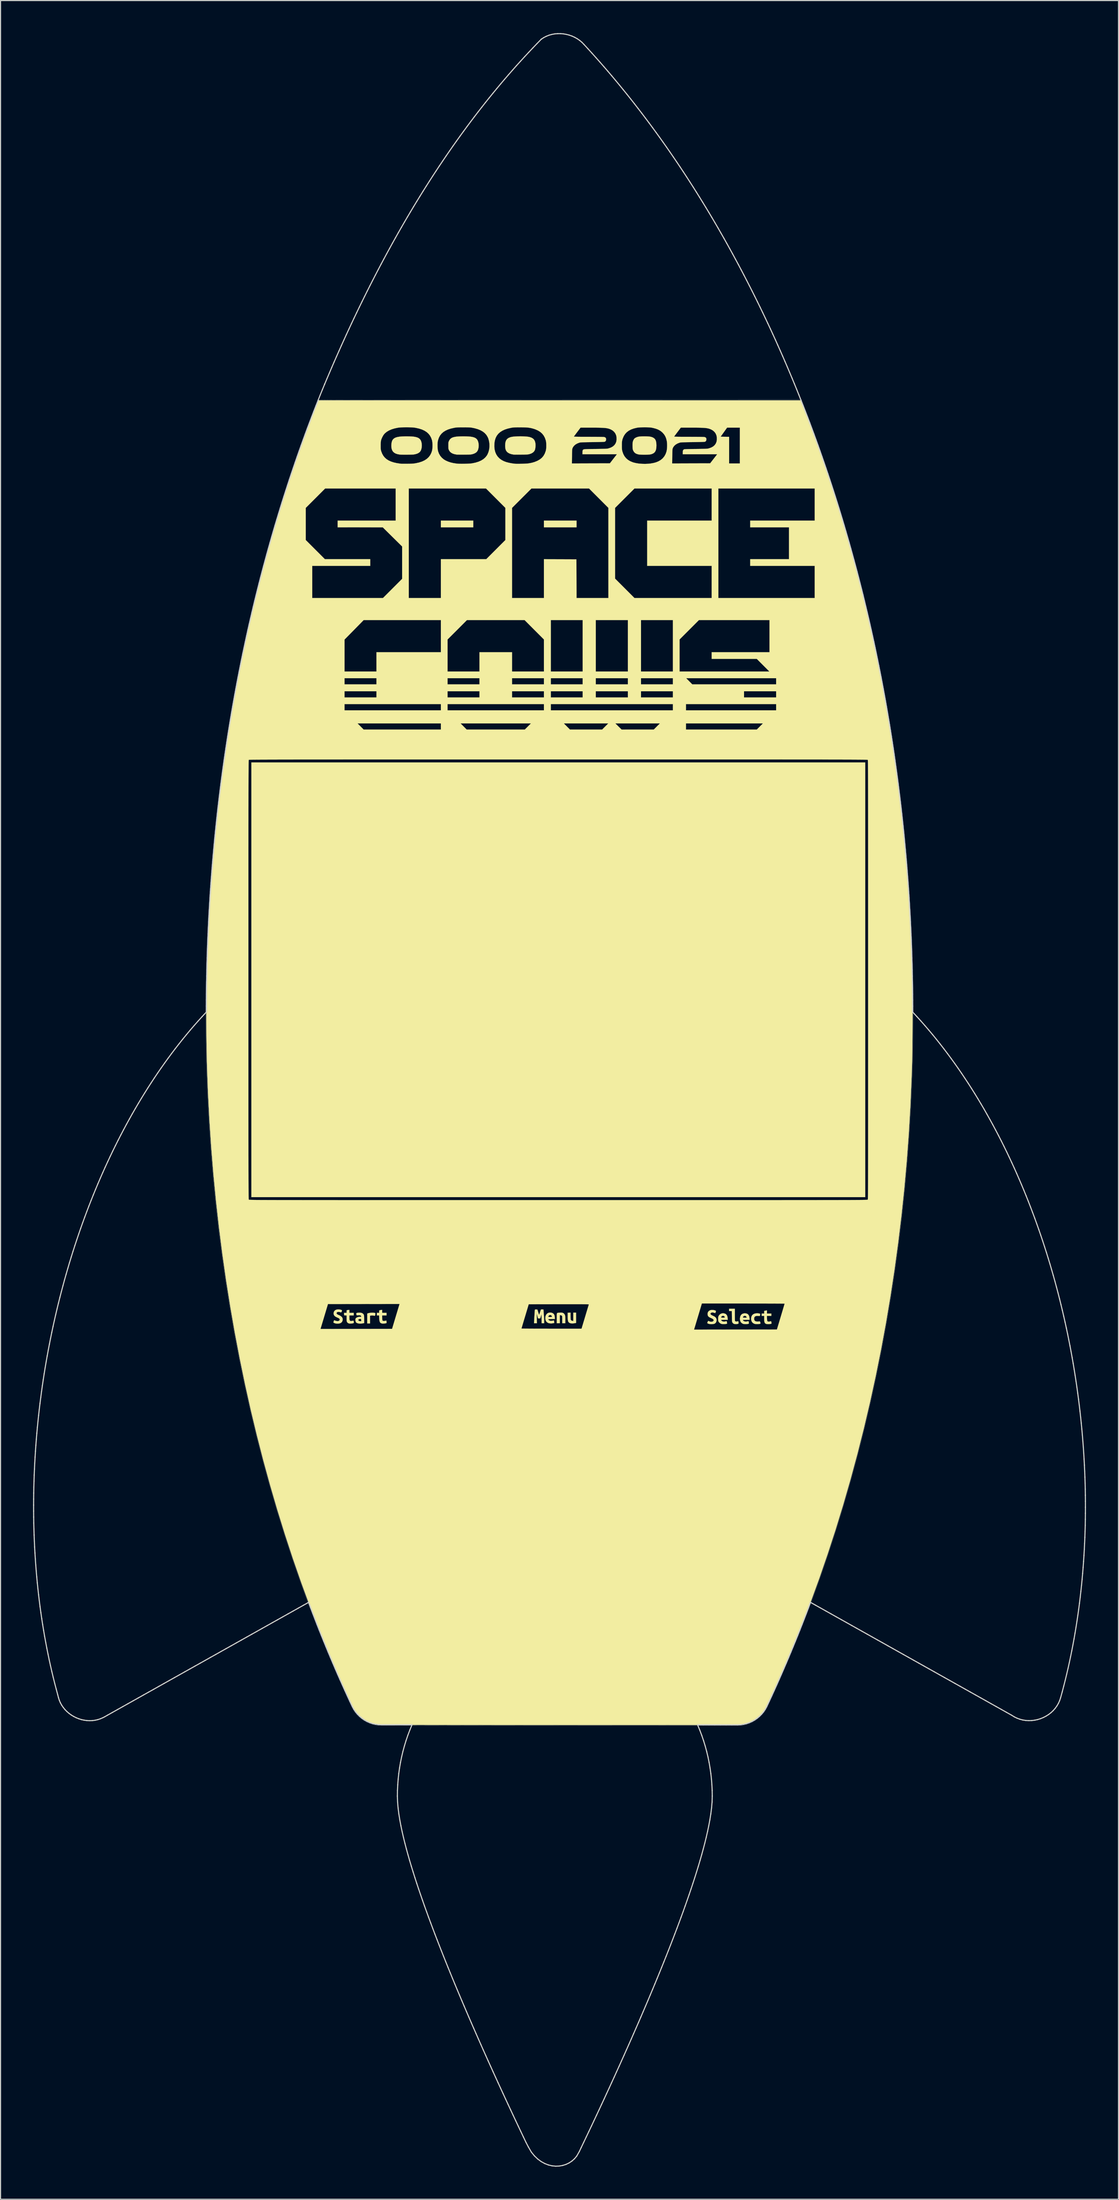
<source format=kicad_pcb>
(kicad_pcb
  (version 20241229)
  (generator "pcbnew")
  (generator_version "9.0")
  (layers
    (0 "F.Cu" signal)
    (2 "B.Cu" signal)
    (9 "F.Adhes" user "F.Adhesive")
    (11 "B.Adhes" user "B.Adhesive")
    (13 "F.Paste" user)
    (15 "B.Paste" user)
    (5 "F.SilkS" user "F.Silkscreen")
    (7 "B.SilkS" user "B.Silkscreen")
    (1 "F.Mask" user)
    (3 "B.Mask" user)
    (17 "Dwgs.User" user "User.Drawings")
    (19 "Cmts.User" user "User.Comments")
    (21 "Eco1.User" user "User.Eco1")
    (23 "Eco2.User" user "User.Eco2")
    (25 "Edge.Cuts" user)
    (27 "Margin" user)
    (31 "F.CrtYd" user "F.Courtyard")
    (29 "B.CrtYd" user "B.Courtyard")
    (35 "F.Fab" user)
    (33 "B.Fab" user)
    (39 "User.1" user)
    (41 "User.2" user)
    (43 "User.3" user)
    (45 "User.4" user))
  (footprint "Rocket"
    (layer "F.Cu")
    (at 48.63 98.258)
    (property "Reference" "Rocket" (at 0 0 0) (layer "F.SilkS") (effects (font (size 1.27 1.27) (thickness 0.15))))
    (attr through_hole)
    (fp_poly (pts (xy 12.785 57.949) (xy 13.083 58.728) (xy 13.339 59.513) (xy 13.554 60.305) (xy 13.727 61.105) (xy 13.79 61.455) (xy 13.899 62.195) (xy 13.974 62.912) (xy 14.017 63.606) (xy 14.025 64.276) (xy 14.001 64.921) (xy 13.949 65.498) (xy 13.876 66.035) (xy 13.78 66.608) (xy 13.661 67.217) (xy 13.52 67.861) (xy 13.355 68.54) (xy 13.168 69.255) (xy 12.958 70.005) (xy 12.726 70.79) (xy 12.471 71.61) (xy 12.193 72.465) (xy 11.892 73.355) (xy 11.569 74.28) (xy 11.223 75.24) (xy 10.855 76.235) (xy 10.464 77.264) (xy 10.051 78.328) (xy 9.615 79.426) (xy 9.156 80.559) (xy 8.675 81.726) (xy 8.172 82.928) (xy 8.05 83.217) (xy 7.707 84.021) (xy 7.346 84.857) (xy 6.969 85.722) (xy 6.578 86.611) (xy 6.176 87.518) (xy 5.763 88.44) (xy 5.343 89.372) (xy 4.917 90.31) (xy 4.488 91.248) (xy 4.057 92.182) (xy 3.626 93.109) (xy 3.198 94.022) (xy 2.775 94.918) (xy 2.446 95.61) (xy 2.373 95.764) (xy 2.302 95.917) (xy 2.236 96.062) (xy 2.179 96.19) (xy 2.134 96.295) (xy 2.104 96.369) (xy 2.102 96.372) (xy 2.06 96.477) (xy 2.006 96.602) (xy 1.947 96.727) (xy 1.909 96.806) (xy 1.725 97.129) (xy 1.523 97.417) (xy 1.302 97.67) (xy 1.064 97.886) (xy 0.809 98.065) (xy 0.54 98.206) (xy 0.256 98.308) (xy -0.04 98.371) (xy -0.286 98.393) (xy -0.39 98.395) (xy -0.484 98.396) (xy -0.555 98.395) (xy -0.593 98.392) (xy -0.64 98.384) (xy -0.714 98.372) (xy -0.794 98.359) (xy -1.075 98.293) (xy -1.355 98.188) (xy -1.63 98.046) (xy -1.898 97.871) (xy -2.153 97.666) (xy -2.393 97.433) (xy -2.613 97.175) (xy -2.811 96.896) (xy -2.983 96.598) (xy -3.006 96.552) (xy -3.033 96.496) (xy -3.077 96.405) (xy -3.137 96.28) (xy -3.211 96.123) (xy -3.298 95.938) (xy -3.398 95.727) (xy -3.51 95.491) (xy -3.631 95.234) (xy -3.761 94.958) (xy -3.899 94.665) (xy -4.044 94.357) (xy -4.194 94.038) (xy -4.281 93.853) (xy -4.913 92.501) (xy -5.527 91.173) (xy -6.124 89.869) (xy -6.703 88.588) (xy -7.265 87.333) (xy -7.808 86.102) (xy -8.333 84.897) (xy -8.84 83.719) (xy -9.328 82.566) (xy -9.797 81.441) (xy -10.247 80.343) (xy -10.679 79.274) (xy -11.091 78.232) (xy -11.483 77.22) (xy -11.856 76.236) (xy -12.209 75.283) (xy -12.542 74.36) (xy -12.855 73.468) (xy -13.147 72.606) (xy -13.419 71.777) (xy -13.671 70.979) (xy -13.901 70.215) (xy -14.11 69.483) (xy -14.298 68.785) (xy -14.465 68.12) (xy -14.61 67.491) (xy -14.733 66.896) (xy -14.834 66.336) (xy -14.868 66.124) (xy -14.91 65.84) (xy -14.944 65.587) (xy -14.971 65.353) (xy -14.991 65.127) (xy -15.005 64.899) (xy -15.016 64.657) (xy -15.022 64.392) (xy -15.022 64.372) (xy -15.015 63.562) (xy -14.967 62.751) (xy -14.876 61.942) (xy -14.745 61.137) (xy -14.573 60.337) (xy -14.361 59.546) (xy -14.109 58.764) (xy -13.817 57.995) (xy -13.785 57.917) (xy -13.687 57.679) (xy 12.674 57.679) (xy 12.785 57.949)) (stroke (width 0.01) (type solid)) (fill yes) (layer "F.Mask"))
    (fp_poly (pts (xy -8.022 -52.705) (xy -11.007 -52.705) (xy -11.007 -53.319) (xy -8.022 -53.319) (xy -8.022 -52.705)) (stroke (width 0.01) (type solid)) (fill yes) (layer "F.SilkS"))
    (fp_poly (pts (xy 1.503 -52.705) (xy -1.503 -52.705) (xy -1.503 -53.319) (xy 1.503 -53.319) (xy 1.503 -52.705)) (stroke (width 0.01) (type solid)) (fill yes) (layer "F.SilkS"))
    (fp_poly (pts (xy 28.131 9.038) (xy -28.49 9.038) (xy -28.49 -31.03) (xy 28.131 -31.03) (xy 28.131 9.038)) (stroke (width 0.01) (type solid)) (fill yes) (layer "F.SilkS"))
    (fp_poly (pts (xy -17.262 19.693) (xy -17.247 19.694) (xy -17.151 19.704) (xy -17.09 19.716) (xy -17.059 19.737) (xy -17.05 19.771) (xy -17.056 19.826) (xy -17.063 19.861) (xy -17.079 19.928) (xy -17.094 19.963) (xy -17.114 19.973) (xy -17.132 19.972) (xy -17.249 19.952) (xy -17.343 19.945) (xy -17.431 19.95) (xy -17.441 19.951) (xy -17.547 19.966) (xy -17.547 20.68) (xy -17.801 20.68) (xy -17.801 19.769) (xy -17.747 19.748) (xy -17.646 19.72) (xy -17.521 19.701) (xy -17.387 19.691) (xy -17.262 19.693)) (stroke (width 0.01) (type solid)) (fill yes) (layer "F.SilkS"))
    (fp_poly (pts (xy 0.953 19.986) (xy 0.954 20.098) (xy 0.956 20.199) (xy 0.96 20.279) (xy 0.965 20.329) (xy 0.966 20.337) (xy 0.998 20.385) (xy 1.058 20.425) (xy 1.13 20.446) (xy 1.153 20.447) (xy 1.206 20.447) (xy 1.206 19.685) (xy 1.46 19.685) (xy 1.46 20.632) (xy 1.341 20.656) (xy 1.224 20.673) (xy 1.105 20.678) (xy 0.998 20.672) (xy 0.916 20.656) (xy 0.9 20.65) (xy 0.832 20.614) (xy 0.781 20.571) (xy 0.743 20.514) (xy 0.717 20.439) (xy 0.7 20.338) (xy 0.692 20.207) (xy 0.689 20.04) (xy 0.689 20.034) (xy 0.688 19.696) (xy 0.82 19.689) (xy 0.953 19.683) (xy 0.953 19.986)) (stroke (width 0.01) (type solid)) (fill yes) (layer "F.SilkS"))
    (fp_poly (pts (xy 0.192 19.692) (xy 0.287 19.727) (xy 0.36 19.788) (xy 0.418 19.876) (xy 0.436 19.914) (xy 0.449 19.953) (xy 0.457 20.001) (xy 0.462 20.064) (xy 0.465 20.152) (xy 0.466 20.272) (xy 0.466 20.314) (xy 0.466 20.659) (xy 0.191 20.659) (xy 0.19 20.336) (xy 0.189 20.222) (xy 0.186 20.123) (xy 0.182 20.046) (xy 0.177 19.999) (xy 0.174 19.99) (xy 0.13 19.952) (xy 0.064 19.925) (xy 0.012 19.918) (xy -0.042 19.918) (xy -0.042 20.659) (xy -0.318 20.659) (xy -0.318 20.194) (xy -0.318 20.039) (xy -0.318 19.921) (xy -0.315 19.835) (xy -0.306 19.775) (xy -0.289 19.737) (xy -0.262 19.714) (xy -0.222 19.702) (xy -0.166 19.695) (xy -0.093 19.689) (xy -0.083 19.688) (xy 0.071 19.679) (xy 0.192 19.692)) (stroke (width 0.01) (type solid)) (fill yes) (layer "F.SilkS"))
    (fp_poly (pts (xy 19.071 19.77) (xy 19.473 19.77) (xy 19.473 19.981) (xy 19.066 19.981) (xy 19.074 20.211) (xy 19.082 20.34) (xy 19.094 20.428) (xy 19.11 20.474) (xy 19.111 20.476) (xy 19.153 20.499) (xy 19.221 20.51) (xy 19.3 20.507) (xy 19.375 20.49) (xy 19.38 20.489) (xy 19.425 20.477) (xy 19.453 20.488) (xy 19.47 20.528) (xy 19.482 20.597) (xy 19.496 20.694) (xy 19.413 20.719) (xy 19.322 20.737) (xy 19.217 20.744) (xy 19.111 20.741) (xy 19.019 20.727) (xy 18.954 20.704) (xy 18.953 20.703) (xy 18.901 20.664) (xy 18.864 20.614) (xy 18.839 20.547) (xy 18.824 20.455) (xy 18.818 20.331) (xy 18.817 20.248) (xy 18.817 19.981) (xy 18.584 19.981) (xy 18.584 19.77) (xy 18.817 19.77) (xy 18.817 19.522) (xy 18.944 19.501) (xy 19.071 19.481) (xy 19.071 19.77)) (stroke (width 0.01) (type solid)) (fill yes) (layer "F.SilkS"))
    (fp_poly (pts (xy 16.108 19.86) (xy 16.109 20.008) (xy 16.11 20.145) (xy 16.112 20.263) (xy 16.115 20.356) (xy 16.118 20.418) (xy 16.121 20.441) (xy 16.151 20.48) (xy 16.21 20.502) (xy 16.283 20.505) (xy 16.344 20.491) (xy 16.391 20.478) (xy 16.417 20.475) (xy 16.418 20.475) (xy 16.426 20.498) (xy 16.437 20.549) (xy 16.444 20.583) (xy 16.454 20.644) (xy 16.451 20.677) (xy 16.428 20.697) (xy 16.392 20.714) (xy 16.304 20.736) (xy 16.198 20.743) (xy 16.094 20.733) (xy 16.009 20.709) (xy 16.003 20.706) (xy 15.942 20.662) (xy 15.891 20.603) (xy 15.886 20.595) (xy 15.872 20.568) (xy 15.862 20.537) (xy 15.854 20.496) (xy 15.848 20.44) (xy 15.843 20.362) (xy 15.84 20.256) (xy 15.838 20.117) (xy 15.836 20.029) (xy 15.829 19.537) (xy 15.579 19.537) (xy 15.579 19.325) (xy 16.108 19.325) (xy 16.108 19.86)) (stroke (width 0.01) (type solid)) (fill yes) (layer "F.SilkS"))
    (fp_poly (pts (xy -16.425 19.706) (xy -16.023 19.706) (xy -16.023 19.939) (xy -16.425 19.939) (xy -16.425 20.139) (xy -16.423 20.232) (xy -16.418 20.315) (xy -16.41 20.374) (xy -16.406 20.39) (xy -16.367 20.436) (xy -16.297 20.456) (xy -16.199 20.449) (xy -16.152 20.439) (xy -16.045 20.411) (xy -16.034 20.477) (xy -16.021 20.56) (xy -16.018 20.611) (xy -16.028 20.639) (xy -16.052 20.654) (xy -16.069 20.66) (xy -16.136 20.673) (xy -16.224 20.683) (xy -16.314 20.69) (xy -16.391 20.69) (xy -16.425 20.687) (xy -16.511 20.665) (xy -16.577 20.631) (xy -16.624 20.578) (xy -16.657 20.502) (xy -16.679 20.396) (xy -16.692 20.256) (xy -16.695 20.202) (xy -16.707 19.939) (xy -16.912 19.939) (xy -16.912 19.706) (xy -16.701 19.706) (xy -16.701 19.591) (xy -16.699 19.529) (xy -16.69 19.491) (xy -16.665 19.468) (xy -16.614 19.454) (xy -16.531 19.441) (xy -16.526 19.44) (xy -16.425 19.426) (xy -16.425 19.706)) (stroke (width 0.01) (type solid)) (fill yes) (layer "F.SilkS"))
    (fp_poly (pts (xy -19.452 19.706) (xy -19.05 19.706) (xy -19.05 19.939) (xy -19.452 19.939) (xy -19.452 20.126) (xy -19.448 20.261) (xy -19.433 20.357) (xy -19.403 20.42) (xy -19.356 20.452) (xy -19.288 20.459) (xy -19.196 20.443) (xy -19.178 20.439) (xy -19.117 20.425) (xy -19.08 20.426) (xy -19.06 20.45) (xy -19.05 20.504) (xy -19.045 20.572) (xy -19.046 20.623) (xy -19.066 20.649) (xy -19.096 20.66) (xy -19.163 20.673) (xy -19.25 20.683) (xy -19.341 20.69) (xy -19.417 20.69) (xy -19.452 20.687) (xy -19.55 20.66) (xy -19.618 20.613) (xy -19.661 20.554) (xy -19.68 20.515) (xy -19.693 20.472) (xy -19.701 20.417) (xy -19.705 20.34) (xy -19.706 20.232) (xy -19.706 20.207) (xy -19.706 19.941) (xy -19.817 19.935) (xy -19.928 19.928) (xy -19.941 19.706) (xy -19.706 19.706) (xy -19.706 19.591) (xy -19.703 19.526) (xy -19.697 19.48) (xy -19.69 19.466) (xy -19.662 19.458) (xy -19.606 19.448) (xy -19.563 19.442) (xy -19.452 19.427) (xy -19.452 19.706)) (stroke (width 0.01) (type solid)) (fill yes) (layer "F.SilkS"))
    (fp_poly (pts (xy 18.259 19.749) (xy 18.348 19.762) (xy 18.413 19.781) (xy 18.447 19.805) (xy 18.449 19.823) (xy 18.438 19.862) (xy 18.426 19.92) (xy 18.425 19.925) (xy 18.411 19.999) (xy 18.255 19.987) (xy 18.118 19.987) (xy 18.014 20.012) (xy 17.942 20.062) (xy 17.9 20.139) (xy 17.886 20.244) (xy 17.886 20.246) (xy 17.9 20.35) (xy 17.942 20.427) (xy 18.014 20.478) (xy 18.119 20.503) (xy 18.257 20.505) (xy 18.281 20.503) (xy 18.359 20.496) (xy 18.406 20.496) (xy 18.433 20.512) (xy 18.448 20.55) (xy 18.462 20.618) (xy 18.468 20.647) (xy 18.47 20.683) (xy 18.449 20.704) (xy 18.399 20.721) (xy 18.331 20.733) (xy 18.239 20.739) (xy 18.137 20.741) (xy 18.042 20.737) (xy 17.967 20.728) (xy 17.949 20.724) (xy 17.816 20.666) (xy 17.717 20.582) (xy 17.65 20.473) (xy 17.616 20.337) (xy 17.611 20.246) (xy 17.628 20.093) (xy 17.677 19.967) (xy 17.759 19.868) (xy 17.871 19.797) (xy 18.012 19.756) (xy 18.151 19.745) (xy 18.259 19.749)) (stroke (width 0.01) (type solid)) (fill yes) (layer "F.SilkS"))
    (fp_poly (pts (xy -1.537 19.553) (xy -1.517 19.8) (xy -1.501 20.024) (xy -1.49 20.219) (xy -1.484 20.381) (xy -1.482 20.463) (xy -1.482 20.659) (xy -1.714 20.659) (xy -1.716 20.23) (xy -1.718 20.082) (xy -1.72 19.969) (xy -1.725 19.892) (xy -1.73 19.854) (xy -1.736 19.854) (xy -1.751 19.901) (xy -1.774 19.973) (xy -1.798 20.055) (xy -1.8 20.061) (xy -1.846 20.214) (xy -2.046 20.214) (xy -2.174 19.759) (xy -2.164 20.209) (xy -2.153 20.659) (xy -2.417 20.659) (xy -2.403 20.421) (xy -2.39 20.175) (xy -2.378 19.968) (xy -2.367 19.799) (xy -2.358 19.663) (xy -2.351 19.559) (xy -2.344 19.484) (xy -2.338 19.435) (xy -2.332 19.408) (xy -2.329 19.403) (xy -2.3 19.394) (xy -2.245 19.391) (xy -2.212 19.393) (xy -2.111 19.399) (xy -2.044 19.612) (xy -2.014 19.704) (xy -1.988 19.785) (xy -1.968 19.844) (xy -1.96 19.866) (xy -1.95 19.874) (xy -1.935 19.854) (xy -1.913 19.803) (xy -1.882 19.716) (xy -1.86 19.648) (xy -1.777 19.389) (xy -1.551 19.389) (xy -1.537 19.553)) (stroke (width 0.01) (type solid)) (fill yes) (layer "F.SilkS"))
    (fp_poly (pts (xy -13.913 -61.084) (xy -13.682 -61.073) (xy -13.486 -61.054) (xy -13.322 -61.024) (xy -13.187 -60.984) (xy -13.075 -60.933) (xy -12.986 -60.868) (xy -12.914 -60.791) (xy -12.863 -60.712) (xy -12.811 -60.578) (xy -12.779 -60.42) (xy -12.769 -60.248) (xy -12.779 -60.075) (xy -12.811 -59.912) (xy -12.86 -59.78) (xy -12.941 -59.661) (xy -13.057 -59.565) (xy -13.208 -59.49) (xy -13.396 -59.437) (xy -13.525 -59.416) (xy -13.588 -59.41) (xy -13.684 -59.406) (xy -13.807 -59.403) (xy -13.949 -59.4) (xy -14.102 -59.399) (xy -14.257 -59.398) (xy -14.408 -59.398) (xy -14.547 -59.4) (xy -14.664 -59.402) (xy -14.753 -59.406) (xy -14.796 -59.409) (xy -15.007 -59.446) (xy -15.183 -59.504) (xy -15.324 -59.585) (xy -15.433 -59.69) (xy -15.51 -59.82) (xy -15.555 -59.961) (xy -15.575 -60.105) (xy -15.579 -60.262) (xy -15.568 -60.419) (xy -15.543 -60.563) (xy -15.505 -60.682) (xy -15.493 -60.706) (xy -15.435 -60.798) (xy -15.359 -60.875) (xy -15.263 -60.939) (xy -15.143 -60.99) (xy -14.996 -61.03) (xy -14.819 -61.058) (xy -14.609 -61.077) (xy -14.363 -61.086) (xy -14.182 -61.088) (xy -13.913 -61.084)) (stroke (width 0.01) (type solid)) (fill yes) (layer "F.SilkS"))
    (fp_poly (pts (xy -3.471 -61.088) (xy -3.275 -61.079) (xy -3.095 -61.066) (xy -2.94 -61.047) (xy -2.826 -61.024) (xy -2.654 -60.966) (xy -2.518 -60.886) (xy -2.415 -60.783) (xy -2.342 -60.653) (xy -2.298 -60.494) (xy -2.287 -60.42) (xy -2.279 -60.286) (xy -2.283 -60.143) (xy -2.297 -60.005) (xy -2.321 -59.885) (xy -2.347 -59.808) (xy -2.423 -59.688) (xy -2.536 -59.586) (xy -2.685 -59.504) (xy -2.862 -59.444) (xy -2.913 -59.433) (xy -2.976 -59.424) (xy -3.057 -59.418) (xy -3.16 -59.412) (xy -3.291 -59.408) (xy -3.455 -59.406) (xy -3.609 -59.404) (xy -3.77 -59.403) (xy -3.92 -59.402) (xy -4.054 -59.403) (xy -4.164 -59.404) (xy -4.246 -59.405) (xy -4.293 -59.407) (xy -4.297 -59.408) (xy -4.511 -59.448) (xy -4.69 -59.51) (xy -4.834 -59.593) (xy -4.926 -59.678) (xy -4.991 -59.768) (xy -5.037 -59.872) (xy -5.065 -59.997) (xy -5.078 -60.151) (xy -5.08 -60.243) (xy -5.07 -60.442) (xy -5.037 -60.606) (xy -4.979 -60.741) (xy -4.893 -60.848) (xy -4.778 -60.933) (xy -4.631 -60.997) (xy -4.538 -61.025) (xy -4.416 -61.048) (xy -4.261 -61.067) (xy -4.08 -61.08) (xy -3.883 -61.088) (xy -3.677 -61.09) (xy -3.471 -61.088)) (stroke (width 0.01) (type solid)) (fill yes) (layer "F.SilkS"))
    (fp_poly (pts (xy 7.964 -61.086) (xy 8.125 -61.079) (xy 8.257 -61.065) (xy 8.369 -61.044) (xy 8.467 -61.014) (xy 8.543 -60.983) (xy 8.653 -60.917) (xy 8.739 -60.833) (xy 8.802 -60.725) (xy 8.844 -60.59) (xy 8.867 -60.423) (xy 8.874 -60.251) (xy 8.865 -60.043) (xy 8.836 -59.87) (xy 8.784 -59.729) (xy 8.708 -59.617) (xy 8.605 -59.531) (xy 8.473 -59.467) (xy 8.324 -59.425) (xy 8.242 -59.413) (xy 8.127 -59.404) (xy 7.989 -59.398) (xy 7.837 -59.395) (xy 7.681 -59.395) (xy 7.53 -59.399) (xy 7.393 -59.405) (xy 7.281 -59.414) (xy 7.205 -59.425) (xy 7.046 -59.472) (xy 6.92 -59.54) (xy 6.822 -59.631) (xy 6.745 -59.752) (xy 6.734 -59.775) (xy 6.711 -59.829) (xy 6.695 -59.882) (xy 6.684 -59.945) (xy 6.677 -60.026) (xy 6.672 -60.138) (xy 6.671 -60.168) (xy 6.67 -60.338) (xy 6.677 -60.475) (xy 6.696 -60.589) (xy 6.726 -60.686) (xy 6.771 -60.777) (xy 6.78 -60.793) (xy 6.825 -60.861) (xy 6.875 -60.91) (xy 6.943 -60.953) (xy 6.985 -60.975) (xy 7.072 -61.014) (xy 7.164 -61.043) (xy 7.268 -61.064) (xy 7.392 -61.078) (xy 7.543 -61.086) (xy 7.727 -61.089) (xy 7.768 -61.089) (xy 7.964 -61.086)) (stroke (width 0.01) (type solid)) (fill yes) (layer "F.SilkS"))
    (fp_poly (pts (xy -0.834 19.684) (xy -0.71 19.722) (xy -0.616 19.787) (xy -0.551 19.881) (xy -0.513 20.006) (xy -0.502 20.121) (xy -0.497 20.267) (xy -0.799 20.273) (xy -0.93 20.277) (xy -1.022 20.283) (xy -1.078 20.293) (xy -1.102 20.309) (xy -1.098 20.332) (xy -1.067 20.364) (xy -1.046 20.381) (xy -0.959 20.427) (xy -0.851 20.442) (xy -0.717 20.427) (xy -0.717 20.427) (xy -0.649 20.415) (xy -0.6 20.408) (xy -0.582 20.408) (xy -0.576 20.432) (xy -0.568 20.483) (xy -0.562 20.523) (xy -0.547 20.632) (xy -0.643 20.656) (xy -0.765 20.675) (xy -0.901 20.676) (xy -1.028 20.661) (xy -1.077 20.648) (xy -1.195 20.591) (xy -1.284 20.504) (xy -1.344 20.388) (xy -1.373 20.244) (xy -1.375 20.181) (xy -1.361 20.05) (xy -1.1 20.05) (xy -1.095 20.069) (xy -1.075 20.08) (xy -1.03 20.085) (xy -0.953 20.087) (xy -0.931 20.087) (xy -0.846 20.086) (xy -0.795 20.082) (xy -0.77 20.072) (xy -0.762 20.055) (xy -0.762 20.05) (xy -0.781 19.987) (xy -0.83 19.934) (xy -0.888 19.908) (xy -0.961 19.909) (xy -1.029 19.938) (xy -1.08 19.988) (xy -1.1 20.05) (xy -1.1 20.05) (xy -1.361 20.05) (xy -1.359 20.029) (xy -1.311 19.899) (xy -1.236 19.796) (xy -1.137 19.722) (xy -1.017 19.682) (xy -0.88 19.677) (xy -0.834 19.684)) (stroke (width 0.01) (type solid)) (fill yes) (layer "F.SilkS"))
    (fp_poly (pts (xy 17.179 19.763) (xy 17.289 19.813) (xy 17.371 19.896) (xy 17.427 20.012) (xy 17.456 20.16) (xy 17.458 20.186) (xy 17.468 20.341) (xy 17.158 20.341) (xy 17.049 20.342) (xy 16.957 20.344) (xy 16.889 20.347) (xy 16.853 20.351) (xy 16.849 20.353) (xy 16.858 20.379) (xy 16.87 20.406) (xy 16.922 20.46) (xy 17.003 20.495) (xy 17.106 20.509) (xy 17.22 20.501) (xy 17.279 20.488) (xy 17.333 20.475) (xy 17.366 20.473) (xy 17.37 20.474) (xy 17.377 20.499) (xy 17.387 20.552) (xy 17.392 20.591) (xy 17.404 20.697) (xy 17.322 20.72) (xy 17.233 20.736) (xy 17.124 20.741) (xy 17.011 20.738) (xy 16.911 20.725) (xy 16.862 20.712) (xy 16.746 20.65) (xy 16.659 20.559) (xy 16.602 20.44) (xy 16.577 20.298) (xy 16.578 20.209) (xy 16.593 20.117) (xy 16.848 20.117) (xy 16.868 20.137) (xy 16.922 20.148) (xy 17.015 20.151) (xy 17.03 20.151) (xy 17.117 20.15) (xy 17.17 20.147) (xy 17.196 20.14) (xy 17.202 20.126) (xy 17.197 20.103) (xy 17.157 20.03) (xy 17.096 19.985) (xy 17.023 19.971) (xy 16.951 19.989) (xy 16.899 20.031) (xy 16.86 20.082) (xy 16.848 20.117) (xy 16.593 20.117) (xy 16.604 20.055) (xy 16.659 19.93) (xy 16.742 19.837) (xy 16.852 19.776) (xy 16.988 19.748) (xy 17.043 19.746) (xy 17.179 19.763)) (stroke (width 0.01) (type solid)) (fill yes) (layer "F.SilkS"))
    (fp_poly (pts (xy -8.679 -61.085) (xy -8.446 -61.074) (xy -8.249 -61.055) (xy -8.083 -61.026) (xy -7.946 -60.987) (xy -7.834 -60.937) (xy -7.744 -60.874) (xy -7.672 -60.797) (xy -7.616 -60.707) (xy -7.615 -60.705) (xy -7.561 -60.562) (xy -7.53 -60.395) (xy -7.522 -60.217) (xy -7.536 -60.041) (xy -7.573 -59.879) (xy -7.615 -59.775) (xy -7.693 -59.662) (xy -7.804 -59.569) (xy -7.949 -59.496) (xy -8.07 -59.455) (xy -8.124 -59.441) (xy -8.175 -59.43) (xy -8.229 -59.421) (xy -8.293 -59.415) (xy -8.372 -59.41) (xy -8.472 -59.407) (xy -8.599 -59.405) (xy -8.76 -59.403) (xy -8.858 -59.402) (xy -9.019 -59.402) (xy -9.169 -59.402) (xy -9.303 -59.402) (xy -9.414 -59.403) (xy -9.495 -59.405) (xy -9.542 -59.407) (xy -9.546 -59.408) (xy -9.756 -59.446) (xy -9.93 -59.505) (xy -10.071 -59.584) (xy -10.181 -59.686) (xy -10.262 -59.811) (xy -10.27 -59.828) (xy -10.289 -59.874) (xy -10.303 -59.919) (xy -10.312 -59.974) (xy -10.316 -60.045) (xy -10.318 -60.143) (xy -10.319 -60.241) (xy -10.318 -60.361) (xy -10.317 -60.449) (xy -10.312 -60.513) (xy -10.303 -60.562) (xy -10.287 -60.608) (xy -10.265 -60.658) (xy -10.249 -60.69) (xy -10.193 -60.785) (xy -10.123 -60.864) (xy -10.036 -60.929) (xy -9.929 -60.982) (xy -9.797 -61.022) (xy -9.637 -61.052) (xy -9.447 -61.072) (xy -9.221 -61.084) (xy -8.958 -61.088) (xy -8.95 -61.088) (xy -8.679 -61.085)) (stroke (width 0.01) (type solid)) (fill yes) (layer "F.SilkS"))
    (fp_poly (pts (xy 14.215 19.463) (xy 14.295 19.488) (xy 14.341 19.51) (xy 14.359 19.537) (xy 14.355 19.578) (xy 14.339 19.628) (xy 14.318 19.685) (xy 14.303 19.721) (xy 14.299 19.727) (xy 14.277 19.721) (xy 14.229 19.705) (xy 14.203 19.696) (xy 14.091 19.668) (xy 13.994 19.668) (xy 13.918 19.694) (xy 13.869 19.743) (xy 13.857 19.772) (xy 13.865 19.824) (xy 13.913 19.879) (xy 13.999 19.935) (xy 14.115 19.988) (xy 14.249 20.056) (xy 14.344 20.14) (xy 14.403 20.24) (xy 14.413 20.271) (xy 14.426 20.385) (xy 14.406 20.497) (xy 14.358 20.598) (xy 14.285 20.674) (xy 14.264 20.688) (xy 14.19 20.717) (xy 14.087 20.737) (xy 13.969 20.746) (xy 13.85 20.742) (xy 13.829 20.74) (xy 13.739 20.724) (xy 13.659 20.701) (xy 13.599 20.673) (xy 13.57 20.645) (xy 13.568 20.637) (xy 13.576 20.599) (xy 13.596 20.546) (xy 13.621 20.494) (xy 13.644 20.456) (xy 13.656 20.447) (xy 13.687 20.456) (xy 13.733 20.477) (xy 13.826 20.511) (xy 13.923 20.524) (xy 14.014 20.516) (xy 14.089 20.49) (xy 14.139 20.446) (xy 14.151 20.416) (xy 14.152 20.354) (xy 14.117 20.298) (xy 14.044 20.245) (xy 13.956 20.202) (xy 13.826 20.144) (xy 13.732 20.09) (xy 13.667 20.036) (xy 13.626 19.975) (xy 13.603 19.902) (xy 13.596 19.858) (xy 13.598 19.73) (xy 13.637 19.622) (xy 13.706 19.539) (xy 13.815 19.471) (xy 13.945 19.436) (xy 14.089 19.436) (xy 14.215 19.463)) (stroke (width 0.01) (type solid)) (fill yes) (layer "F.SilkS"))
    (fp_poly (pts (xy -20.393 19.39) (xy -20.304 19.404) (xy -20.225 19.425) (xy -20.164 19.449) (xy -20.132 19.474) (xy -20.13 19.483) (xy -20.137 19.519) (xy -20.156 19.574) (xy -20.162 19.589) (xy -20.188 19.64) (xy -20.212 19.658) (xy -20.242 19.654) (xy -20.373 19.623) (xy -20.481 19.616) (xy -20.564 19.633) (xy -20.617 19.672) (xy -20.637 19.734) (xy -20.637 19.74) (xy -20.62 19.791) (xy -20.565 19.841) (xy -20.472 19.891) (xy -20.402 19.919) (xy -20.286 19.975) (xy -20.188 20.048) (xy -20.116 20.129) (xy -20.078 20.212) (xy -20.076 20.22) (xy -20.069 20.353) (xy -20.097 20.471) (xy -20.159 20.567) (xy -20.252 20.639) (xy -20.326 20.669) (xy -20.455 20.694) (xy -20.594 20.697) (xy -20.722 20.68) (xy -20.754 20.672) (xy -20.82 20.648) (xy -20.876 20.624) (xy -20.885 20.62) (xy -20.912 20.603) (xy -20.921 20.582) (xy -20.914 20.544) (xy -20.898 20.495) (xy -20.878 20.436) (xy -20.863 20.397) (xy -20.859 20.388) (xy -20.839 20.392) (xy -20.791 20.408) (xy -20.745 20.425) (xy -20.628 20.459) (xy -20.524 20.468) (xy -20.439 20.452) (xy -20.377 20.413) (xy -20.345 20.353) (xy -20.341 20.321) (xy -20.351 20.274) (xy -20.385 20.231) (xy -20.448 20.188) (xy -20.544 20.142) (xy -20.601 20.118) (xy -20.737 20.049) (xy -20.833 19.966) (xy -20.889 19.868) (xy -20.907 19.754) (xy -20.899 19.682) (xy -20.859 19.569) (xy -20.786 19.481) (xy -20.684 19.421) (xy -20.554 19.389) (xy -20.481 19.385) (xy -20.393 19.39)) (stroke (width 0.01) (type solid)) (fill yes) (layer "F.SilkS"))
    (fp_poly (pts (xy -18.365 19.699) (xy -18.25 19.741) (xy -18.165 19.812) (xy -18.138 19.85) (xy -18.121 19.882) (xy -18.108 19.916) (xy -18.1 19.959) (xy -18.094 20.018) (xy -18.091 20.102) (xy -18.089 20.217) (xy -18.089 20.288) (xy -18.087 20.648) (xy -18.224 20.672) (xy -18.384 20.693) (xy -18.523 20.692) (xy -18.616 20.68) (xy -18.733 20.65) (xy -18.813 20.605) (xy -18.863 20.538) (xy -18.886 20.444) (xy -18.891 20.366) (xy -18.89 20.351) (xy -18.627 20.351) (xy -18.611 20.413) (xy -18.563 20.452) (xy -18.48 20.468) (xy -18.455 20.468) (xy -18.349 20.468) (xy -18.356 20.368) (xy -18.362 20.306) (xy -18.376 20.274) (xy -18.403 20.262) (xy -18.414 20.26) (xy -18.469 20.261) (xy -18.536 20.274) (xy -18.546 20.276) (xy -18.601 20.299) (xy -18.624 20.327) (xy -18.627 20.351) (xy -18.89 20.351) (xy -18.889 20.29) (xy -18.881 20.242) (xy -18.86 20.207) (xy -18.824 20.172) (xy -18.748 20.125) (xy -18.647 20.09) (xy -18.535 20.071) (xy -18.431 20.073) (xy -18.431 20.073) (xy -18.378 20.078) (xy -18.357 20.07) (xy -18.358 20.043) (xy -18.361 20.027) (xy -18.381 19.974) (xy -18.416 19.941) (xy -18.472 19.924) (xy -18.559 19.921) (xy -18.612 19.923) (xy -18.69 19.926) (xy -18.751 19.925) (xy -18.782 19.921) (xy -18.784 19.92) (xy -18.792 19.893) (xy -18.802 19.84) (xy -18.806 19.819) (xy -18.813 19.763) (xy -18.805 19.734) (xy -18.772 19.717) (xy -18.739 19.708) (xy -18.675 19.696) (xy -18.589 19.688) (xy -18.512 19.685) (xy -18.365 19.699)) (stroke (width 0.01) (type solid)) (fill yes) (layer "F.SilkS"))
    (fp_poly (pts (xy 15.211 19.783) (xy 15.236 19.795) (xy 15.323 19.858) (xy 15.385 19.947) (xy 15.426 20.066) (xy 15.444 20.188) (xy 15.458 20.341) (xy 15.146 20.341) (xy 15.025 20.342) (xy 14.94 20.343) (xy 14.886 20.347) (xy 14.855 20.353) (xy 14.842 20.363) (xy 14.842 20.377) (xy 14.842 20.377) (xy 14.863 20.412) (xy 14.907 20.452) (xy 14.92 20.462) (xy 15.012 20.5) (xy 15.127 20.51) (xy 15.255 20.491) (xy 15.268 20.488) (xy 15.321 20.475) (xy 15.353 20.471) (xy 15.356 20.472) (xy 15.362 20.495) (xy 15.371 20.547) (xy 15.377 20.588) (xy 15.392 20.698) (xy 15.311 20.721) (xy 15.238 20.733) (xy 15.142 20.74) (xy 15.039 20.74) (xy 14.945 20.735) (xy 14.877 20.723) (xy 14.877 20.723) (xy 14.752 20.664) (xy 14.651 20.571) (xy 14.631 20.545) (xy 14.604 20.502) (xy 14.587 20.462) (xy 14.578 20.412) (xy 14.574 20.341) (xy 14.573 20.257) (xy 14.574 20.159) (xy 14.577 20.118) (xy 14.837 20.118) (xy 14.859 20.138) (xy 14.916 20.148) (xy 15.007 20.151) (xy 15.092 20.15) (xy 15.143 20.145) (xy 15.168 20.136) (xy 15.176 20.119) (xy 15.177 20.111) (xy 15.159 20.045) (xy 15.113 19.999) (xy 15.05 19.975) (xy 14.98 19.977) (xy 14.914 20.007) (xy 14.888 20.031) (xy 14.848 20.083) (xy 14.837 20.118) (xy 14.577 20.118) (xy 14.579 20.092) (xy 14.59 20.041) (xy 14.61 19.996) (xy 14.637 19.949) (xy 14.722 19.85) (xy 14.829 19.781) (xy 14.952 19.746) (xy 15.082 19.746) (xy 15.211 19.783)) (stroke (width 0.01) (type solid)) (fill yes) (layer "F.SilkS"))
    (fp_poly (pts (xy 22.467 -63.77) (xy 23.283 -61.626) (xy 24.066 -59.456) (xy 24.816 -57.261) (xy 25.532 -55.043) (xy 26.214 -52.802) (xy 26.863 -50.539) (xy 27.477 -48.255) (xy 28.057 -45.951) (xy 28.602 -43.629) (xy 29.113 -41.288) (xy 29.589 -38.93) (xy 30.03 -36.555) (xy 30.435 -34.165) (xy 30.805 -31.761) (xy 31.14 -29.344) (xy 31.438 -26.914) (xy 31.701 -24.472) (xy 31.927 -22.019) (xy 32.117 -19.557) (xy 32.271 -17.086) (xy 32.387 -14.607) (xy 32.395 -14.404) (xy 32.413 -13.915) (xy 32.43 -13.451) (xy 32.445 -13.007) (xy 32.458 -12.579) (xy 32.469 -12.161) (xy 32.479 -11.751) (xy 32.487 -11.342) (xy 32.494 -10.932) (xy 32.499 -10.514) (xy 32.504 -10.086) (xy 32.507 -9.641) (xy 32.508 -9.177) (xy 32.509 -8.688) (xy 32.509 -8.169) (xy 32.508 -7.617) (xy 32.506 -7.063) (xy 32.504 -6.631) (xy 32.502 -6.237) (xy 32.5 -5.878) (xy 32.498 -5.549) (xy 32.495 -5.245) (xy 32.493 -4.964) (xy 32.49 -4.701) (xy 32.486 -4.451) (xy 32.482 -4.211) (xy 32.478 -3.978) (xy 32.473 -3.745) (xy 32.467 -3.511) (xy 32.46 -3.27) (xy 32.453 -3.019) (xy 32.444 -2.753) (xy 32.435 -2.468) (xy 32.424 -2.161) (xy 32.416 -1.937) (xy 32.308 0.604) (xy 32.161 3.14) (xy 31.974 5.668) (xy 31.75 8.188) (xy 31.487 10.699) (xy 31.185 13.2) (xy 30.846 15.689) (xy 30.469 18.165) (xy 30.054 20.628) (xy 29.602 23.077) (xy 29.112 25.509) (xy 28.585 27.925) (xy 28.021 30.322) (xy 27.42 32.7) (xy 26.782 35.058) (xy 26.754 35.158) (xy 26.092 37.451) (xy 25.396 39.718) (xy 24.666 41.958) (xy 23.904 44.173) (xy 23.107 46.363) (xy 22.278 48.526) (xy 21.415 50.664) (xy 20.518 52.777) (xy 19.588 54.864) (xy 19.505 55.044) (xy 19.394 55.286) (xy 19.299 55.492) (xy 19.217 55.668) (xy 19.147 55.815) (xy 19.087 55.939) (xy 19.036 56.043) (xy 18.99 56.13) (xy 18.95 56.204) (xy 18.912 56.27) (xy 18.874 56.329) (xy 18.842 56.378) (xy 18.629 56.658) (xy 18.387 56.909) (xy 18.117 57.129) (xy 17.824 57.317) (xy 17.51 57.47) (xy 17.178 57.588) (xy 16.83 57.667) (xy 16.817 57.669) (xy 16.802 57.671) (xy 16.779 57.673) (xy 16.748 57.674) (xy 16.707 57.676) (xy 16.657 57.678) (xy 16.596 57.679) (xy 16.523 57.681) (xy 16.438 57.682) (xy 16.339 57.683) (xy 16.226 57.685) (xy 16.098 57.686) (xy 15.954 57.687) (xy 15.793 57.688) (xy 15.614 57.689) (xy 15.417 57.69) (xy 15.201 57.691) (xy 14.964 57.692) (xy 14.707 57.692) (xy 14.427 57.693) (xy 14.125 57.694) (xy 13.799 57.694) (xy 13.449 57.695) (xy 13.073 57.695) (xy 12.671 57.696) (xy 12.242 57.696) (xy 11.786 57.697) (xy 11.3 57.697) (xy 10.786 57.697) (xy 10.24 57.697) (xy 9.664 57.698) (xy 9.055 57.698) (xy 8.414 57.698) (xy 7.738 57.698) (xy 7.028 57.698) (xy 6.283 57.698) (xy 5.501 57.698) (xy 4.682 57.698) (xy 3.825 57.698) (xy 2.929 57.698) (xy 1.993 57.698) (xy 1.017 57.698) (xy -0.001 57.698) (xy -0.053 57.698) (xy -0.893 57.697) (xy -1.723 57.697) (xy -2.541 57.697) (xy -3.348 57.697) (xy -4.141 57.696) (xy -4.92 57.696) (xy -5.684 57.696) (xy -6.432 57.695) (xy -7.162 57.695) (xy -7.875 57.694) (xy -8.568 57.694) (xy -9.24 57.693) (xy -9.892 57.693) (xy -10.521 57.692) (xy -11.126 57.691) (xy -11.708 57.691) (xy -12.263 57.69) (xy -12.793 57.689) (xy -13.295 57.689) (xy -13.768 57.688) (xy -14.212 57.687) (xy -14.626 57.686) (xy -15.008 57.686) (xy -15.357 57.685) (xy -15.673 57.684) (xy -15.954 57.683) (xy -16.2 57.682) (xy -16.409 57.681) (xy -16.58 57.68) (xy -16.713 57.68) (xy -16.806 57.679) (xy -16.859 57.678) (xy -16.87 57.677) (xy -17.214 57.612) (xy -17.546 57.509) (xy -17.861 57.369) (xy -18.157 57.195) (xy -18.43 56.989) (xy -18.678 56.753) (xy -18.898 56.49) (xy -19.086 56.2) (xy -19.155 56.071) (xy -19.237 55.904) (xy -19.334 55.703) (xy -19.444 55.469) (xy -19.565 55.207) (xy -19.697 54.919) (xy -19.837 54.61) (xy -19.984 54.282) (xy -20.137 53.94) (xy -20.294 53.586) (xy -20.453 53.224) (xy -20.613 52.858) (xy -20.772 52.491) (xy -20.929 52.127) (xy -21.083 51.768) (xy -21.231 51.419) (xy -21.372 51.083) (xy -21.393 51.033) (xy -22.262 48.9) (xy -23.097 46.742) (xy -23.898 44.56) (xy -24.666 42.354) (xy -25.399 40.125) (xy -26.098 37.875) (xy -26.762 35.602) (xy -27.392 33.309) (xy -27.987 30.996) (xy -28.548 28.664) (xy -29.073 26.313) (xy -29.563 23.944) (xy -30.018 21.559) (xy -30.072 21.251) (xy 12.342 21.251) (xy 19.989 21.241) (xy 20.345 20.055) (xy 20.409 19.84) (xy 20.47 19.636) (xy 20.526 19.449) (xy 20.576 19.28) (xy 20.619 19.135) (xy 20.654 19.016) (xy 20.68 18.927) (xy 20.696 18.872) (xy 20.701 18.854) (xy 20.68 18.853) (xy 20.619 18.851) (xy 20.52 18.849) (xy 20.385 18.848) (xy 20.216 18.846) (xy 20.015 18.845) (xy 19.784 18.844) (xy 19.526 18.843) (xy 19.243 18.842) (xy 18.936 18.841) (xy 18.608 18.84) (xy 18.261 18.839) (xy 17.897 18.839) (xy 17.517 18.839) (xy 17.126 18.838) (xy 16.884 18.838) (xy 13.066 18.838) (xy 12.733 19.95) (xy 12.669 20.162) (xy 12.608 20.364) (xy 12.552 20.552) (xy 12.501 20.723) (xy 12.457 20.871) (xy 12.42 20.993) (xy 12.392 21.084) (xy 12.375 21.142) (xy 12.371 21.157) (xy 12.342 21.251) (xy -30.072 21.251) (xy -30.083 21.188) (xy -22.115 21.188) (xy -18.812 21.183) (xy -15.51 21.177) (xy -15.502 21.151) (xy -3.576 21.151) (xy -3.556 21.153) (xy -3.495 21.155) (xy -3.397 21.156) (xy -3.265 21.158) (xy -3.099 21.16) (xy -2.904 21.161) (xy -2.681 21.162) (xy -2.434 21.164) (xy -2.164 21.165) (xy -1.873 21.165) (xy -1.565 21.166) (xy -1.242 21.166) (xy -0.907 21.167) (xy -0.806 21.167) (xy 1.966 21.167) (xy 2.019 20.992) (xy 2.036 20.935) (xy 2.064 20.843) (xy 2.101 20.72) (xy 2.145 20.572) (xy 2.196 20.404) (xy 2.251 20.22) (xy 2.309 20.027) (xy 2.351 19.886) (xy 2.408 19.695) (xy 2.462 19.516) (xy 2.511 19.353) (xy 2.554 19.211) (xy 2.59 19.093) (xy 2.617 19.004) (xy 2.634 18.947) (xy 2.64 18.928) (xy 2.634 18.924) (xy 2.613 18.921) (xy 2.573 18.918) (xy 2.513 18.915) (xy 2.432 18.913) (xy 2.328 18.911) (xy 2.199 18.909) (xy 2.042 18.908) (xy 1.857 18.907) (xy 1.641 18.906) (xy 1.392 18.906) (xy 1.11 18.906) (xy 0.791 18.906) (xy 0.434 18.906) (xy 0.037 18.907) (xy -0.128 18.907) (xy -2.907 18.912) (xy -3.241 20.024) (xy -3.304 20.232) (xy -3.363 20.429) (xy -3.417 20.609) (xy -3.465 20.77) (xy -3.506 20.907) (xy -3.538 21.018) (xy -3.562 21.097) (xy -3.574 21.142) (xy -3.576 21.151) (xy -15.502 21.151) (xy -15.237 20.267) (xy -15.177 20.068) (xy -15.119 19.874) (xy -15.063 19.688) (xy -15.012 19.518) (xy -14.967 19.368) (xy -14.93 19.245) (xy -14.903 19.154) (xy -14.892 19.119) (xy -14.821 18.881) (xy -18.123 18.886) (xy -21.426 18.891) (xy -21.699 19.801) (xy -21.759 20) (xy -21.817 20.195) (xy -21.873 20.38) (xy -21.924 20.55) (xy -21.969 20.7) (xy -22.006 20.823) (xy -22.033 20.915) (xy -22.044 20.95) (xy -22.115 21.188) (xy -30.083 21.188) (xy -30.437 19.157) (xy -30.821 16.74) (xy -31.169 14.309) (xy -31.481 11.863) (xy -31.756 9.404) (xy -31.996 6.932) (xy -32.199 4.449) (xy -32.365 1.954) (xy -32.495 -0.55) (xy -32.575 -2.646) (xy -32.599 -3.492) (xy -32.619 -4.373) (xy -32.634 -5.282) (xy -32.644 -6.211) (xy -32.65 -7.153) (xy -32.651 -8.101) (xy -32.647 -9.048) (xy -32.639 -9.986) (xy -32.627 -10.908) (xy -32.625 -11.003) (xy -28.765 -11.003) (xy -28.765 -9.891) (xy -28.765 -8.82) (xy -28.765 -7.79) (xy -28.765 -6.8) (xy -28.765 -5.849) (xy -28.765 -4.936) (xy -28.765 -4.061) (xy -28.765 -3.223) (xy -28.765 -2.42) (xy -28.765 -1.653) (xy -28.765 -0.921) (xy -28.765 -0.222) (xy -28.765 0.445) (xy -28.765 1.079) (xy -28.765 1.682) (xy -28.764 2.254) (xy -28.764 2.797) (xy -28.764 3.311) (xy -28.764 3.797) (xy -28.763 4.256) (xy -28.763 4.688) (xy -28.763 5.094) (xy -28.762 5.476) (xy -28.762 5.833) (xy -28.761 6.167) (xy -28.761 6.479) (xy -28.76 6.768) (xy -28.759 7.037) (xy -28.759 7.286) (xy -28.758 7.515) (xy -28.757 7.726) (xy -28.756 7.919) (xy -28.756 8.095) (xy -28.755 8.255) (xy -28.754 8.4) (xy -28.753 8.53) (xy -28.751 8.646) (xy -28.75 8.749) (xy -28.749 8.839) (xy -28.748 8.919) (xy -28.746 8.987) (xy -28.745 9.046) (xy -28.743 9.096) (xy -28.742 9.138) (xy -28.74 9.172) (xy -28.739 9.199) (xy -28.737 9.22) (xy -28.735 9.237) (xy -28.733 9.249) (xy -28.731 9.257) (xy -28.729 9.263) (xy -28.727 9.267) (xy -28.724 9.27) (xy -28.723 9.271) (xy -28.721 9.273) (xy -28.718 9.275) (xy -28.714 9.277) (xy -28.708 9.278) (xy -28.7 9.28) (xy -28.688 9.282) (xy -28.672 9.284) (xy -28.651 9.285) (xy -28.625 9.287) (xy -28.593 9.288) (xy -28.554 9.289) (xy -28.509 9.291) (xy -28.455 9.292) (xy -28.392 9.293) (xy -28.32 9.294) (xy -28.238 9.296) (xy -28.146 9.297) (xy -28.042 9.298) (xy -27.926 9.299) (xy -27.798 9.3) (xy -27.656 9.301) (xy -27.5 9.301) (xy -27.33 9.302) (xy -27.144 9.303) (xy -26.943 9.304) (xy -26.724 9.305) (xy -26.489 9.305) (xy -26.235 9.306) (xy -25.963 9.307) (xy -25.671 9.307) (xy -25.359 9.308) (xy -25.027 9.308) (xy -24.673 9.309) (xy -24.298 9.309) (xy -23.899 9.309) (xy -23.478 9.31) (xy -23.032 9.31) (xy -22.562 9.311) (xy -22.066 9.311) (xy -21.545 9.311) (xy -20.996 9.311) (xy -20.421 9.312) (xy -19.817 9.312) (xy -19.185 9.312) (xy -18.523 9.312) (xy -17.832 9.312) (xy -17.11 9.313) (xy -16.356 9.313) (xy -15.571 9.313) (xy -14.752 9.313) (xy -13.901 9.313) (xy -13.015 9.313) (xy -12.095 9.313) (xy -11.139 9.313) (xy -10.148 9.313) (xy -9.12 9.313) (xy -8.054 9.313) (xy -6.951 9.313) (xy -5.808 9.313) (xy -4.627 9.313) (xy -3.405 9.313) (xy -2.143 9.313) (xy 1.144 9.313) (xy 2.427 9.313) (xy 3.668 9.313) (xy 4.87 9.313) (xy 6.031 9.313) (xy 7.154 9.313) (xy 8.238 9.313) (xy 9.285 9.313) (xy 10.294 9.313) (xy 11.268 9.313) (xy 12.205 9.313) (xy 13.108 9.313) (xy 13.976 9.313) (xy 14.811 9.313) (xy 15.612 9.313) (xy 16.381 9.313) (xy 17.119 9.313) (xy 17.826 9.312) (xy 18.502 9.312) (xy 19.149 9.312) (xy 19.766 9.312) (xy 20.356 9.312) (xy 20.917 9.311) (xy 21.452 9.311) (xy 21.96 9.311) (xy 22.443 9.31) (xy 22.901 9.31) (xy 23.334 9.31) (xy 23.744 9.309) (xy 24.131 9.309) (xy 24.495 9.308) (xy 24.838 9.308) (xy 25.16 9.307) (xy 25.461 9.307) (xy 25.743 9.306) (xy 26.006 9.306) (xy 26.25 9.305) (xy 26.477 9.304) (xy 26.687 9.304) (xy 26.88 9.303) (xy 27.058 9.302) (xy 27.221 9.301) (xy 27.37 9.3) (xy 27.505 9.299) (xy 27.627 9.298) (xy 27.736 9.297) (xy 27.834 9.296) (xy 27.921 9.295) (xy 27.998 9.294) (xy 28.065 9.293) (xy 28.123 9.291) (xy 28.173 9.29) (xy 28.215 9.289) (xy 28.25 9.287) (xy 28.279 9.286) (xy 28.302 9.284) (xy 28.32 9.283) (xy 28.334 9.281) (xy 28.344 9.279) (xy 28.352 9.278) (xy 28.357 9.276) (xy 28.36 9.274) (xy 28.362 9.272) (xy 28.363 9.271) (xy 28.366 9.269) (xy 28.368 9.265) (xy 28.37 9.26) (xy 28.372 9.253) (xy 28.374 9.243) (xy 28.376 9.229) (xy 28.378 9.21) (xy 28.38 9.185) (xy 28.381 9.155) (xy 28.383 9.117) (xy 28.384 9.071) (xy 28.386 9.016) (xy 28.387 8.953) (xy 28.389 8.878) (xy 28.39 8.793) (xy 28.391 8.696) (xy 28.392 8.586) (xy 28.393 8.463) (xy 28.394 8.326) (xy 28.395 8.173) (xy 28.396 8.005) (xy 28.397 7.82) (xy 28.398 7.618) (xy 28.399 7.397) (xy 28.399 7.158) (xy 28.4 6.898) (xy 28.401 6.619) (xy 28.401 6.317) (xy 28.402 5.994) (xy 28.402 5.648) (xy 28.403 5.278) (xy 28.403 4.883) (xy 28.403 4.463) (xy 28.404 4.017) (xy 28.404 3.545) (xy 28.404 3.044) (xy 28.404 2.515) (xy 28.405 1.956) (xy 28.405 1.368) (xy 28.405 0.749) (xy 28.405 0.098) (xy 28.405 -0.586) (xy 28.405 -1.302) (xy 28.405 -2.053) (xy 28.405 -2.839) (xy 28.406 -3.66) (xy 28.406 -4.517) (xy 28.406 -5.412) (xy 28.406 -6.345) (xy 28.406 -7.317) (xy 28.406 -8.328) (xy 28.406 -9.379) (xy 28.406 -10.472) (xy 28.406 -11) (xy 28.406 -12.115) (xy 28.406 -13.19) (xy 28.406 -14.223) (xy 28.406 -15.216) (xy 28.406 -16.171) (xy 28.406 -17.087) (xy 28.405 -17.965) (xy 28.405 -18.806) (xy 28.405 -19.611) (xy 28.405 -20.381) (xy 28.405 -21.117) (xy 28.405 -21.819) (xy 28.405 -22.488) (xy 28.404 -23.125) (xy 28.404 -23.73) (xy 28.404 -24.305) (xy 28.404 -24.85) (xy 28.403 -25.366) (xy 28.403 -25.854) (xy 28.403 -26.315) (xy 28.402 -26.748) (xy 28.402 -27.156) (xy 28.401 -27.539) (xy 28.401 -27.898) (xy 28.4 -28.233) (xy 28.4 -28.545) (xy 28.399 -28.836) (xy 28.398 -29.105) (xy 28.398 -29.354) (xy 28.397 -29.583) (xy 28.396 -29.794) (xy 28.395 -29.987) (xy 28.394 -30.162) (xy 28.393 -30.321) (xy 28.392 -30.464) (xy 28.391 -30.592) (xy 28.39 -30.707) (xy 28.389 -30.808) (xy 28.388 -30.896) (xy 28.386 -30.973) (xy 28.385 -31.039) (xy 28.384 -31.094) (xy 28.382 -31.141) (xy 28.381 -31.178) (xy 28.379 -31.208) (xy 28.377 -31.231) (xy 28.376 -31.247) (xy 28.374 -31.258) (xy 28.372 -31.265) (xy 28.371 -31.267) (xy 28.368 -31.269) (xy 28.364 -31.27) (xy 28.356 -31.272) (xy 28.346 -31.274) (xy 28.331 -31.275) (xy 28.311 -31.277) (xy 28.287 -31.278) (xy 28.256 -31.28) (xy 28.218 -31.281) (xy 28.173 -31.282) (xy 28.12 -31.284) (xy 28.058 -31.285) (xy 27.987 -31.286) (xy 27.906 -31.287) (xy 27.814 -31.288) (xy 27.71 -31.289) (xy 27.595 -31.29) (xy 27.467 -31.291) (xy 27.325 -31.292) (xy 27.169 -31.293) (xy 26.999 -31.294) (xy 26.813 -31.295) (xy 26.612 -31.295) (xy 26.393 -31.296) (xy 26.157 -31.297) (xy 25.904 -31.298) (xy 25.631 -31.298) (xy 25.339 -31.299) (xy 25.027 -31.299) (xy 24.694 -31.3) (xy 24.34 -31.3) (xy 23.964 -31.301) (xy 23.565 -31.301) (xy 23.143 -31.302) (xy 22.697 -31.302) (xy 22.226 -31.302) (xy 21.73 -31.303) (xy 21.207 -31.303) (xy 20.658 -31.303) (xy 20.082 -31.304) (xy 19.477 -31.304) (xy 18.844 -31.304) (xy 18.182 -31.304) (xy 17.489 -31.304) (xy 16.766 -31.305) (xy 16.012 -31.305) (xy 15.225 -31.305) (xy 14.406 -31.305) (xy 13.553 -31.305) (xy 12.667 -31.305) (xy 11.745 -31.305) (xy 10.789 -31.305) (xy 9.796 -31.305) (xy 8.766 -31.305) (xy 7.7 -31.305) (xy 6.595 -31.305) (xy 5.452 -31.305) (xy 4.269 -31.305) (xy 3.046 -31.305) (xy 1.783 -31.305) (xy 0.478 -31.305) (xy -0.176 -31.305) (xy -1.505 -31.305) (xy -2.791 -31.305) (xy -4.037 -31.305) (xy -5.243 -31.305) (xy -6.408 -31.305) (xy -7.535 -31.305) (xy -8.623 -31.305) (xy -9.674 -31.305) (xy -10.688 -31.305) (xy -11.665 -31.305) (xy -12.606 -31.305) (xy -13.513 -31.305) (xy -14.385 -31.305) (xy -15.223 -31.305) (xy -16.028 -31.305) (xy -16.801 -31.304) (xy -17.542 -31.304) (xy -18.252 -31.304) (xy -18.931 -31.304) (xy -19.581 -31.304) (xy -20.201 -31.303) (xy -20.793 -31.303) (xy -21.357 -31.303) (xy -21.895 -31.302) (xy -22.405 -31.302) (xy -22.89 -31.302) (xy -23.35 -31.301) (xy -23.785 -31.301) (xy -24.196 -31.3) (xy -24.584 -31.3) (xy -24.95 -31.299) (xy -25.294 -31.299) (xy -25.616 -31.298) (xy -25.918 -31.298) (xy -26.2 -31.297) (xy -26.463 -31.296) (xy -26.708 -31.296) (xy -26.934 -31.295) (xy -27.143 -31.294) (xy -27.336 -31.293) (xy -27.513 -31.293) (xy -27.674 -31.292) (xy -27.821 -31.291) (xy -27.954 -31.29) (xy -28.074 -31.289) (xy -28.181 -31.288) (xy -28.276 -31.287) (xy -28.36 -31.286) (xy -28.433 -31.284) (xy -28.497 -31.283) (xy -28.551 -31.282) (xy -28.596 -31.281) (xy -28.633 -31.279) (xy -28.663 -31.278) (xy -28.687 -31.277) (xy -28.704 -31.275) (xy -28.716 -31.274) (xy -28.724 -31.272) (xy -28.727 -31.27) (xy -28.729 -31.268) (xy -28.731 -31.263) (xy -28.733 -31.255) (xy -28.735 -31.243) (xy -28.737 -31.227) (xy -28.738 -31.205) (xy -28.74 -31.177) (xy -28.742 -31.142) (xy -28.743 -31.1) (xy -28.745 -31.049) (xy -28.746 -30.989) (xy -28.747 -30.918) (xy -28.749 -30.837) (xy -28.75 -30.744) (xy -28.751 -30.639) (xy -28.752 -30.52) (xy -28.753 -30.387) (xy -28.754 -30.24) (xy -28.755 -30.077) (xy -28.756 -29.897) (xy -28.757 -29.7) (xy -28.758 -29.485) (xy -28.758 -29.252) (xy -28.759 -28.999) (xy -28.76 -28.725) (xy -28.76 -28.43) (xy -28.761 -28.113) (xy -28.761 -27.774) (xy -28.762 -27.411) (xy -28.762 -27.024) (xy -28.763 -26.611) (xy -28.763 -26.173) (xy -28.763 -25.708) (xy -28.764 -25.215) (xy -28.764 -24.695) (xy -28.764 -24.145) (xy -28.764 -23.565) (xy -28.765 -22.955) (xy -28.765 -22.313) (xy -28.765 -21.639) (xy -28.765 -20.932) (xy -28.765 -20.191) (xy -28.765 -19.415) (xy -28.765 -18.604) (xy -28.765 -17.757) (xy -28.765 -16.873) (xy -28.765 -15.951) (xy -28.765 -14.991) (xy -28.765 -13.991) (xy -28.765 -12.951) (xy -28.765 -11.87) (xy -28.765 -11.003) (xy -32.625 -11.003) (xy -32.61 -11.807) (xy -32.588 -12.675) (xy -32.575 -13.102) (xy -32.474 -15.669) (xy -32.335 -18.222) (xy -32.159 -20.763) (xy -31.945 -23.289) (xy -31.693 -25.802) (xy -31.403 -28.3) (xy -31.077 -30.782) (xy -30.712 -33.25) (xy -30.487 -34.629) (xy -18.7 -34.629) (xy -18.13 -34.057) (xy -11.007 -34.057) (xy -11.007 -34.629) (xy -9.196 -34.629) (xy -8.911 -34.343) (xy -8.626 -34.057) (xy -3.27 -34.057) (xy -2.699 -34.629) (xy 0.329 -34.629) (xy 0.614 -34.343) (xy 0.899 -34.057) (xy 3.864 -34.057) (xy 4.434 -34.629) (xy 5.08 -34.629) (xy 5.371 -34.344) (xy 5.662 -34.059) (xy 7.144 -34.058) (xy 8.626 -34.057) (xy 9.196 -34.629) (xy 11.599 -34.629) (xy 11.599 -34.057) (xy 18.13 -34.057) (xy 18.7 -34.629) (xy 11.599 -34.629) (xy 9.196 -34.629) (xy 5.08 -34.629) (xy 4.434 -34.629) (xy 0.329 -34.629) (xy -2.699 -34.629) (xy -9.196 -34.629) (xy -11.007 -34.629) (xy -18.7 -34.629) (xy -30.487 -34.629) (xy -30.311 -35.701) (xy -30.184 -36.407) (xy -19.897 -36.407) (xy -19.897 -35.835) (xy -11.007 -35.835) (xy -11.007 -36.407) (xy -10.393 -36.407) (xy -10.393 -35.835) (xy -1.503 -35.835) (xy -1.503 -36.407) (xy -0.868 -36.407) (xy -0.868 -35.835) (xy 10.393 -35.835) (xy 10.393 -36.407) (xy 11.599 -36.407) (xy 11.599 -35.835) (xy 19.918 -35.835) (xy 19.918 -36.407) (xy 11.599 -36.407) (xy 10.393 -36.407) (xy -0.868 -36.407) (xy -1.503 -36.407) (xy -10.393 -36.407) (xy -11.007 -36.407) (xy -19.897 -36.407) (xy -30.184 -36.407) (xy -29.97 -37.592) (xy -19.897 -37.592) (xy -19.897 -37.02) (xy -16.954 -37.02) (xy -16.954 -37.592) (xy -10.393 -37.592) (xy -10.393 -37.02) (xy -7.451 -37.02) (xy -7.451 -37.592) (xy -4.445 -37.592) (xy -4.445 -37.02) (xy -1.503 -37.02) (xy -1.503 -37.592) (xy -0.868 -37.592) (xy -0.868 -37.02) (xy 2.074 -37.02) (xy 2.074 -37.592) (xy 3.281 -37.592) (xy 3.281 -37.02) (xy 6.244 -37.02) (xy 6.244 -37.592) (xy 7.451 -37.592) (xy 7.451 -37.02) (xy 10.393 -37.02) (xy 10.393 -37.592) (xy 16.954 -37.592) (xy 16.954 -37.02) (xy 19.918 -37.02) (xy 19.918 -37.592) (xy 16.954 -37.592) (xy 10.393 -37.592) (xy 7.451 -37.592) (xy 6.244 -37.592) (xy 3.281 -37.592) (xy 2.074 -37.592) (xy -0.868 -37.592) (xy -1.503 -37.592) (xy -4.445 -37.592) (xy -7.451 -37.592) (xy -10.393 -37.592) (xy -16.954 -37.592) (xy -19.897 -37.592) (xy -29.97 -37.592) (xy -29.872 -38.135) (xy -29.742 -38.798) (xy -19.897 -38.798) (xy -19.897 -38.227) (xy -16.954 -38.227) (xy -16.954 -38.798) (xy -10.393 -38.798) (xy -10.393 -38.227) (xy -7.451 -38.227) (xy -7.451 -38.798) (xy -4.445 -38.798) (xy -4.445 -38.227) (xy -1.503 -38.227) (xy -1.503 -38.798) (xy -0.868 -38.798) (xy -0.868 -38.227) (xy 2.074 -38.227) (xy 2.074 -38.798) (xy 3.281 -38.798) (xy 3.281 -38.227) (xy 6.244 -38.227) (xy 6.244 -38.798) (xy 7.451 -38.798) (xy 7.451 -38.227) (xy 10.393 -38.227) (xy 10.393 -38.798) (xy 11.611 -38.798) (xy 12.181 -38.227) (xy 19.918 -38.227) (xy 19.918 -38.798) (xy 11.611 -38.798) (xy 10.393 -38.798) (xy 7.451 -38.798) (xy 6.244 -38.798) (xy 3.281 -38.798) (xy 2.074 -38.798) (xy -0.868 -38.798) (xy -1.503 -38.798) (xy -4.445 -38.798) (xy -7.451 -38.798) (xy -10.393 -38.798) (xy -16.954 -38.798) (xy -19.897 -38.798) (xy -29.742 -38.798) (xy -29.397 -40.553) (xy -29.011 -42.358) (xy -19.897 -42.358) (xy -19.897 -39.412) (xy -16.954 -39.412) (xy -16.954 -41.19) (xy -11.007 -41.19) (xy -11.007 -42.365) (xy -10.393 -42.365) (xy -10.393 -39.412) (xy -7.451 -39.412) (xy -7.451 -41.19) (xy -4.445 -41.19) (xy -4.445 -39.412) (xy -1.503 -39.412) (xy -1.503 -42.365) (xy -2.397 -43.259) (xy -3.291 -44.154) (xy -0.868 -44.154) (xy -0.868 -39.412) (xy 2.074 -39.412) (xy 2.074 -44.154) (xy 3.281 -44.154) (xy 3.281 -39.412) (xy 6.244 -39.412) (xy 6.244 -44.154) (xy 7.451 -44.154) (xy 7.451 -39.412) (xy 10.393 -39.412) (xy 10.393 -42.365) (xy 11.007 -42.365) (xy 11.007 -39.412) (xy 19.293 -39.412) (xy 18.711 -39.994) (xy 18.13 -40.577) (xy 13.97 -40.577) (xy 13.97 -41.19) (xy 19.304 -41.19) (xy 19.304 -44.154) (xy 12.795 -44.154) (xy 11.901 -43.259) (xy 11.007 -42.365) (xy 10.393 -42.365) (xy 10.393 -44.154) (xy 7.451 -44.154) (xy 6.244 -44.154) (xy 3.281 -44.154) (xy 2.074 -44.154) (xy -0.868 -44.154) (xy -3.291 -44.154) (xy -8.604 -44.154) (xy -9.498 -43.259) (xy -10.393 -42.365) (xy -11.007 -42.365) (xy -11.007 -44.154) (xy -18.132 -44.154) (xy -19.014 -43.256) (xy -19.897 -42.358) (xy -29.011 -42.358) (xy -28.884 -42.953) (xy -28.335 -45.335) (xy -27.749 -47.698) (xy -27.126 -50.043) (xy -26.466 -52.368) (xy -25.824 -54.494) (xy -23.474 -54.494) (xy -23.474 -51.53) (xy -22.59 -50.646) (xy -21.706 -49.763) (xy -17.526 -49.763) (xy -17.526 -49.149) (xy -22.881 -49.149) (xy -22.881 -46.186) (xy -16.351 -46.186) (xy -14.584 -47.953) (xy -14.584 -50.938) (xy -15.478 -51.82) (xy -16.372 -52.703) (xy -18.452 -52.704) (xy -20.532 -52.705) (xy -20.532 -53.319) (xy -15.177 -53.319) (xy -15.177 -56.282) (xy -13.97 -56.282) (xy -13.97 -46.186) (xy -11.007 -46.186) (xy -11.007 -49.763) (xy -6.826 -49.763) (xy -5.059 -51.53) (xy -5.059 -54.493) (xy -5.059 -54.494) (xy -4.445 -54.494) (xy -4.445 -46.186) (xy -1.503 -46.186) (xy -1.503 -49.763) (xy -0.005 -49.758) (xy 1.492 -49.752) (xy 1.498 -47.969) (xy 1.503 -46.186) (xy 4.445 -46.186) (xy 4.445 -54.493) (xy 4.445 -54.494) (xy 5.059 -54.494) (xy 5.059 -47.974) (xy 6.847 -46.186) (xy 13.97 -46.186) (xy 13.97 -49.149) (xy 8.022 -49.149) (xy 8.022 -53.319) (xy 13.97 -53.319) (xy 13.97 -56.282) (xy 14.584 -56.282) (xy 14.584 -46.186) (xy 23.474 -46.186) (xy 23.474 -49.149) (xy 17.526 -49.149) (xy 17.526 -49.763) (xy 21.103 -49.763) (xy 21.103 -52.705) (xy 17.526 -52.705) (xy 17.526 -53.319) (xy 23.474 -53.319) (xy 23.474 -56.282) (xy 14.584 -56.282) (xy 13.97 -56.282) (xy 6.848 -56.282) (xy 5.953 -55.388) (xy 5.059 -54.494) (xy 4.445 -54.494) (xy 2.657 -56.282) (xy -2.656 -56.282) (xy -3.551 -55.388) (xy -4.445 -54.494) (xy -5.059 -54.494) (xy -5.953 -55.388) (xy -6.847 -56.282) (xy -13.97 -56.282) (xy -15.177 -56.282) (xy -21.685 -56.282) (xy -22.579 -55.388) (xy -23.474 -54.494) (xy -25.824 -54.494) (xy -25.77 -54.674) (xy -25.038 -56.959) (xy -24.269 -59.224) (xy -23.908 -60.23) (xy -16.563 -60.23) (xy -16.562 -60.092) (xy -16.56 -59.987) (xy -16.555 -59.905) (xy -16.546 -59.839) (xy -16.533 -59.779) (xy -16.514 -59.714) (xy -16.513 -59.711) (xy -16.431 -59.496) (xy -16.325 -59.306) (xy -16.193 -59.139) (xy -16.034 -58.995) (xy -15.845 -58.872) (xy -15.624 -58.77) (xy -15.371 -58.686) (xy -15.082 -58.62) (xy -14.756 -58.571) (xy -14.658 -58.56) (xy -14.613 -58.558) (xy -14.532 -58.556) (xy -14.424 -58.556) (xy -14.295 -58.556) (xy -14.153 -58.557) (xy -14.076 -58.558) (xy -13.889 -58.561) (xy -13.736 -58.566) (xy -13.607 -58.574) (xy -13.496 -58.584) (xy -13.392 -58.598) (xy -13.327 -58.609) (xy -13.018 -58.677) (xy -12.746 -58.766) (xy -12.51 -58.876) (xy -12.307 -59.01) (xy -12.138 -59.167) (xy -12 -59.348) (xy -11.894 -59.553) (xy -11.828 -59.747) (xy -11.803 -59.877) (xy -11.787 -60.034) (xy -11.78 -60.207) (xy -11.78 -60.225) (xy -11.321 -60.225) (xy -11.316 -60.065) (xy -11.304 -59.914) (xy -11.286 -59.786) (xy -11.272 -59.722) (xy -11.188 -59.494) (xy -11.069 -59.289) (xy -10.917 -59.109) (xy -10.735 -58.958) (xy -10.573 -58.861) (xy -10.355 -58.763) (xy -10.123 -58.684) (xy -9.867 -58.624) (xy -9.581 -58.579) (xy -9.504 -58.57) (xy -9.398 -58.562) (xy -9.259 -58.557) (xy -9.098 -58.555) (xy -8.922 -58.556) (xy -8.742 -58.56) (xy -8.566 -58.566) (xy -8.403 -58.574) (xy -8.263 -58.584) (xy -8.154 -58.596) (xy -8.139 -58.598) (xy -7.823 -58.662) (xy -7.543 -58.748) (xy -7.298 -58.856) (xy -7.089 -58.985) (xy -6.914 -59.138) (xy -6.773 -59.313) (xy -6.707 -59.426) (xy -6.615 -59.646) (xy -6.554 -59.886) (xy -6.526 -60.138) (xy -6.526 -60.153) (xy -6.081 -60.153) (xy -6.055 -59.884) (xy -5.995 -59.639) (xy -5.9 -59.419) (xy -5.772 -59.224) (xy -5.609 -59.054) (xy -5.413 -58.909) (xy -5.196 -58.796) (xy -4.981 -58.716) (xy -4.726 -58.649) (xy -4.436 -58.595) (xy -4.159 -58.56) (xy -4.078 -58.555) (xy -3.963 -58.553) (xy -3.823 -58.553) (xy -3.667 -58.556) (xy -3.503 -58.56) (xy -3.34 -58.566) (xy -3.186 -58.574) (xy -3.05 -58.582) (xy -2.974 -58.589) (xy 1.076 -58.589) (xy 2.828 -58.595) (xy 4.58 -58.6) (xy 4.904 -59.018) (xy 5.228 -59.436) (xy 2.053 -59.436) (xy 2.053 -59.594) (xy 2.056 -59.679) (xy 2.064 -59.753) (xy 2.076 -59.801) (xy 2.077 -59.803) (xy 2.088 -59.827) (xy 2.102 -59.847) (xy 2.121 -59.863) (xy 2.149 -59.877) (xy 2.19 -59.888) (xy 2.247 -59.897) (xy 2.323 -59.904) (xy 2.423 -59.909) (xy 2.549 -59.913) (xy 2.705 -59.917) (xy 2.894 -59.92) (xy 3.12 -59.923) (xy 3.26 -59.924) (xy 3.499 -59.927) (xy 3.7 -59.93) (xy 3.867 -59.933) (xy 4.004 -59.936) (xy 4.114 -59.939) (xy 4.203 -59.943) (xy 4.274 -59.948) (xy 4.33 -59.953) (xy 4.377 -59.96) (xy 4.418 -59.968) (xy 4.458 -59.978) (xy 4.473 -59.982) (xy 4.682 -60.056) (xy 4.856 -60.153) (xy 4.955 -60.24) (xy 5.686 -60.24) (xy 5.687 -60.096) (xy 5.69 -59.984) (xy 5.696 -59.896) (xy 5.705 -59.823) (xy 5.719 -59.754) (xy 5.732 -59.701) (xy 5.815 -59.463) (xy 5.927 -59.256) (xy 6.069 -59.077) (xy 6.241 -58.925) (xy 6.447 -58.8) (xy 6.685 -58.7) (xy 6.807 -58.663) (xy 7.031 -58.612) (xy 7.284 -58.575) (xy 7.554 -58.554) (xy 7.829 -58.548) (xy 8.1 -58.558) (xy 8.302 -58.578) (xy 8.369 -58.589) (xy 10.326 -58.589) (xy 12.078 -58.595) (xy 13.83 -58.6) (xy 14.154 -59.018) (xy 14.478 -59.436) (xy 11.303 -59.436) (xy 11.303 -59.601) (xy 11.308 -59.71) (xy 11.325 -59.787) (xy 11.358 -59.842) (xy 11.411 -59.883) (xy 11.415 -59.886) (xy 11.438 -59.892) (xy 11.483 -59.898) (xy 11.554 -59.903) (xy 11.653 -59.908) (xy 11.782 -59.912) (xy 11.944 -59.916) (xy 12.143 -59.92) (xy 12.379 -59.923) (xy 12.509 -59.924) (xy 12.749 -59.927) (xy 12.95 -59.93) (xy 13.117 -59.933) (xy 13.254 -59.936) (xy 13.364 -59.939) (xy 13.453 -59.943) (xy 13.523 -59.948) (xy 13.58 -59.953) (xy 13.627 -59.96) (xy 13.668 -59.968) (xy 13.707 -59.978) (xy 13.723 -59.982) (xy 13.932 -60.056) (xy 14.106 -60.153) (xy 14.244 -60.274) (xy 14.348 -60.419) (xy 14.417 -60.587) (xy 14.451 -60.779) (xy 14.451 -60.784) (xy 14.449 -60.992) (xy 14.436 -61.055) (xy 14.795 -61.055) (xy 15.187 -61.049) (xy 15.579 -61.044) (xy 15.579 -58.589) (xy 16.573 -58.589) (xy 16.573 -61.891) (xy 15.392 -61.891) (xy 15.094 -61.473) (xy 14.795 -61.055) (xy 14.436 -61.055) (xy 14.409 -61.184) (xy 14.334 -61.355) (xy 14.224 -61.504) (xy 14.082 -61.628) (xy 13.943 -61.709) (xy 13.863 -61.746) (xy 13.783 -61.777) (xy 13.7 -61.803) (xy 13.609 -61.826) (xy 13.507 -61.844) (xy 13.391 -61.858) (xy 13.255 -61.87) (xy 13.098 -61.878) (xy 12.914 -61.884) (xy 12.7 -61.888) (xy 12.453 -61.89) (xy 12.168 -61.89) (xy 12.086 -61.89) (xy 11.123 -61.889) (xy 10.816 -61.485) (xy 10.73 -61.371) (xy 10.653 -61.268) (xy 10.588 -61.181) (xy 10.539 -61.114) (xy 10.509 -61.073) (xy 10.502 -61.062) (xy 10.522 -61.059) (xy 10.58 -61.056) (xy 10.673 -61.054) (xy 10.799 -61.051) (xy 10.952 -61.049) (xy 11.131 -61.047) (xy 11.331 -61.046) (xy 11.549 -61.045) (xy 11.781 -61.045) (xy 11.867 -61.045) (xy 12.188 -61.044) (xy 12.47 -61.043) (xy 12.713 -61.041) (xy 12.916 -61.039) (xy 13.079 -61.035) (xy 13.201 -61.032) (xy 13.282 -61.027) (xy 13.32 -61.022) (xy 13.408 -60.986) (xy 13.459 -60.933) (xy 13.481 -60.856) (xy 13.483 -60.817) (xy 13.469 -60.713) (xy 13.424 -60.638) (xy 13.359 -60.594) (xy 13.327 -60.588) (xy 13.26 -60.582) (xy 13.157 -60.576) (xy 13.017 -60.571) (xy 12.839 -60.566) (xy 12.622 -60.562) (xy 12.364 -60.558) (xy 12.224 -60.556) (xy 11.977 -60.553) (xy 11.768 -60.55) (xy 11.594 -60.547) (xy 11.452 -60.544) (xy 11.336 -60.54) (xy 11.244 -60.536) (xy 11.172 -60.531) (xy 11.115 -60.526) (xy 11.071 -60.519) (xy 11.035 -60.511) (xy 11.019 -60.507) (xy 10.825 -60.434) (xy 10.659 -60.338) (xy 10.526 -60.223) (xy 10.427 -60.09) (xy 10.39 -60.013) (xy 10.376 -59.977) (xy 10.365 -59.941) (xy 10.357 -59.9) (xy 10.35 -59.849) (xy 10.345 -59.783) (xy 10.341 -59.696) (xy 10.339 -59.582) (xy 10.336 -59.438) (xy 10.334 -59.257) (xy 10.334 -59.24) (xy 10.326 -58.589) (xy 8.369 -58.589) (xy 8.525 -58.614) (xy 8.719 -58.658) (xy 8.895 -58.715) (xy 9.064 -58.787) (xy 9.077 -58.793) (xy 9.282 -58.915) (xy 9.46 -59.068) (xy 9.607 -59.249) (xy 9.722 -59.456) (xy 9.803 -59.684) (xy 9.833 -59.836) (xy 9.853 -60.016) (xy 9.861 -60.209) (xy 9.858 -60.402) (xy 9.843 -60.581) (xy 9.824 -60.694) (xy 9.766 -60.914) (xy 9.685 -61.104) (xy 9.579 -61.273) (xy 9.443 -61.426) (xy 9.309 -61.545) (xy 9.163 -61.644) (xy 9 -61.727) (xy 8.813 -61.796) (xy 8.594 -61.855) (xy 8.456 -61.885) (xy 8.34 -61.902) (xy 8.191 -61.914) (xy 8.02 -61.922) (xy 7.835 -61.925) (xy 7.646 -61.924) (xy 7.463 -61.919) (xy 7.295 -61.909) (xy 7.153 -61.895) (xy 7.08 -61.883) (xy 6.794 -61.815) (xy 6.543 -61.725) (xy 6.326 -61.612) (xy 6.141 -61.473) (xy 5.988 -61.31) (xy 5.865 -61.12) (xy 5.77 -60.901) (xy 5.732 -60.78) (xy 5.715 -60.709) (xy 5.702 -60.64) (xy 5.694 -60.564) (xy 5.689 -60.471) (xy 5.687 -60.352) (xy 5.686 -60.24) (xy 4.955 -60.24) (xy 4.994 -60.274) (xy 5.098 -60.419) (xy 5.167 -60.587) (xy 5.201 -60.779) (xy 5.201 -60.784) (xy 5.199 -60.992) (xy 5.159 -61.184) (xy 5.084 -61.355) (xy 4.974 -61.504) (xy 4.832 -61.628) (xy 4.693 -61.709) (xy 4.613 -61.746) (xy 4.533 -61.777) (xy 4.45 -61.803) (xy 4.359 -61.826) (xy 4.257 -61.844) (xy 4.141 -61.858) (xy 4.005 -61.87) (xy 3.848 -61.878) (xy 3.664 -61.884) (xy 3.45 -61.888) (xy 3.203 -61.89) (xy 2.918 -61.89) (xy 2.836 -61.89) (xy 1.873 -61.889) (xy 1.566 -61.485) (xy 1.48 -61.371) (xy 1.403 -61.268) (xy 1.338 -61.181) (xy 1.289 -61.114) (xy 1.259 -61.073) (xy 1.252 -61.062) (xy 1.272 -61.059) (xy 1.33 -61.056) (xy 1.423 -61.054) (xy 1.549 -61.051) (xy 1.702 -61.049) (xy 1.881 -61.047) (xy 2.081 -61.046) (xy 2.299 -61.045) (xy 2.531 -61.045) (xy 2.618 -61.045) (xy 2.929 -61.044) (xy 3.206 -61.043) (xy 3.446 -61.041) (xy 3.649 -61.039) (xy 3.814 -61.036) (xy 3.939 -61.032) (xy 4.024 -61.028) (xy 4.068 -61.023) (xy 4.069 -61.022) (xy 4.158 -60.984) (xy 4.211 -60.924) (xy 4.233 -60.838) (xy 4.233 -60.813) (xy 4.218 -60.709) (xy 4.171 -60.634) (xy 4.109 -60.594) (xy 4.077 -60.588) (xy 4.01 -60.582) (xy 3.907 -60.576) (xy 3.767 -60.571) (xy 3.589 -60.566) (xy 3.372 -60.562) (xy 3.114 -60.558) (xy 2.974 -60.556) (xy 2.727 -60.553) (xy 2.518 -60.55) (xy 2.345 -60.547) (xy 2.202 -60.544) (xy 2.086 -60.54) (xy 1.994 -60.536) (xy 1.922 -60.531) (xy 1.865 -60.526) (xy 1.821 -60.519) (xy 1.785 -60.511) (xy 1.769 -60.507) (xy 1.575 -60.434) (xy 1.409 -60.338) (xy 1.276 -60.223) (xy 1.177 -60.09) (xy 1.14 -60.013) (xy 1.126 -59.977) (xy 1.115 -59.941) (xy 1.107 -59.9) (xy 1.1 -59.849) (xy 1.095 -59.783) (xy 1.092 -59.696) (xy 1.089 -59.582) (xy 1.086 -59.438) (xy 1.084 -59.257) (xy 1.084 -59.24) (xy 1.076 -58.589) (xy -2.974 -58.589) (xy -2.941 -58.592) (xy -2.882 -58.599) (xy -2.616 -58.652) (xy -2.376 -58.721) (xy -2.148 -58.812) (xy -2.077 -58.846) (xy -1.865 -58.969) (xy -1.687 -59.116) (xy -1.543 -59.289) (xy -1.429 -59.489) (xy -1.343 -59.719) (xy -1.331 -59.764) (xy -1.311 -59.849) (xy -1.298 -59.934) (xy -1.29 -60.032) (xy -1.287 -60.153) (xy -1.286 -60.24) (xy -1.288 -60.381) (xy -1.293 -60.491) (xy -1.303 -60.582) (xy -1.319 -60.666) (xy -1.331 -60.717) (xy -1.412 -60.951) (xy -1.524 -61.159) (xy -1.667 -61.34) (xy -1.844 -61.496) (xy -2.054 -61.627) (xy -2.299 -61.735) (xy -2.413 -61.774) (xy -2.553 -61.815) (xy -2.685 -61.849) (xy -2.816 -61.874) (xy -2.955 -61.893) (xy -3.107 -61.907) (xy -3.281 -61.915) (xy -3.483 -61.919) (xy -3.683 -61.92) (xy -3.868 -61.92) (xy -4.018 -61.919) (xy -4.14 -61.916) (xy -4.239 -61.912) (xy -4.324 -61.905) (xy -4.401 -61.896) (xy -4.477 -61.885) (xy -4.53 -61.875) (xy -4.841 -61.804) (xy -5.116 -61.714) (xy -5.354 -61.602) (xy -5.558 -61.468) (xy -5.726 -61.313) (xy -5.861 -61.134) (xy -5.963 -60.932) (xy -6.033 -60.705) (xy -6.072 -60.452) (xy -6.072 -60.446) (xy -6.081 -60.153) (xy -6.526 -60.153) (xy -6.529 -60.393) (xy -6.564 -60.643) (xy -6.63 -60.88) (xy -6.691 -61.023) (xy -6.805 -61.212) (xy -6.951 -61.378) (xy -7.13 -61.522) (xy -7.343 -61.645) (xy -7.591 -61.748) (xy -7.876 -61.831) (xy -8.085 -61.875) (xy -8.164 -61.889) (xy -8.24 -61.9) (xy -8.318 -61.908) (xy -8.408 -61.913) (xy -8.514 -61.917) (xy -8.644 -61.919) (xy -8.805 -61.92) (xy -8.932 -61.92) (xy -9.118 -61.92) (xy -9.268 -61.919) (xy -9.389 -61.916) (xy -9.489 -61.912) (xy -9.573 -61.905) (xy -9.65 -61.896) (xy -9.726 -61.885) (xy -9.779 -61.875) (xy -10.087 -61.806) (xy -10.357 -61.718) (xy -10.592 -61.61) (xy -10.792 -61.482) (xy -10.958 -61.331) (xy -11.093 -61.157) (xy -11.197 -60.96) (xy -11.272 -60.737) (xy -11.293 -60.643) (xy -11.31 -60.526) (xy -11.319 -60.383) (xy -11.321 -60.225) (xy -11.78 -60.225) (xy -11.783 -60.382) (xy -11.795 -60.546) (xy -11.817 -60.686) (xy -11.827 -60.73) (xy -11.906 -60.955) (xy -12.013 -61.154) (xy -12.15 -61.329) (xy -12.318 -61.48) (xy -12.519 -61.61) (xy -12.753 -61.718) (xy -13.023 -61.805) (xy -13.329 -61.874) (xy -13.389 -61.884) (xy -13.517 -61.9) (xy -13.679 -61.913) (xy -13.865 -61.921) (xy -14.065 -61.925) (xy -14.27 -61.925) (xy -14.471 -61.922) (xy -14.659 -61.914) (xy -14.825 -61.902) (xy -14.959 -61.886) (xy -14.975 -61.884) (xy -15.278 -61.82) (xy -15.55 -61.737) (xy -15.79 -61.634) (xy -15.996 -61.513) (xy -16.166 -61.375) (xy -16.258 -61.273) (xy -16.33 -61.169) (xy -16.402 -61.039) (xy -16.467 -60.899) (xy -16.517 -60.765) (xy -16.534 -60.706) (xy -16.548 -60.623) (xy -16.557 -60.501) (xy -16.562 -60.343) (xy -16.563 -60.23) (xy -23.908 -60.23) (xy -23.464 -61.467) (xy -22.623 -63.688) (xy -22.583 -63.791) (xy -22.342 -64.41) (xy 22.216 -64.41) (xy 22.467 -63.77)) (stroke (width 0.01) (type solid)) (fill yes) (layer "F.SilkS"))
    (fp_poly (pts (xy 22.395 -64.087) (xy 22.882 -62.831) (xy 23.366 -61.539) (xy 23.845 -60.22) (xy 24.315 -58.882) (xy 24.775 -57.531) (xy 25.221 -56.176) (xy 25.652 -54.823) (xy 26.064 -53.481) (xy 26.08 -53.425) (xy 26.758 -51.1) (xy 27.398 -48.755) (xy 28.002 -46.391) (xy 28.569 -44.007) (xy 29.098 -41.606) (xy 29.591 -39.188) (xy 30.046 -36.754) (xy 30.464 -34.305) (xy 30.845 -31.842) (xy 31.188 -29.365) (xy 31.493 -26.875) (xy 31.761 -24.374) (xy 31.99 -21.862) (xy 32.182 -19.34) (xy 32.336 -16.809) (xy 32.451 -14.27) (xy 32.528 -11.723) (xy 32.567 -9.17) (xy 32.567 -6.612) (xy 32.528 -4.049) (xy 32.469 -2) (xy 32.365 0.471) (xy 32.225 2.934) (xy 32.048 5.39) (xy 31.835 7.835) (xy 31.586 10.271) (xy 31.301 12.696) (xy 30.98 15.108) (xy 30.624 17.508) (xy 30.233 19.895) (xy 29.807 22.267) (xy 29.346 24.623) (xy 28.85 26.964) (xy 28.32 29.287) (xy 27.756 31.592) (xy 27.157 33.879) (xy 26.525 36.146) (xy 25.859 38.392) (xy 25.159 40.617) (xy 24.426 42.82) (xy 23.66 45) (xy 22.861 47.155) (xy 22.03 49.286) (xy 21.165 51.392) (xy 20.269 53.47) (xy 20.133 53.775) (xy 20.043 53.978) (xy 19.946 54.194) (xy 19.845 54.417) (xy 19.742 54.644) (xy 19.639 54.87) (xy 19.539 55.09) (xy 19.442 55.3) (xy 19.352 55.496) (xy 19.27 55.673) (xy 19.198 55.828) (xy 19.138 55.954) (xy 19.093 56.048) (xy 19.076 56.081) (xy 18.957 56.295) (xy 18.817 56.498) (xy 18.649 56.699) (xy 18.51 56.845) (xy 18.265 57.071) (xy 18.012 57.261) (xy 17.744 57.419) (xy 17.455 57.548) (xy 17.138 57.652) (xy 16.922 57.705) (xy 16.711 57.752) (xy 7.895 57.753) (xy 7.191 57.753) (xy 6.454 57.753) (xy 5.687 57.753) (xy 4.896 57.753) (xy 4.083 57.752) (xy 3.251 57.752) (xy 2.406 57.752) (xy 1.551 57.751) (xy 0.688 57.751) (xy -0.177 57.75) (xy -1.042 57.75) (xy -1.902 57.749) (xy -2.754 57.749) (xy -3.594 57.748) (xy -4.419 57.747) (xy -5.224 57.747) (xy -6.006 57.746) (xy -6.762 57.745) (xy -7.487 57.744) (xy -8.177 57.743) (xy -8.83 57.743) (xy -8.943 57.742) (xy -16.965 57.731) (xy -17.147 57.686) (xy -17.512 57.575) (xy -17.85 57.432) (xy -18.16 57.256) (xy -18.444 57.048) (xy -18.7 56.807) (xy -18.929 56.534) (xy -19.032 56.388) (xy -19.065 56.338) (xy -19.097 56.285) (xy -19.131 56.226) (xy -19.168 56.157) (xy -19.21 56.074) (xy -19.259 55.974) (xy -19.317 55.853) (xy -19.385 55.708) (xy -19.466 55.535) (xy -19.561 55.33) (xy -19.658 55.118) (xy -20.576 53.071) (xy -21.463 50.997) (xy -22.317 48.897) (xy -23.139 46.771) (xy -23.929 44.62) (xy -24.686 42.445) (xy -25.41 40.248) (xy -26.101 38.028) (xy -26.759 35.787) (xy -27.384 33.525) (xy -27.975 31.244) (xy -28.532 28.944) (xy -29.055 26.626) (xy -29.544 24.291) (xy -29.999 21.939) (xy -30.419 19.572) (xy -30.804 17.191) (xy -31.155 14.795) (xy -31.47 12.387) (xy -31.75 9.967) (xy -31.994 7.535) (xy -32.203 5.093) (xy -32.376 2.641) (xy -32.513 0.181) (xy -32.596 -1.789) (xy -32.649 -3.521) (xy -32.685 -5.28) (xy -32.702 -7.055) (xy -32.701 -8.635) (xy -32.572 -8.635) (xy -32.572 -7.985) (xy -32.57 -7.301) (xy -32.569 -7.039) (xy -32.567 -6.61) (xy -32.565 -6.219) (xy -32.563 -5.863) (xy -32.561 -5.537) (xy -32.558 -5.236) (xy -32.556 -4.958) (xy -32.553 -4.697) (xy -32.549 -4.45) (xy -32.545 -4.212) (xy -32.541 -3.98) (xy -32.536 -3.749) (xy -32.53 -3.515) (xy -32.523 -3.275) (xy -32.516 -3.023) (xy -32.507 -2.757) (xy -32.498 -2.471) (xy -32.491 -2.244) (xy -32.387 0.281) (xy -32.244 2.801) (xy -32.064 5.315) (xy -31.845 7.821) (xy -31.588 10.318) (xy -31.294 12.806) (xy -30.962 15.282) (xy -30.593 17.746) (xy -30.186 20.196) (xy -29.743 22.632) (xy -29.263 25.051) (xy -28.746 27.454) (xy -28.193 29.838) (xy -27.603 32.202) (xy -26.978 34.546) (xy -26.625 35.803) (xy -25.973 38.018) (xy -25.293 40.203) (xy -24.582 42.361) (xy -23.842 44.492) (xy -23.07 46.598) (xy -22.267 48.682) (xy -21.431 50.744) (xy -20.562 52.786) (xy -19.661 54.811) (xy -19.612 54.917) (xy -19.482 55.2) (xy -19.368 55.447) (xy -19.266 55.663) (xy -19.175 55.849) (xy -19.093 56.011) (xy -19.018 56.15) (xy -18.948 56.271) (xy -18.881 56.377) (xy -18.815 56.471) (xy -18.748 56.557) (xy -18.679 56.637) (xy -18.604 56.716) (xy -18.523 56.797) (xy -18.495 56.823) (xy -18.226 57.052) (xy -17.937 57.244) (xy -17.629 57.398) (xy -17.305 57.513) (xy -16.966 57.589) (xy -16.753 57.616) (xy -16.724 57.616) (xy -16.653 57.617) (xy -16.542 57.618) (xy -16.391 57.619) (xy -16.203 57.619) (xy -15.977 57.62) (xy -15.715 57.621) (xy -15.417 57.621) (xy -15.086 57.622) (xy -14.722 57.622) (xy -14.325 57.623) (xy -13.897 57.623) (xy -13.44 57.624) (xy -12.953 57.624) (xy -12.438 57.625) (xy -11.896 57.625) (xy -11.329 57.626) (xy -10.736 57.626) (xy -10.12 57.626) (xy -9.48 57.627) (xy -8.819 57.627) (xy -8.137 57.627) (xy -7.435 57.628) (xy -6.714 57.628) (xy -5.976 57.628) (xy -5.221 57.628) (xy -4.45 57.628) (xy -3.665 57.628) (xy -2.865 57.628) (xy -2.053 57.628) (xy -1.23 57.628) (xy -0.396 57.628) (xy 0.074 57.628) (xy 1.084 57.628) (xy 2.053 57.627) (xy 2.981 57.627) (xy 3.869 57.627) (xy 4.718 57.627) (xy 5.53 57.627) (xy 6.304 57.626) (xy 7.043 57.626) (xy 7.745 57.626) (xy 8.414 57.626) (xy 9.049 57.625) (xy 9.651 57.625) (xy 10.221 57.625) (xy 10.76 57.624) (xy 11.269 57.624) (xy 11.749 57.624) (xy 12.201 57.623) (xy 12.625 57.623) (xy 13.023 57.622) (xy 13.394 57.622) (xy 13.741 57.621) (xy 14.064 57.62) (xy 14.364 57.62) (xy 14.642 57.619) (xy 14.898 57.618) (xy 15.134 57.617) (xy 15.35 57.617) (xy 15.548 57.616) (xy 15.727 57.615) (xy 15.89 57.614) (xy 16.036 57.612) (xy 16.168 57.611) (xy 16.285 57.61) (xy 16.388 57.609) (xy 16.479 57.607) (xy 16.558 57.606) (xy 16.626 57.604) (xy 16.685 57.603) (xy 16.734 57.601) (xy 16.775 57.6) (xy 16.808 57.598) (xy 16.835 57.596) (xy 16.857 57.594) (xy 16.873 57.592) (xy 16.886 57.59) (xy 16.891 57.589) (xy 17.252 57.487) (xy 17.586 57.353) (xy 17.894 57.187) (xy 18.176 56.987) (xy 18.434 56.754) (xy 18.668 56.486) (xy 18.712 56.428) (xy 18.756 56.368) (xy 18.796 56.31) (xy 18.835 56.25) (xy 18.874 56.184) (xy 18.916 56.108) (xy 18.963 56.019) (xy 19.016 55.911) (xy 19.078 55.781) (xy 19.152 55.626) (xy 19.238 55.44) (xy 19.339 55.221) (xy 19.357 55.183) (xy 20.282 53.127) (xy 21.175 51.044) (xy 22.035 48.933) (xy 22.864 46.796) (xy 23.66 44.633) (xy 24.423 42.444) (xy 25.154 40.229) (xy 25.852 37.99) (xy 26.517 35.725) (xy 27.148 33.436) (xy 27.398 32.491) (xy 27.999 30.097) (xy 28.564 27.685) (xy 29.091 25.254) (xy 29.579 22.807) (xy 30.031 20.344) (xy 30.444 17.865) (xy 30.818 15.374) (xy 31.155 12.869) (xy 31.453 10.352) (xy 31.712 7.825) (xy 31.933 5.288) (xy 32.114 2.743) (xy 32.257 0.189) (xy 32.352 -2.148) (xy 32.364 -2.506) (xy 32.375 -2.838) (xy 32.385 -3.147) (xy 32.394 -3.438) (xy 32.401 -3.714) (xy 32.408 -3.981) (xy 32.414 -4.241) (xy 32.419 -4.5) (xy 32.423 -4.76) (xy 32.427 -5.027) (xy 32.43 -5.303) (xy 32.432 -5.594) (xy 32.434 -5.902) (xy 32.435 -6.233) (xy 32.436 -6.59) (xy 32.437 -6.978) (xy 32.437 -7.399) (xy 32.437 -7.853) (xy 32.437 -8.326) (xy 32.436 -8.761) (xy 32.436 -9.161) (xy 32.435 -9.532) (xy 32.433 -9.876) (xy 32.431 -10.198) (xy 32.428 -10.502) (xy 32.425 -10.792) (xy 32.421 -11.072) (xy 32.417 -11.346) (xy 32.411 -11.618) (xy 32.405 -11.893) (xy 32.398 -12.173) (xy 32.389 -12.464) (xy 32.38 -12.769) (xy 32.37 -13.093) (xy 32.358 -13.439) (xy 32.353 -13.61) (xy 32.247 -16.148) (xy 32.103 -18.675) (xy 31.922 -21.191) (xy 31.703 -23.696) (xy 31.447 -26.188) (xy 31.154 -28.667) (xy 30.823 -31.132) (xy 30.456 -33.583) (xy 30.051 -36.019) (xy 29.61 -38.439) (xy 29.132 -40.843) (xy 28.618 -43.229) (xy 28.067 -45.597) (xy 27.481 -47.947) (xy 26.858 -50.277) (xy 26.199 -52.587) (xy 25.504 -54.876) (xy 24.773 -57.144) (xy 24.007 -59.39) (xy 23.523 -60.748) (xy 23.416 -61.041) (xy 23.301 -61.354) (xy 23.18 -61.68) (xy 23.055 -62.015) (xy 22.928 -62.353) (xy 22.801 -62.687) (xy 22.677 -63.013) (xy 22.558 -63.324) (xy 22.446 -63.615) (xy 22.342 -63.88) (xy 22.25 -64.114) (xy 22.214 -64.204) (xy 22.157 -64.347) (xy -22.284 -64.347) (xy -22.373 -64.119) (xy -22.841 -62.91) (xy -23.288 -61.726) (xy -23.716 -60.557) (xy -24.131 -59.394) (xy -24.534 -58.228) (xy -24.93 -57.049) (xy -25.304 -55.901) (xy -26.015 -53.621) (xy -26.691 -51.318) (xy -27.332 -48.994) (xy -27.936 -46.65) (xy -28.504 -44.287) (xy -29.035 -41.904) (xy -29.531 -39.504) (xy -29.989 -37.087) (xy -30.411 -34.654) (xy -30.796 -32.206) (xy -31.144 -29.744) (xy -31.455 -27.268) (xy -31.729 -24.78) (xy -31.964 -22.28) (xy -32.163 -19.77) (xy -32.323 -17.25) (xy -32.416 -15.409) (xy -32.442 -14.809) (xy -32.465 -14.232) (xy -32.486 -13.673) (xy -32.505 -13.126) (xy -32.521 -12.587) (xy -32.534 -12.052) (xy -32.546 -11.515) (xy -32.555 -10.971) (xy -32.562 -10.416) (xy -32.567 -9.845) (xy -32.571 -9.253) (xy -32.572 -8.635) (xy -32.701 -8.635) (xy -32.701 -8.836) (xy -32.682 -10.611) (xy -32.646 -12.368) (xy -32.596 -13.959) (xy -32.486 -16.48) (xy -32.338 -18.99) (xy -32.153 -21.489) (xy -31.931 -23.977) (xy -31.672 -26.453) (xy -31.376 -28.916) (xy -31.044 -31.366) (xy -30.675 -33.801) (xy -30.27 -36.221) (xy -29.828 -38.625) (xy -29.351 -41.012) (xy -28.838 -43.382) (xy -28.289 -45.735) (xy -27.704 -48.068) (xy -27.084 -50.382) (xy -26.428 -52.675) (xy -25.738 -54.948) (xy -25.012 -57.199) (xy -24.252 -59.427) (xy -23.457 -61.633) (xy -22.675 -63.691) (xy -22.382 -64.442) (xy -21.177 -64.455) (xy -21.101 -64.455) (xy -20.984 -64.456) (xy -20.827 -64.456) (xy -20.63 -64.457) (xy -20.395 -64.458) (xy -20.122 -64.458) (xy -19.813 -64.459) (xy -19.468 -64.459) (xy -19.088 -64.46) (xy -18.675 -64.46) (xy -18.23 -64.461) (xy -17.752 -64.462) (xy -17.244 -64.462) (xy -16.706 -64.463) (xy -16.139 -64.463) (xy -15.545 -64.464) (xy -14.923 -64.464) (xy -14.276 -64.465) (xy -13.604 -64.465) (xy -12.908 -64.465) (xy -12.189 -64.466) (xy -11.447 -64.466) (xy -10.685 -64.467) (xy -9.903 -64.467) (xy -9.101 -64.468) (xy -8.282 -64.468) (xy -7.445 -64.468) (xy -6.592 -64.469) (xy -5.724 -64.469) (xy -4.841 -64.469) (xy -3.945 -64.469) (xy -3.037 -64.47) (xy -2.117 -64.47) (xy -1.187 -64.47) (xy -0.247 -64.47) (xy 0.701 -64.471) (xy 1.136 -64.471) (xy 22.243 -64.474) (xy 22.395 -64.087)) (stroke (width 0.01) (type solid)) (fill no) (layer "Dwgs.User"))
    (fp_line (start -48.58 37.421) (end -48.579 37.973) (stroke (width 0.1) (type solid)) (layer "Edge.Cuts"))
    (fp_line (start -48.579 37.973) (end -48.574 38.525) (stroke (width 0.1) (type solid)) (layer "Edge.Cuts"))
    (fp_line (start -48.577 36.867) (end -48.58 37.421) (stroke (width 0.1) (type solid)) (layer "Edge.Cuts"))
    (fp_line (start -48.574 38.525) (end -48.565 39.077) (stroke (width 0.1) (type solid)) (layer "Edge.Cuts"))
    (fp_line (start -48.57 36.315) (end -48.577 36.867) (stroke (width 0.1) (type solid)) (layer "Edge.Cuts"))
    (fp_line (start -48.565 39.077) (end -48.551 39.629) (stroke (width 0.1) (type solid)) (layer "Edge.Cuts"))
    (fp_line (start -48.559 35.762) (end -48.57 36.315) (stroke (width 0.1) (type solid)) (layer "Edge.Cuts"))
    (fp_line (start -48.551 39.629) (end -48.534 40.181) (stroke (width 0.1) (type solid)) (layer "Edge.Cuts"))
    (fp_line (start -48.544 35.21) (end -48.559 35.762) (stroke (width 0.1) (type solid)) (layer "Edge.Cuts"))
    (fp_line (start -48.534 40.181) (end -48.512 40.734) (stroke (width 0.1) (type solid)) (layer "Edge.Cuts"))
    (fp_line (start -48.525 34.658) (end -48.544 35.21) (stroke (width 0.1) (type solid)) (layer "Edge.Cuts"))
    (fp_line (start -48.512 40.734) (end -48.486 41.285) (stroke (width 0.1) (type solid)) (layer "Edge.Cuts"))
    (fp_line (start -48.502 34.106) (end -48.525 34.658) (stroke (width 0.1) (type solid)) (layer "Edge.Cuts"))
    (fp_line (start -48.486 41.285) (end -48.456 41.837) (stroke (width 0.1) (type solid)) (layer "Edge.Cuts"))
    (fp_line (start -48.475 33.555) (end -48.502 34.106) (stroke (width 0.1) (type solid)) (layer "Edge.Cuts"))
    (fp_line (start -48.456 41.837) (end -48.421 42.388) (stroke (width 0.1) (type solid)) (layer "Edge.Cuts"))
    (fp_line (start -48.444 33.003) (end -48.475 33.555) (stroke (width 0.1) (type solid)) (layer "Edge.Cuts"))
    (fp_line (start -48.421 42.388) (end -48.382 42.939) (stroke (width 0.1) (type solid)) (layer "Edge.Cuts"))
    (fp_line (start -48.409 32.452) (end -48.444 33.003) (stroke (width 0.1) (type solid)) (layer "Edge.Cuts"))
    (fp_line (start -48.382 42.939) (end -48.339 43.491) (stroke (width 0.1) (type solid)) (layer "Edge.Cuts"))
    (fp_line (start -48.371 31.901) (end -48.409 32.452) (stroke (width 0.1) (type solid)) (layer "Edge.Cuts"))
    (fp_line (start -48.339 43.491) (end -48.291 44.041) (stroke (width 0.1) (type solid)) (layer "Edge.Cuts"))
    (fp_line (start -48.328 31.35) (end -48.371 31.901) (stroke (width 0.1) (type solid)) (layer "Edge.Cuts"))
    (fp_line (start -48.291 44.041) (end -48.239 44.591) (stroke (width 0.1) (type solid)) (layer "Edge.Cuts"))
    (fp_line (start -48.282 30.8) (end -48.328 31.35) (stroke (width 0.1) (type solid)) (layer "Edge.Cuts"))
    (fp_line (start -48.239 44.591) (end -48.182 45.141) (stroke (width 0.1) (type solid)) (layer "Edge.Cuts"))
    (fp_line (start -48.231 30.249) (end -48.282 30.8) (stroke (width 0.1) (type solid)) (layer "Edge.Cuts"))
    (fp_line (start -48.182 45.141) (end -48.121 45.691) (stroke (width 0.1) (type solid)) (layer "Edge.Cuts"))
    (fp_line (start -48.177 29.7) (end -48.231 30.249) (stroke (width 0.1) (type solid)) (layer "Edge.Cuts"))
    (fp_line (start -48.121 45.691) (end -48.055 46.24) (stroke (width 0.1) (type solid)) (layer "Edge.Cuts"))
    (fp_line (start -48.119 29.151) (end -48.177 29.7) (stroke (width 0.1) (type solid)) (layer "Edge.Cuts"))
    (fp_line (start -48.057 28.601) (end -48.119 29.151) (stroke (width 0.1) (type solid)) (layer "Edge.Cuts"))
    (fp_line (start -48.055 46.24) (end -47.985 46.787) (stroke (width 0.1) (type solid)) (layer "Edge.Cuts"))
    (fp_line (start -47.991 28.052) (end -48.057 28.601) (stroke (width 0.1) (type solid)) (layer "Edge.Cuts"))
    (fp_line (start -47.985 46.787) (end -47.91 47.335) (stroke (width 0.1) (type solid)) (layer "Edge.Cuts"))
    (fp_line (start -47.921 27.504) (end -47.991 28.052) (stroke (width 0.1) (type solid)) (layer "Edge.Cuts"))
    (fp_line (start -47.91 47.335) (end -47.831 47.883) (stroke (width 0.1) (type solid)) (layer "Edge.Cuts"))
    (fp_line (start -47.848 26.955) (end -47.921 27.504) (stroke (width 0.1) (type solid)) (layer "Edge.Cuts"))
    (fp_line (start -47.831 47.883) (end -47.747 48.429) (stroke (width 0.1) (type solid)) (layer "Edge.Cuts"))
    (fp_line (start -47.771 26.408) (end -47.848 26.955) (stroke (width 0.1) (type solid)) (layer "Edge.Cuts"))
    (fp_line (start -47.747 48.429) (end -47.657 48.975) (stroke (width 0.1) (type solid)) (layer "Edge.Cuts"))
    (fp_line (start -47.69 25.862) (end -47.771 26.408) (stroke (width 0.1) (type solid)) (layer "Edge.Cuts"))
    (fp_line (start -47.657 48.975) (end -47.564 49.52) (stroke (width 0.1) (type solid)) (layer "Edge.Cuts"))
    (fp_line (start -47.605 25.316) (end -47.69 25.862) (stroke (width 0.1) (type solid)) (layer "Edge.Cuts"))
    (fp_line (start -47.564 49.52) (end -47.465 50.064) (stroke (width 0.1) (type solid)) (layer "Edge.Cuts"))
    (fp_line (start -47.516 24.77) (end -47.605 25.316) (stroke (width 0.1) (type solid)) (layer "Edge.Cuts"))
    (fp_line (start -47.465 50.064) (end -47.361 50.608) (stroke (width 0.1) (type solid)) (layer "Edge.Cuts"))
    (fp_line (start -47.424 24.224) (end -47.516 24.77) (stroke (width 0.1) (type solid)) (layer "Edge.Cuts"))
    (fp_line (start -47.361 50.608) (end -47.253 51.15) (stroke (width 0.1) (type solid)) (layer "Edge.Cuts"))
    (fp_line (start -47.327 23.679) (end -47.424 24.224) (stroke (width 0.1) (type solid)) (layer "Edge.Cuts"))
    (fp_line (start -47.253 51.15) (end -47.14 51.692) (stroke (width 0.1) (type solid)) (layer "Edge.Cuts"))
    (fp_line (start -47.227 23.136) (end -47.327 23.679) (stroke (width 0.1) (type solid)) (layer "Edge.Cuts"))
    (fp_line (start -47.14 51.692) (end -47.021 52.232) (stroke (width 0.1) (type solid)) (layer "Edge.Cuts"))
    (fp_line (start -47.123 22.593) (end -47.227 23.136) (stroke (width 0.1) (type solid)) (layer "Edge.Cuts"))
    (fp_line (start -47.021 52.232) (end -46.898 52.771) (stroke (width 0.1) (type solid)) (layer "Edge.Cuts"))
    (fp_line (start -47.016 22.051) (end -47.123 22.593) (stroke (width 0.1) (type solid)) (layer "Edge.Cuts"))
    (fp_line (start -46.905 21.51) (end -47.016 22.051) (stroke (width 0.1) (type solid)) (layer "Edge.Cuts"))
    (fp_line (start -46.898 52.771) (end -46.769 53.308) (stroke (width 0.1) (type solid)) (layer "Edge.Cuts"))
    (fp_line (start -46.79 20.97) (end -46.905 21.51) (stroke (width 0.1) (type solid)) (layer "Edge.Cuts"))
    (fp_line (start -46.769 53.308) (end -46.636 53.844) (stroke (width 0.1) (type solid)) (layer "Edge.Cuts"))
    (fp_line (start -46.671 20.431) (end -46.79 20.97) (stroke (width 0.1) (type solid)) (layer "Edge.Cuts"))
    (fp_line (start -46.636 53.844) (end -46.496 54.379) (stroke (width 0.1) (type solid)) (layer "Edge.Cuts"))
    (fp_line (start -46.548 19.891) (end -46.671 20.431) (stroke (width 0.1) (type solid)) (layer "Edge.Cuts"))
    (fp_line (start -46.496 54.379) (end -46.352 54.913) (stroke (width 0.1) (type solid)) (layer "Edge.Cuts"))
    (fp_line (start -46.421 19.352) (end -46.548 19.891) (stroke (width 0.1) (type solid)) (layer "Edge.Cuts"))
    (fp_line (start -46.352 54.913) (end -46.287 55.172) (stroke (width 0.1) (type solid)) (layer "Edge.Cuts"))
    (fp_line (start -46.291 18.816) (end -46.421 19.352) (stroke (width 0.1) (type solid)) (layer "Edge.Cuts"))
    (fp_line (start -46.287 55.172) (end -46.209 55.416) (stroke (width 0.1) (type solid)) (layer "Edge.Cuts"))
    (fp_line (start -46.209 55.416) (end -46.109 55.648) (stroke (width 0.1) (type solid)) (layer "Edge.Cuts"))
    (fp_line (start -46.156 18.28) (end -46.291 18.816) (stroke (width 0.1) (type solid)) (layer "Edge.Cuts"))
    (fp_line (start -46.109 55.648) (end -45.986 55.871) (stroke (width 0.1) (type solid)) (layer "Edge.Cuts"))
    (fp_line (start -46.018 17.744) (end -46.156 18.28) (stroke (width 0.1) (type solid)) (layer "Edge.Cuts"))
    (fp_line (start -45.986 55.871) (end -45.842 56.081) (stroke (width 0.1) (type solid)) (layer "Edge.Cuts"))
    (fp_line (start -45.876 17.209) (end -46.018 17.744) (stroke (width 0.1) (type solid)) (layer "Edge.Cuts"))
    (fp_line (start -45.842 56.081) (end -45.68 56.278) (stroke (width 0.1) (type solid)) (layer "Edge.Cuts"))
    (fp_line (start -45.731 16.677) (end -45.876 17.209) (stroke (width 0.1) (type solid)) (layer "Edge.Cuts"))
    (fp_line (start -45.68 56.278) (end -45.502 56.459) (stroke (width 0.1) (type solid)) (layer "Edge.Cuts"))
    (fp_line (start -45.581 16.146) (end -45.731 16.677) (stroke (width 0.1) (type solid)) (layer "Edge.Cuts"))
    (fp_line (start -45.502 56.459) (end -45.308 56.625) (stroke (width 0.1) (type solid)) (layer "Edge.Cuts"))
    (fp_line (start -45.427 15.614) (end -45.581 16.146) (stroke (width 0.1) (type solid)) (layer "Edge.Cuts"))
    (fp_line (start -45.308 56.625) (end -45.101 56.775) (stroke (width 0.1) (type solid)) (layer "Edge.Cuts"))
    (fp_line (start -45.27 15.083) (end -45.427 15.614) (stroke (width 0.1) (type solid)) (layer "Edge.Cuts"))
    (fp_line (start -45.108 14.554) (end -45.27 15.083) (stroke (width 0.1) (type solid)) (layer "Edge.Cuts"))
    (fp_line (start -45.101 56.775) (end -44.882 56.907) (stroke (width 0.1) (type solid)) (layer "Edge.Cuts"))
    (fp_line (start -44.944 14.028) (end -45.108 14.554) (stroke (width 0.1) (type solid)) (layer "Edge.Cuts"))
    (fp_line (start -44.882 56.907) (end -44.653 57.021) (stroke (width 0.1) (type solid)) (layer "Edge.Cuts"))
    (fp_line (start -44.774 13.501) (end -44.944 14.028) (stroke (width 0.1) (type solid)) (layer "Edge.Cuts"))
    (fp_line (start -44.653 57.021) (end -44.416 57.117) (stroke (width 0.1) (type solid)) (layer "Edge.Cuts"))
    (fp_line (start -44.601 12.977) (end -44.774 13.501) (stroke (width 0.1) (type solid)) (layer "Edge.Cuts"))
    (fp_line (start -44.424 12.453) (end -44.601 12.977) (stroke (width 0.1) (type solid)) (layer "Edge.Cuts"))
    (fp_line (start -44.416 57.117) (end -44.172 57.193) (stroke (width 0.1) (type solid)) (layer "Edge.Cuts"))
    (fp_line (start -44.243 11.93) (end -44.424 12.453) (stroke (width 0.1) (type solid)) (layer "Edge.Cuts"))
    (fp_line (start -44.172 57.193) (end -43.923 57.248) (stroke (width 0.1) (type solid)) (layer "Edge.Cuts"))
    (fp_line (start -44.058 11.41) (end -44.243 11.93) (stroke (width 0.1) (type solid)) (layer "Edge.Cuts"))
    (fp_line (start -43.923 57.248) (end -43.67 57.283) (stroke (width 0.1) (type solid)) (layer "Edge.Cuts"))
    (fp_line (start -43.869 10.891) (end -44.058 11.41) (stroke (width 0.1) (type solid)) (layer "Edge.Cuts"))
    (fp_line (start -43.676 10.373) (end -43.869 10.891) (stroke (width 0.1) (type solid)) (layer "Edge.Cuts"))
    (fp_line (start -43.67 57.283) (end -43.415 57.297) (stroke (width 0.1) (type solid)) (layer "Edge.Cuts"))
    (fp_line (start -43.479 9.856) (end -43.676 10.373) (stroke (width 0.1) (type solid)) (layer "Edge.Cuts"))
    (fp_line (start -43.415 57.297) (end -43.16 57.288) (stroke (width 0.1) (type solid)) (layer "Edge.Cuts"))
    (fp_line (start -43.277 9.341) (end -43.479 9.856) (stroke (width 0.1) (type solid)) (layer "Edge.Cuts"))
    (fp_line (start -43.16 57.288) (end -42.908 57.255) (stroke (width 0.1) (type solid)) (layer "Edge.Cuts"))
    (fp_line (start -43.072 8.828) (end -43.277 9.341) (stroke (width 0.1) (type solid)) (layer "Edge.Cuts"))
    (fp_line (start -42.908 57.255) (end -42.658 57.199) (stroke (width 0.1) (type solid)) (layer "Edge.Cuts"))
    (fp_line (start -42.862 8.316) (end -43.072 8.828) (stroke (width 0.1) (type solid)) (layer "Edge.Cuts"))
    (fp_line (start -42.658 57.199) (end -42.416 57.12) (stroke (width 0.1) (type solid)) (layer "Edge.Cuts"))
    (fp_line (start -42.649 7.807) (end -42.862 8.316) (stroke (width 0.1) (type solid)) (layer "Edge.Cuts"))
    (fp_line (start -42.431 7.299) (end -42.649 7.807) (stroke (width 0.1) (type solid)) (layer "Edge.Cuts"))
    (fp_line (start -42.416 57.12) (end -42.18 57.016) (stroke (width 0.1) (type solid)) (layer "Edge.Cuts"))
    (fp_line (start -42.208 6.791) (end -42.431 7.299) (stroke (width 0.1) (type solid)) (layer "Edge.Cuts"))
    (fp_line (start -42.18 57.016) (end -42.017 56.933) (stroke (width 0.1) (type solid)) (layer "Edge.Cuts"))
    (fp_line (start -42.017 56.933) (end -41.771 56.793) (stroke (width 0.1) (type solid)) (layer "Edge.Cuts"))
    (fp_line (start -41.982 6.287) (end -42.208 6.791) (stroke (width 0.1) (type solid)) (layer "Edge.Cuts"))
    (fp_line (start -41.771 56.793) (end -41.296 56.526) (stroke (width 0.1) (type solid)) (layer "Edge.Cuts"))
    (fp_line (start -41.751 5.785) (end -41.982 6.287) (stroke (width 0.1) (type solid)) (layer "Edge.Cuts"))
    (fp_line (start -41.516 5.284) (end -41.751 5.785) (stroke (width 0.1) (type solid)) (layer "Edge.Cuts"))
    (fp_line (start -41.296 56.526) (end -40.821 56.26) (stroke (width 0.1) (type solid)) (layer "Edge.Cuts"))
    (fp_line (start -41.277 4.785) (end -41.516 5.284) (stroke (width 0.1) (type solid)) (layer "Edge.Cuts"))
    (fp_line (start -41.032 4.288) (end -41.277 4.785) (stroke (width 0.1) (type solid)) (layer "Edge.Cuts"))
    (fp_line (start -40.821 56.26) (end -40.345 55.993) (stroke (width 0.1) (type solid)) (layer "Edge.Cuts"))
    (fp_line (start -40.784 3.794) (end -41.032 4.288) (stroke (width 0.1) (type solid)) (layer "Edge.Cuts"))
    (fp_line (start -40.531 3.301) (end -40.784 3.794) (stroke (width 0.1) (type solid)) (layer "Edge.Cuts"))
    (fp_line (start -40.345 55.993) (end -39.869 55.726) (stroke (width 0.1) (type solid)) (layer "Edge.Cuts"))
    (fp_line (start -40.274 2.812) (end -40.531 3.301) (stroke (width 0.1) (type solid)) (layer "Edge.Cuts"))
    (fp_line (start -40.012 2.324) (end -40.274 2.812) (stroke (width 0.1) (type solid)) (layer "Edge.Cuts"))
    (fp_line (start -39.869 55.726) (end -39.394 55.46) (stroke (width 0.1) (type solid)) (layer "Edge.Cuts"))
    (fp_line (start -39.746 1.839) (end -40.012 2.324) (stroke (width 0.1) (type solid)) (layer "Edge.Cuts"))
    (fp_line (start -39.476 1.358) (end -39.746 1.839) (stroke (width 0.1) (type solid)) (layer "Edge.Cuts"))
    (fp_line (start -39.394 55.46) (end -38.918 55.193) (stroke (width 0.1) (type solid)) (layer "Edge.Cuts"))
    (fp_line (start -39.2 0.878) (end -39.476 1.358) (stroke (width 0.1) (type solid)) (layer "Edge.Cuts"))
    (fp_line (start -38.919 0.4) (end -39.2 0.878) (stroke (width 0.1) (type solid)) (layer "Edge.Cuts"))
    (fp_line (start -38.918 55.193) (end -38.442 54.926) (stroke (width 0.1) (type solid)) (layer "Edge.Cuts"))
    (fp_line (start -38.635 -0.073) (end -38.919 0.4) (stroke (width 0.1) (type solid)) (layer "Edge.Cuts"))
    (fp_line (start -38.442 54.926) (end -37.965 54.659) (stroke (width 0.1) (type solid)) (layer "Edge.Cuts"))
    (fp_line (start -38.344 -0.545) (end -38.635 -0.073) (stroke (width 0.1) (type solid)) (layer "Edge.Cuts"))
    (fp_line (start -38.05 -1.014) (end -38.344 -0.545) (stroke (width 0.1) (type solid)) (layer "Edge.Cuts"))
    (fp_line (start -37.965 54.659) (end -37.488 54.392) (stroke (width 0.1) (type solid)) (layer "Edge.Cuts"))
    (fp_line (start -37.751 -1.478) (end -38.05 -1.014) (stroke (width 0.1) (type solid)) (layer "Edge.Cuts"))
    (fp_line (start -37.488 54.392) (end -37.013 54.125) (stroke (width 0.1) (type solid)) (layer "Edge.Cuts"))
    (fp_line (start -37.447 -1.94) (end -37.751 -1.478) (stroke (width 0.1) (type solid)) (layer "Edge.Cuts"))
    (fp_line (start -37.138 -2.4) (end -37.447 -1.94) (stroke (width 0.1) (type solid)) (layer "Edge.Cuts"))
    (fp_line (start -37.013 54.125) (end -36.537 53.858) (stroke (width 0.1) (type solid)) (layer "Edge.Cuts"))
    (fp_line (start -36.823 -2.857) (end -37.138 -2.4) (stroke (width 0.1) (type solid)) (layer "Edge.Cuts"))
    (fp_line (start -36.537 53.858) (end -36.061 53.591) (stroke (width 0.1) (type solid)) (layer "Edge.Cuts"))
    (fp_line (start -36.504 -3.308) (end -36.823 -2.857) (stroke (width 0.1) (type solid)) (layer "Edge.Cuts"))
    (fp_line (start -36.179 -3.757) (end -36.504 -3.308) (stroke (width 0.1) (type solid)) (layer "Edge.Cuts"))
    (fp_line (start -36.061 53.591) (end -35.585 53.324) (stroke (width 0.1) (type solid)) (layer "Edge.Cuts"))
    (fp_line (start -35.85 -4.202) (end -36.179 -3.757) (stroke (width 0.1) (type solid)) (layer "Edge.Cuts"))
    (fp_line (start -35.585 53.324) (end -35.109 53.057) (stroke (width 0.1) (type solid)) (layer "Edge.Cuts"))
    (fp_line (start -35.515 -4.644) (end -35.85 -4.202) (stroke (width 0.1) (type solid)) (layer "Edge.Cuts"))
    (fp_line (start -35.175 -5.08) (end -35.515 -4.644) (stroke (width 0.1) (type solid)) (layer "Edge.Cuts"))
    (fp_line (start -35.109 53.057) (end -34.632 52.79) (stroke (width 0.1) (type solid)) (layer "Edge.Cuts"))
    (fp_line (start -34.831 -5.513) (end -35.175 -5.08) (stroke (width 0.1) (type solid)) (layer "Edge.Cuts"))
    (fp_line (start -34.632 52.79) (end -34.156 52.523) (stroke (width 0.1) (type solid)) (layer "Edge.Cuts"))
    (fp_line (start -34.481 -5.941) (end -34.831 -5.513) (stroke (width 0.1) (type solid)) (layer "Edge.Cuts"))
    (fp_line (start -34.156 52.523) (end -33.68 52.256) (stroke (width 0.1) (type solid)) (layer "Edge.Cuts"))
    (fp_line (start -34.125 -6.367) (end -34.481 -5.941) (stroke (width 0.1) (type solid)) (layer "Edge.Cuts"))
    (fp_line (start -33.764 -6.787) (end -34.125 -6.367) (stroke (width 0.1) (type solid)) (layer "Edge.Cuts"))
    (fp_line (start -33.68 52.256) (end -33.204 51.99) (stroke (width 0.1) (type solid)) (layer "Edge.Cuts"))
    (fp_line (start -33.396 -7.202) (end -33.764 -6.787) (stroke (width 0.1) (type solid)) (layer "Edge.Cuts"))
    (fp_line (start -33.204 51.99) (end -32.728 51.723) (stroke (width 0.1) (type solid)) (layer "Edge.Cuts"))
    (fp_line (start -33.024 -7.614) (end -33.396 -7.202) (stroke (width 0.1) (type solid)) (layer "Edge.Cuts"))
    (fp_line (start -32.728 51.723) (end -32.253 51.456) (stroke (width 0.1) (type solid)) (layer "Edge.Cuts"))
    (fp_line (start -32.647 -8.021) (end -33.024 -7.614) (stroke (width 0.1) (type solid)) (layer "Edge.Cuts"))
    (fp_line (start -32.645 -8.575) (end -32.647 -8.021) (stroke (width 0.1) (type solid)) (layer "Edge.Cuts"))
    (fp_line (start -32.642 -9.13) (end -32.645 -8.575) (stroke (width 0.1) (type solid)) (layer "Edge.Cuts"))
    (fp_line (start -32.637 -9.685) (end -32.642 -9.13) (stroke (width 0.1) (type solid)) (layer "Edge.Cuts"))
    (fp_line (start -32.63 -10.239) (end -32.637 -9.685) (stroke (width 0.1) (type solid)) (layer "Edge.Cuts"))
    (fp_line (start -32.621 -10.793) (end -32.63 -10.239) (stroke (width 0.1) (type solid)) (layer "Edge.Cuts"))
    (fp_line (start -32.611 -11.347) (end -32.621 -10.793) (stroke (width 0.1) (type solid)) (layer "Edge.Cuts"))
    (fp_line (start -32.598 -11.902) (end -32.611 -11.347) (stroke (width 0.1) (type solid)) (layer "Edge.Cuts"))
    (fp_line (start -32.584 -12.456) (end -32.598 -11.902) (stroke (width 0.1) (type solid)) (layer "Edge.Cuts"))
    (fp_line (start -32.568 -13.011) (end -32.584 -12.456) (stroke (width 0.1) (type solid)) (layer "Edge.Cuts"))
    (fp_line (start -32.55 -13.566) (end -32.568 -13.011) (stroke (width 0.1) (type solid)) (layer "Edge.Cuts"))
    (fp_line (start -32.531 -14.118) (end -32.55 -13.566) (stroke (width 0.1) (type solid)) (layer "Edge.Cuts"))
    (fp_line (start -32.509 -14.674) (end -32.531 -14.118) (stroke (width 0.1) (type solid)) (layer "Edge.Cuts"))
    (fp_line (start -32.486 -15.226) (end -32.509 -14.674) (stroke (width 0.1) (type solid)) (layer "Edge.Cuts"))
    (fp_line (start -32.461 -15.781) (end -32.486 -15.226) (stroke (width 0.1) (type solid)) (layer "Edge.Cuts"))
    (fp_line (start -32.434 -16.334) (end -32.461 -15.781) (stroke (width 0.1) (type solid)) (layer "Edge.Cuts"))
    (fp_line (start -32.405 -16.887) (end -32.434 -16.334) (stroke (width 0.1) (type solid)) (layer "Edge.Cuts"))
    (fp_line (start -32.375 -17.439) (end -32.405 -16.887) (stroke (width 0.1) (type solid)) (layer "Edge.Cuts"))
    (fp_line (start -32.342 -17.994) (end -32.375 -17.439) (stroke (width 0.1) (type solid)) (layer "Edge.Cuts"))
    (fp_line (start -32.308 -18.547) (end -32.342 -17.994) (stroke (width 0.1) (type solid)) (layer "Edge.Cuts"))
    (fp_line (start -32.272 -19.099) (end -32.308 -18.547) (stroke (width 0.1) (type solid)) (layer "Edge.Cuts"))
    (fp_line (start -32.253 51.456) (end -31.777 51.19) (stroke (width 0.1) (type solid)) (layer "Edge.Cuts"))
    (fp_line (start -32.234 -19.654) (end -32.272 -19.099) (stroke (width 0.1) (type solid)) (layer "Edge.Cuts"))
    (fp_line (start -32.194 -20.204) (end -32.234 -19.654) (stroke (width 0.1) (type solid)) (layer "Edge.Cuts"))
    (fp_line (start -32.152 -20.758) (end -32.194 -20.204) (stroke (width 0.1) (type solid)) (layer "Edge.Cuts"))
    (fp_line (start -32.109 -21.311) (end -32.152 -20.758) (stroke (width 0.1) (type solid)) (layer "Edge.Cuts"))
    (fp_line (start -32.063 -21.863) (end -32.109 -21.311) (stroke (width 0.1) (type solid)) (layer "Edge.Cuts"))
    (fp_line (start -32.016 -22.415) (end -32.063 -21.863) (stroke (width 0.1) (type solid)) (layer "Edge.Cuts"))
    (fp_line (start -31.967 -22.965) (end -32.016 -22.415) (stroke (width 0.1) (type solid)) (layer "Edge.Cuts"))
    (fp_line (start -31.916 -23.518) (end -31.967 -22.965) (stroke (width 0.1) (type solid)) (layer "Edge.Cuts"))
    (fp_line (start -31.863 -24.072) (end -31.916 -23.518) (stroke (width 0.1) (type solid)) (layer "Edge.Cuts"))
    (fp_line (start -31.808 -24.623) (end -31.863 -24.072) (stroke (width 0.1) (type solid)) (layer "Edge.Cuts"))
    (fp_line (start -31.777 51.19) (end -31.301 50.922) (stroke (width 0.1) (type solid)) (layer "Edge.Cuts"))
    (fp_line (start -31.752 -25.174) (end -31.808 -24.623) (stroke (width 0.1) (type solid)) (layer "Edge.Cuts"))
    (fp_line (start -31.693 -25.726) (end -31.752 -25.174) (stroke (width 0.1) (type solid)) (layer "Edge.Cuts"))
    (fp_line (start -31.633 -26.276) (end -31.693 -25.726) (stroke (width 0.1) (type solid)) (layer "Edge.Cuts"))
    (fp_line (start -31.571 -26.826) (end -31.633 -26.276) (stroke (width 0.1) (type solid)) (layer "Edge.Cuts"))
    (fp_line (start -31.507 -27.378) (end -31.571 -26.826) (stroke (width 0.1) (type solid)) (layer "Edge.Cuts"))
    (fp_line (start -31.441 -27.928) (end -31.507 -27.378) (stroke (width 0.1) (type solid)) (layer "Edge.Cuts"))
    (fp_line (start -31.373 -28.479) (end -31.441 -27.928) (stroke (width 0.1) (type solid)) (layer "Edge.Cuts"))
    (fp_line (start -31.303 -29.029) (end -31.373 -28.479) (stroke (width 0.1) (type solid)) (layer "Edge.Cuts"))
    (fp_line (start -31.301 50.922) (end -30.825 50.655) (stroke (width 0.1) (type solid)) (layer "Edge.Cuts"))
    (fp_line (start -31.231 -29.578) (end -31.303 -29.029) (stroke (width 0.1) (type solid)) (layer "Edge.Cuts"))
    (fp_line (start -31.158 -30.128) (end -31.231 -29.578) (stroke (width 0.1) (type solid)) (layer "Edge.Cuts"))
    (fp_line (start -31.082 -30.677) (end -31.158 -30.128) (stroke (width 0.1) (type solid)) (layer "Edge.Cuts"))
    (fp_line (start -31.005 -31.226) (end -31.082 -30.677) (stroke (width 0.1) (type solid)) (layer "Edge.Cuts"))
    (fp_line (start -30.925 -31.774) (end -31.005 -31.226) (stroke (width 0.1) (type solid)) (layer "Edge.Cuts"))
    (fp_line (start -30.844 -32.324) (end -30.925 -31.774) (stroke (width 0.1) (type solid)) (layer "Edge.Cuts"))
    (fp_line (start -30.825 50.655) (end -30.349 50.389) (stroke (width 0.1) (type solid)) (layer "Edge.Cuts"))
    (fp_line (start -30.761 -32.87) (end -30.844 -32.324) (stroke (width 0.1) (type solid)) (layer "Edge.Cuts"))
    (fp_line (start -30.676 -33.417) (end -30.761 -32.87) (stroke (width 0.1) (type solid)) (layer "Edge.Cuts"))
    (fp_line (start -30.589 -33.965) (end -30.676 -33.417) (stroke (width 0.1) (type solid)) (layer "Edge.Cuts"))
    (fp_line (start -30.5 -34.513) (end -30.589 -33.965) (stroke (width 0.1) (type solid)) (layer "Edge.Cuts"))
    (fp_line (start -30.41 -35.059) (end -30.5 -34.513) (stroke (width 0.1) (type solid)) (layer "Edge.Cuts"))
    (fp_line (start -30.349 50.389) (end -29.873 50.122) (stroke (width 0.1) (type solid)) (layer "Edge.Cuts"))
    (fp_line (start -30.317 -35.605) (end -30.41 -35.059) (stroke (width 0.1) (type solid)) (layer "Edge.Cuts"))
    (fp_line (start -30.222 -36.151) (end -30.317 -35.605) (stroke (width 0.1) (type solid)) (layer "Edge.Cuts"))
    (fp_line (start -30.126 -36.697) (end -30.222 -36.151) (stroke (width 0.1) (type solid)) (layer "Edge.Cuts"))
    (fp_line (start -30.027 -37.242) (end -30.126 -36.697) (stroke (width 0.1) (type solid)) (layer "Edge.Cuts"))
    (fp_line (start -29.927 -37.788) (end -30.027 -37.242) (stroke (width 0.1) (type solid)) (layer "Edge.Cuts"))
    (fp_line (start -29.873 50.122) (end -29.397 49.855) (stroke (width 0.1) (type solid)) (layer "Edge.Cuts"))
    (fp_line (start -29.824 -38.331) (end -29.927 -37.788) (stroke (width 0.1) (type solid)) (layer "Edge.Cuts"))
    (fp_line (start -29.72 -38.877) (end -29.824 -38.331) (stroke (width 0.1) (type solid)) (layer "Edge.Cuts"))
    (fp_line (start -29.614 -39.42) (end -29.72 -38.877) (stroke (width 0.1) (type solid)) (layer "Edge.Cuts"))
    (fp_line (start -29.505 -39.965) (end -29.614 -39.42) (stroke (width 0.1) (type solid)) (layer "Edge.Cuts"))
    (fp_line (start -29.397 49.855) (end -28.921 49.588) (stroke (width 0.1) (type solid)) (layer "Edge.Cuts"))
    (fp_line (start -29.395 -40.508) (end -29.505 -39.965) (stroke (width 0.1) (type solid)) (layer "Edge.Cuts"))
    (fp_line (start -29.283 -41.05) (end -29.395 -40.508) (stroke (width 0.1) (type solid)) (layer "Edge.Cuts"))
    (fp_line (start -29.168 -41.593) (end -29.283 -41.05) (stroke (width 0.1) (type solid)) (layer "Edge.Cuts"))
    (fp_line (start -29.052 -42.136) (end -29.168 -41.593) (stroke (width 0.1) (type solid)) (layer "Edge.Cuts"))
    (fp_line (start -28.934 -42.678) (end -29.052 -42.136) (stroke (width 0.1) (type solid)) (layer "Edge.Cuts"))
    (fp_line (start -28.921 49.588) (end -28.445 49.321) (stroke (width 0.1) (type solid)) (layer "Edge.Cuts"))
    (fp_line (start -28.814 -43.218) (end -28.934 -42.678) (stroke (width 0.1) (type solid)) (layer "Edge.Cuts"))
    (fp_line (start -28.692 -43.76) (end -28.814 -43.218) (stroke (width 0.1) (type solid)) (layer "Edge.Cuts"))
    (fp_line (start -28.567 -44.3) (end -28.692 -43.76) (stroke (width 0.1) (type solid)) (layer "Edge.Cuts"))
    (fp_line (start -28.445 49.321) (end -27.97 49.055) (stroke (width 0.1) (type solid)) (layer "Edge.Cuts"))
    (fp_line (start -28.441 -44.84) (end -28.567 -44.3) (stroke (width 0.1) (type solid)) (layer "Edge.Cuts"))
    (fp_line (start -28.313 -45.38) (end -28.441 -44.84) (stroke (width 0.1) (type solid)) (layer "Edge.Cuts"))
    (fp_line (start -28.183 -45.919) (end -28.313 -45.38) (stroke (width 0.1) (type solid)) (layer "Edge.Cuts"))
    (fp_line (start -28.051 -46.459) (end -28.183 -45.919) (stroke (width 0.1) (type solid)) (layer "Edge.Cuts"))
    (fp_line (start -27.97 49.055) (end -27.494 48.788) (stroke (width 0.1) (type solid)) (layer "Edge.Cuts"))
    (fp_line (start -27.917 -46.996) (end -28.051 -46.459) (stroke (width 0.1) (type solid)) (layer "Edge.Cuts"))
    (fp_line (start -27.781 -47.532) (end -27.917 -46.996) (stroke (width 0.1) (type solid)) (layer "Edge.Cuts"))
    (fp_line (start -27.643 -48.069) (end -27.781 -47.532) (stroke (width 0.1) (type solid)) (layer "Edge.Cuts"))
    (fp_line (start -27.503 -48.605) (end -27.643 -48.069) (stroke (width 0.1) (type solid)) (layer "Edge.Cuts"))
    (fp_line (start -27.494 48.788) (end -27.018 48.521) (stroke (width 0.1) (type solid)) (layer "Edge.Cuts"))
    (fp_line (start -27.361 -49.139) (end -27.503 -48.605) (stroke (width 0.1) (type solid)) (layer "Edge.Cuts"))
    (fp_line (start -27.216 -49.675) (end -27.361 -49.139) (stroke (width 0.1) (type solid)) (layer "Edge.Cuts"))
    (fp_line (start -27.07 -50.209) (end -27.216 -49.675) (stroke (width 0.1) (type solid)) (layer "Edge.Cuts"))
    (fp_line (start -27.018 48.521) (end -26.542 48.254) (stroke (width 0.1) (type solid)) (layer "Edge.Cuts"))
    (fp_line (start -26.922 -50.745) (end -27.07 -50.209) (stroke (width 0.1) (type solid)) (layer "Edge.Cuts"))
    (fp_line (start -26.771 -51.278) (end -26.922 -50.745) (stroke (width 0.1) (type solid)) (layer "Edge.Cuts"))
    (fp_line (start -26.619 -51.812) (end -26.771 -51.278) (stroke (width 0.1) (type solid)) (layer "Edge.Cuts"))
    (fp_line (start -26.542 48.254) (end -26.065 47.987) (stroke (width 0.1) (type solid)) (layer "Edge.Cuts"))
    (fp_line (start -26.464 -52.343) (end -26.619 -51.812) (stroke (width 0.1) (type solid)) (layer "Edge.Cuts"))
    (fp_line (start -26.308 -52.877) (end -26.464 -52.343) (stroke (width 0.1) (type solid)) (layer "Edge.Cuts"))
    (fp_line (start -26.149 -53.408) (end -26.308 -52.877) (stroke (width 0.1) (type solid)) (layer "Edge.Cuts"))
    (fp_line (start -26.065 47.987) (end -25.59 47.72) (stroke (width 0.1) (type solid)) (layer "Edge.Cuts"))
    (fp_line (start -25.988 -53.938) (end -26.149 -53.408) (stroke (width 0.1) (type solid)) (layer "Edge.Cuts"))
    (fp_line (start -25.826 -54.468) (end -25.988 -53.938) (stroke (width 0.1) (type solid)) (layer "Edge.Cuts"))
    (fp_line (start -25.661 -54.996) (end -25.826 -54.468) (stroke (width 0.1) (type solid)) (layer "Edge.Cuts"))
    (fp_line (start -25.59 47.72) (end -25.114 47.454) (stroke (width 0.1) (type solid)) (layer "Edge.Cuts"))
    (fp_line (start -25.494 -55.526) (end -25.661 -54.996) (stroke (width 0.1) (type solid)) (layer "Edge.Cuts"))
    (fp_line (start -25.325 -56.054) (end -25.494 -55.526) (stroke (width 0.1) (type solid)) (layer "Edge.Cuts"))
    (fp_line (start -25.153 -56.584) (end -25.325 -56.054) (stroke (width 0.1) (type solid)) (layer "Edge.Cuts"))
    (fp_line (start -25.114 47.454) (end -24.638 47.187) (stroke (width 0.1) (type solid)) (layer "Edge.Cuts"))
    (fp_line (start -24.98 -57.111) (end -25.153 -56.584) (stroke (width 0.1) (type solid)) (layer "Edge.Cuts"))
    (fp_line (start -24.804 -57.638) (end -24.98 -57.111) (stroke (width 0.1) (type solid)) (layer "Edge.Cuts"))
    (fp_line (start -24.638 47.187) (end -24.162 46.92) (stroke (width 0.1) (type solid)) (layer "Edge.Cuts"))
    (fp_line (start -24.626 -58.163) (end -24.804 -57.638) (stroke (width 0.1) (type solid)) (layer "Edge.Cuts"))
    (fp_line (start -24.447 -58.688) (end -24.626 -58.163) (stroke (width 0.1) (type solid)) (layer "Edge.Cuts"))
    (fp_line (start -24.265 -59.212) (end -24.447 -58.688) (stroke (width 0.1) (type solid)) (layer "Edge.Cuts"))
    (fp_line (start -24.162 46.92) (end -23.688 46.654) (stroke (width 0.1) (type solid)) (layer "Edge.Cuts"))
    (fp_line (start -24.081 -59.736) (end -24.265 -59.212) (stroke (width 0.1) (type solid)) (layer "Edge.Cuts"))
    (fp_line (start -23.895 -60.258) (end -24.081 -59.736) (stroke (width 0.1) (type solid)) (layer "Edge.Cuts"))
    (fp_line (start -23.706 -60.781) (end -23.895 -60.258) (stroke (width 0.1) (type solid)) (layer "Edge.Cuts"))
    (fp_line (start -23.688 46.654) (end -23.211 46.387) (stroke (width 0.1) (type solid)) (layer "Edge.Cuts"))
    (fp_line (start -23.516 -61.301) (end -23.706 -60.781) (stroke (width 0.1) (type solid)) (layer "Edge.Cuts"))
    (fp_line (start -23.324 -61.824) (end -23.516 -61.301) (stroke (width 0.1) (type solid)) (layer "Edge.Cuts"))
    (fp_line (start -23.219 46.362) (end -23.025 46.878) (stroke (width 0.1) (type solid)) (layer "Edge.Cuts"))
    (fp_line (start -23.211 46.387) (end -23.219 46.362) (stroke (width 0.1) (type solid)) (layer "Edge.Cuts"))
    (fp_line (start -23.129 -62.342) (end -23.324 -61.824) (stroke (width 0.1) (type solid)) (layer "Edge.Cuts"))
    (fp_line (start -23.025 46.878) (end -22.829 47.394) (stroke (width 0.1) (type solid)) (layer "Edge.Cuts"))
    (fp_line (start -22.932 -62.859) (end -23.129 -62.342) (stroke (width 0.1) (type solid)) (layer "Edge.Cuts"))
    (fp_line (start -22.829 47.394) (end -22.631 47.907) (stroke (width 0.1) (type solid)) (layer "Edge.Cuts"))
    (fp_line (start -22.733 -63.379) (end -22.932 -62.859) (stroke (width 0.1) (type solid)) (layer "Edge.Cuts"))
    (fp_line (start -22.631 47.907) (end -22.432 48.42) (stroke (width 0.1) (type solid)) (layer "Edge.Cuts"))
    (fp_line (start -22.532 -63.895) (end -22.733 -63.379) (stroke (width 0.1) (type solid)) (layer "Edge.Cuts"))
    (fp_line (start -22.432 48.42) (end -22.23 48.932) (stroke (width 0.1) (type solid)) (layer "Edge.Cuts"))
    (fp_line (start -22.336 -64.412) (end -22.328 -64.412) (stroke (width 0.1) (type solid)) (layer "Edge.Cuts"))
    (fp_line (start -22.328 -64.412) (end -22.532 -63.895) (stroke (width 0.1) (type solid)) (layer "Edge.Cuts"))
    (fp_line (start -22.23 48.932) (end -22.026 49.443) (stroke (width 0.1) (type solid)) (layer "Edge.Cuts"))
    (fp_line (start -22.138 -64.909) (end -22.336 -64.412) (stroke (width 0.1) (type solid)) (layer "Edge.Cuts"))
    (fp_line (start -22.026 49.443) (end -21.82 49.953) (stroke (width 0.1) (type solid)) (layer "Edge.Cuts"))
    (fp_line (start -21.936 -65.403) (end -22.138 -64.909) (stroke (width 0.1) (type solid)) (layer "Edge.Cuts"))
    (fp_line (start -21.82 49.953) (end -21.611 50.462) (stroke (width 0.1) (type solid)) (layer "Edge.Cuts"))
    (fp_line (start -21.732 -65.897) (end -21.936 -65.403) (stroke (width 0.1) (type solid)) (layer "Edge.Cuts"))
    (fp_line (start -21.732 -65.897) (end -21.732 -65.897) (stroke (width 0.1) (type solid)) (layer "Edge.Cuts"))
    (fp_line (start -21.732 -65.897) (end -21.732 -65.897) (stroke (width 0.1) (type solid)) (layer "Edge.Cuts"))
    (fp_line (start -21.611 50.462) (end -21.401 50.97) (stroke (width 0.1) (type solid)) (layer "Edge.Cuts"))
    (fp_line (start -21.516 -66.41) (end -21.732 -65.897) (stroke (width 0.1) (type solid)) (layer "Edge.Cuts"))
    (fp_line (start -21.401 50.97) (end -21.187 51.479) (stroke (width 0.1) (type solid)) (layer "Edge.Cuts"))
    (fp_line (start -21.299 -66.919) (end -21.516 -66.41) (stroke (width 0.1) (type solid)) (layer "Edge.Cuts"))
    (fp_line (start -21.187 51.479) (end -20.972 51.986) (stroke (width 0.1) (type solid)) (layer "Edge.Cuts"))
    (fp_line (start -21.081 -67.43) (end -21.299 -66.919) (stroke (width 0.1) (type solid)) (layer "Edge.Cuts"))
    (fp_line (start -20.972 51.986) (end -20.755 52.492) (stroke (width 0.1) (type solid)) (layer "Edge.Cuts"))
    (fp_line (start -20.86 -67.939) (end -21.081 -67.43) (stroke (width 0.1) (type solid)) (layer "Edge.Cuts"))
    (fp_line (start -20.755 52.492) (end -20.536 52.996) (stroke (width 0.1) (type solid)) (layer "Edge.Cuts"))
    (fp_line (start -20.636 -68.448) (end -20.86 -67.939) (stroke (width 0.1) (type solid)) (layer "Edge.Cuts"))
    (fp_line (start -20.536 52.996) (end -20.313 53.501) (stroke (width 0.1) (type solid)) (layer "Edge.Cuts"))
    (fp_line (start -20.411 -68.956) (end -20.636 -68.448) (stroke (width 0.1) (type solid)) (layer "Edge.Cuts"))
    (fp_line (start -20.313 53.501) (end -20.089 54.004) (stroke (width 0.1) (type solid)) (layer "Edge.Cuts"))
    (fp_line (start -20.185 -69.462) (end -20.411 -68.956) (stroke (width 0.1) (type solid)) (layer "Edge.Cuts"))
    (fp_line (start -20.089 54.004) (end -19.863 54.506) (stroke (width 0.1) (type solid)) (layer "Edge.Cuts"))
    (fp_line (start -19.956 -69.969) (end -20.185 -69.462) (stroke (width 0.1) (type solid)) (layer "Edge.Cuts"))
    (fp_line (start -19.863 54.506) (end -19.634 55.006) (stroke (width 0.1) (type solid)) (layer "Edge.Cuts"))
    (fp_line (start -19.725 -70.474) (end -19.956 -69.969) (stroke (width 0.1) (type solid)) (layer "Edge.Cuts"))
    (fp_line (start -19.634 55.006) (end -19.403 55.507) (stroke (width 0.1) (type solid)) (layer "Edge.Cuts"))
    (fp_line (start -19.492 -70.978) (end -19.725 -70.474) (stroke (width 0.1) (type solid)) (layer "Edge.Cuts"))
    (fp_line (start -19.403 55.507) (end -19.169 56.005) (stroke (width 0.1) (type solid)) (layer "Edge.Cuts"))
    (fp_line (start -19.258 -71.481) (end -19.492 -70.978) (stroke (width 0.1) (type solid)) (layer "Edge.Cuts"))
    (fp_line (start -19.169 56.005) (end -19.035 56.248) (stroke (width 0.1) (type solid)) (layer "Edge.Cuts"))
    (fp_line (start -19.035 56.248) (end -18.88 56.477) (stroke (width 0.1) (type solid)) (layer "Edge.Cuts"))
    (fp_line (start -19.02 -71.984) (end -19.258 -71.481) (stroke (width 0.1) (type solid)) (layer "Edge.Cuts"))
    (fp_line (start -18.88 56.477) (end -18.704 56.692) (stroke (width 0.1) (type solid)) (layer "Edge.Cuts"))
    (fp_line (start -18.781 -72.484) (end -19.02 -71.984) (stroke (width 0.1) (type solid)) (layer "Edge.Cuts"))
    (fp_line (start -18.704 56.692) (end -18.509 56.889) (stroke (width 0.1) (type solid)) (layer "Edge.Cuts"))
    (fp_line (start -18.54 -72.984) (end -18.781 -72.484) (stroke (width 0.1) (type solid)) (layer "Edge.Cuts"))
    (fp_line (start -18.509 56.889) (end -18.297 57.067) (stroke (width 0.1) (type solid)) (layer "Edge.Cuts"))
    (fp_line (start -18.297 57.067) (end -18.069 57.225) (stroke (width 0.1) (type solid)) (layer "Edge.Cuts"))
    (fp_line (start -18.296 -73.484) (end -18.54 -72.984) (stroke (width 0.1) (type solid)) (layer "Edge.Cuts"))
    (fp_line (start -18.069 57.225) (end -17.827 57.361) (stroke (width 0.1) (type solid)) (layer "Edge.Cuts"))
    (fp_line (start -18.051 -73.981) (end -18.296 -73.484) (stroke (width 0.1) (type solid)) (layer "Edge.Cuts"))
    (fp_line (start -17.827 57.361) (end -17.572 57.474) (stroke (width 0.1) (type solid)) (layer "Edge.Cuts"))
    (fp_line (start -17.803 -74.478) (end -18.051 -73.981) (stroke (width 0.1) (type solid)) (layer "Edge.Cuts"))
    (fp_line (start -17.572 57.474) (end -17.311 57.562) (stroke (width 0.1) (type solid)) (layer "Edge.Cuts"))
    (fp_line (start -17.553 -74.975) (end -17.803 -74.478) (stroke (width 0.1) (type solid)) (layer "Edge.Cuts"))
    (fp_line (start -17.311 57.562) (end -17.039 57.625) (stroke (width 0.1) (type solid)) (layer "Edge.Cuts"))
    (fp_line (start -17.301 -75.469) (end -17.553 -74.975) (stroke (width 0.1) (type solid)) (layer "Edge.Cuts"))
    (fp_line (start -17.047 -75.963) (end -17.301 -75.469) (stroke (width 0.1) (type solid)) (layer "Edge.Cuts"))
    (fp_line (start -17.039 57.625) (end -16.766 57.662) (stroke (width 0.1) (type solid)) (layer "Edge.Cuts"))
    (fp_line (start -16.791 -76.454) (end -17.047 -75.963) (stroke (width 0.1) (type solid)) (layer "Edge.Cuts"))
    (fp_line (start -16.766 57.662) (end -16.485 57.674) (stroke (width 0.1) (type solid)) (layer "Edge.Cuts"))
    (fp_line (start -16.532 -76.947) (end -16.791 -76.454) (stroke (width 0.1) (type solid)) (layer "Edge.Cuts"))
    (fp_line (start -16.485 57.674) (end -16.016 57.674) (stroke (width 0.1) (type solid)) (layer "Edge.Cuts"))
    (fp_line (start -16.27 -77.436) (end -16.532 -76.947) (stroke (width 0.1) (type solid)) (layer "Edge.Cuts"))
    (fp_line (start -16.016 57.674) (end -15.546 57.674) (stroke (width 0.1) (type solid)) (layer "Edge.Cuts"))
    (fp_line (start -16.007 -77.924) (end -16.27 -77.436) (stroke (width 0.1) (type solid)) (layer "Edge.Cuts"))
    (fp_line (start -15.741 -78.412) (end -16.007 -77.924) (stroke (width 0.1) (type solid)) (layer "Edge.Cuts"))
    (fp_line (start -15.546 57.674) (end -15.077 57.674) (stroke (width 0.1) (type solid)) (layer "Edge.Cuts"))
    (fp_line (start -15.473 -78.898) (end -15.741 -78.412) (stroke (width 0.1) (type solid)) (layer "Edge.Cuts"))
    (fp_line (start -15.203 -79.382) (end -15.473 -78.898) (stroke (width 0.1) (type solid)) (layer "Edge.Cuts"))
    (fp_line (start -15.077 57.674) (end -14.608 57.674) (stroke (width 0.1) (type solid)) (layer "Edge.Cuts"))
    (fp_line (start -15.022 64.243) (end -15.004 64.794) (stroke (width 0.1) (type solid)) (layer "Edge.Cuts"))
    (fp_line (start -15.014 63.724) (end -15.022 64.243) (stroke (width 0.1) (type solid)) (layer "Edge.Cuts"))
    (fp_line (start -15.004 64.794) (end -14.957 65.344) (stroke (width 0.1) (type solid)) (layer "Edge.Cuts"))
    (fp_line (start -14.99 63.206) (end -15.014 63.724) (stroke (width 0.1) (type solid)) (layer "Edge.Cuts"))
    (fp_line (start -14.957 65.344) (end -14.887 65.891) (stroke (width 0.1) (type solid)) (layer "Edge.Cuts"))
    (fp_line (start -14.95 62.688) (end -14.99 63.206) (stroke (width 0.1) (type solid)) (layer "Edge.Cuts"))
    (fp_line (start -14.929 -79.868) (end -15.203 -79.382) (stroke (width 0.1) (type solid)) (layer "Edge.Cuts"))
    (fp_line (start -14.895 62.171) (end -14.95 62.688) (stroke (width 0.1) (type solid)) (layer "Edge.Cuts"))
    (fp_line (start -14.887 65.891) (end -14.8 66.435) (stroke (width 0.1) (type solid)) (layer "Edge.Cuts"))
    (fp_line (start -14.823 61.656) (end -14.895 62.171) (stroke (width 0.1) (type solid)) (layer "Edge.Cuts"))
    (fp_line (start -14.8 66.435) (end -14.699 66.976) (stroke (width 0.1) (type solid)) (layer "Edge.Cuts"))
    (fp_line (start -14.735 61.144) (end -14.823 61.656) (stroke (width 0.1) (type solid)) (layer "Edge.Cuts"))
    (fp_line (start -14.699 66.976) (end -14.586 67.516) (stroke (width 0.1) (type solid)) (layer "Edge.Cuts"))
    (fp_line (start -14.653 -80.35) (end -14.929 -79.868) (stroke (width 0.1) (type solid)) (layer "Edge.Cuts"))
    (fp_line (start -14.632 60.636) (end -14.735 61.144) (stroke (width 0.1) (type solid)) (layer "Edge.Cuts"))
    (fp_line (start -14.608 57.674) (end -14.141 57.674) (stroke (width 0.1) (type solid)) (layer "Edge.Cuts"))
    (fp_line (start -14.586 67.516) (end -14.463 68.052) (stroke (width 0.1) (type solid)) (layer "Edge.Cuts"))
    (fp_line (start -14.512 60.13) (end -14.632 60.636) (stroke (width 0.1) (type solid)) (layer "Edge.Cuts"))
    (fp_line (start -14.463 68.052) (end -14.331 68.587) (stroke (width 0.1) (type solid)) (layer "Edge.Cuts"))
    (fp_line (start -14.376 59.629) (end -14.512 60.13) (stroke (width 0.1) (type solid)) (layer "Edge.Cuts"))
    (fp_line (start -14.375 -80.831) (end -14.653 -80.35) (stroke (width 0.1) (type solid)) (layer "Edge.Cuts"))
    (fp_line (start -14.331 68.587) (end -14.191 69.12) (stroke (width 0.1) (type solid)) (layer "Edge.Cuts"))
    (fp_line (start -14.224 59.133) (end -14.376 59.629) (stroke (width 0.1) (type solid)) (layer "Edge.Cuts"))
    (fp_line (start -14.191 69.12) (end -14.045 69.652) (stroke (width 0.1) (type solid)) (layer "Edge.Cuts"))
    (fp_line (start -14.141 57.674) (end -13.673 57.674) (stroke (width 0.1) (type solid)) (layer "Edge.Cuts"))
    (fp_line (start -14.095 -81.309) (end -14.375 -80.831) (stroke (width 0.1) (type solid)) (layer "Edge.Cuts"))
    (fp_line (start -14.056 58.64) (end -14.224 59.133) (stroke (width 0.1) (type solid)) (layer "Edge.Cuts"))
    (fp_line (start -14.045 69.652) (end -13.893 70.182) (stroke (width 0.1) (type solid)) (layer "Edge.Cuts"))
    (fp_line (start -13.893 70.182) (end -13.736 70.71) (stroke (width 0.1) (type solid)) (layer "Edge.Cuts"))
    (fp_line (start -13.873 58.154) (end -14.056 58.64) (stroke (width 0.1) (type solid)) (layer "Edge.Cuts"))
    (fp_line (start -13.812 -81.787) (end -14.095 -81.309) (stroke (width 0.1) (type solid)) (layer "Edge.Cuts"))
    (fp_line (start -13.736 70.71) (end -13.573 71.236) (stroke (width 0.1) (type solid)) (layer "Edge.Cuts"))
    (fp_line (start -13.673 57.674) (end -13.873 58.154) (stroke (width 0.1) (type solid)) (layer "Edge.Cuts"))
    (fp_line (start -13.573 71.236) (end -13.407 71.762) (stroke (width 0.1) (type solid)) (layer "Edge.Cuts"))
    (fp_line (start -13.526 -82.263) (end -13.812 -81.787) (stroke (width 0.1) (type solid)) (layer "Edge.Cuts"))
    (fp_line (start -13.407 71.762) (end -13.237 72.286) (stroke (width 0.1) (type solid)) (layer "Edge.Cuts"))
    (fp_line (start -13.238 -82.737) (end -13.526 -82.263) (stroke (width 0.1) (type solid)) (layer "Edge.Cuts"))
    (fp_line (start -13.237 72.286) (end -13.062 72.809) (stroke (width 0.1) (type solid)) (layer "Edge.Cuts"))
    (fp_line (start -13.062 72.809) (end -12.884 73.332) (stroke (width 0.1) (type solid)) (layer "Edge.Cuts"))
    (fp_line (start -12.948 -83.21) (end -13.238 -82.737) (stroke (width 0.1) (type solid)) (layer "Edge.Cuts"))
    (fp_line (start -12.884 73.332) (end -12.703 73.854) (stroke (width 0.1) (type solid)) (layer "Edge.Cuts"))
    (fp_line (start -12.703 73.854) (end -12.52 74.373) (stroke (width 0.1) (type solid)) (layer "Edge.Cuts"))
    (fp_line (start -12.654 -83.683) (end -12.948 -83.21) (stroke (width 0.1) (type solid)) (layer "Edge.Cuts"))
    (fp_line (start -12.52 74.373) (end -12.333 74.892) (stroke (width 0.1) (type solid)) (layer "Edge.Cuts"))
    (fp_line (start -12.357 -84.153) (end -12.654 -83.683) (stroke (width 0.1) (type solid)) (layer "Edge.Cuts"))
    (fp_line (start -12.333 74.892) (end -12.144 75.41) (stroke (width 0.1) (type solid)) (layer "Edge.Cuts"))
    (fp_line (start -12.144 75.41) (end -11.953 75.927) (stroke (width 0.1) (type solid)) (layer "Edge.Cuts"))
    (fp_line (start -12.059 -84.621) (end -12.357 -84.153) (stroke (width 0.1) (type solid)) (layer "Edge.Cuts"))
    (fp_line (start -11.953 75.927) (end -11.759 76.444) (stroke (width 0.1) (type solid)) (layer "Edge.Cuts"))
    (fp_line (start -11.759 76.444) (end -11.564 76.959) (stroke (width 0.1) (type solid)) (layer "Edge.Cuts"))
    (fp_line (start -11.758 -85.088) (end -12.059 -84.621) (stroke (width 0.1) (type solid)) (layer "Edge.Cuts"))
    (fp_line (start -11.564 76.959) (end -11.366 77.473) (stroke (width 0.1) (type solid)) (layer "Edge.Cuts"))
    (fp_line (start -11.454 -85.552) (end -11.758 -85.088) (stroke (width 0.1) (type solid)) (layer "Edge.Cuts"))
    (fp_line (start -11.366 77.473) (end -11.166 77.988) (stroke (width 0.1) (type solid)) (layer "Edge.Cuts"))
    (fp_line (start -11.166 77.988) (end -10.964 78.502) (stroke (width 0.1) (type solid)) (layer "Edge.Cuts"))
    (fp_line (start -11.147 -86.016) (end -11.454 -85.552) (stroke (width 0.1) (type solid)) (layer "Edge.Cuts"))
    (fp_line (start -10.964 78.502) (end -10.761 79.015) (stroke (width 0.1) (type solid)) (layer "Edge.Cuts"))
    (fp_line (start -10.838 -86.475) (end -11.147 -86.016) (stroke (width 0.1) (type solid)) (layer "Edge.Cuts"))
    (fp_line (start -10.761 79.015) (end -10.556 79.528) (stroke (width 0.1) (type solid)) (layer "Edge.Cuts"))
    (fp_line (start -10.556 79.528) (end -10.349 80.04) (stroke (width 0.1) (type solid)) (layer "Edge.Cuts"))
    (fp_line (start -10.525 -86.936) (end -10.838 -86.475) (stroke (width 0.1) (type solid)) (layer "Edge.Cuts"))
    (fp_line (start -10.349 80.04) (end -10.141 80.55) (stroke (width 0.1) (type solid)) (layer "Edge.Cuts"))
    (fp_line (start -10.21 -87.394) (end -10.525 -86.936) (stroke (width 0.1) (type solid)) (layer "Edge.Cuts"))
    (fp_line (start -10.141 80.55) (end -9.932 81.061) (stroke (width 0.1) (type solid)) (layer "Edge.Cuts"))
    (fp_line (start -9.932 81.061) (end -9.721 81.571) (stroke (width 0.1) (type solid)) (layer "Edge.Cuts"))
    (fp_line (start -9.892 -87.85) (end -10.21 -87.394) (stroke (width 0.1) (type solid)) (layer "Edge.Cuts"))
    (fp_line (start -9.721 81.571) (end -9.509 82.079) (stroke (width 0.1) (type solid)) (layer "Edge.Cuts"))
    (fp_line (start -9.571 -88.303) (end -9.892 -87.85) (stroke (width 0.1) (type solid)) (layer "Edge.Cuts"))
    (fp_line (start -9.509 82.079) (end -9.295 82.588) (stroke (width 0.1) (type solid)) (layer "Edge.Cuts"))
    (fp_line (start -9.295 82.588) (end -9.08 83.097) (stroke (width 0.1) (type solid)) (layer "Edge.Cuts"))
    (fp_line (start -9.247 -88.757) (end -9.571 -88.303) (stroke (width 0.1) (type solid)) (layer "Edge.Cuts"))
    (fp_line (start -9.08 83.097) (end -8.864 83.604) (stroke (width 0.1) (type solid)) (layer "Edge.Cuts"))
    (fp_line (start -8.92 -89.204) (end -9.247 -88.757) (stroke (width 0.1) (type solid)) (layer "Edge.Cuts"))
    (fp_line (start -8.864 83.604) (end -8.647 84.111) (stroke (width 0.1) (type solid)) (layer "Edge.Cuts"))
    (fp_line (start -8.647 84.111) (end -8.429 84.618) (stroke (width 0.1) (type solid)) (layer "Edge.Cuts"))
    (fp_line (start -8.591 -89.653) (end -8.92 -89.204) (stroke (width 0.1) (type solid)) (layer "Edge.Cuts"))
    (fp_line (start -8.429 84.618) (end -8.21 85.125) (stroke (width 0.1) (type solid)) (layer "Edge.Cuts"))
    (fp_line (start -8.259 -90.098) (end -8.591 -89.653) (stroke (width 0.1) (type solid)) (layer "Edge.Cuts"))
    (fp_line (start -8.21 85.125) (end -7.99 85.63) (stroke (width 0.1) (type solid)) (layer "Edge.Cuts"))
    (fp_line (start -7.99 85.63) (end -7.768 86.135) (stroke (width 0.1) (type solid)) (layer "Edge.Cuts"))
    (fp_line (start -7.923 -90.541) (end -8.259 -90.098) (stroke (width 0.1) (type solid)) (layer "Edge.Cuts"))
    (fp_line (start -7.768 86.135) (end -7.546 86.64) (stroke (width 0.1) (type solid)) (layer "Edge.Cuts"))
    (fp_line (start -7.585 -90.982) (end -7.923 -90.541) (stroke (width 0.1) (type solid)) (layer "Edge.Cuts"))
    (fp_line (start -7.546 86.64) (end -7.323 87.144) (stroke (width 0.1) (type solid)) (layer "Edge.Cuts"))
    (fp_line (start -7.323 87.144) (end -7.099 87.648) (stroke (width 0.1) (type solid)) (layer "Edge.Cuts"))
    (fp_line (start -7.243 -91.421) (end -7.585 -90.982) (stroke (width 0.1) (type solid)) (layer "Edge.Cuts"))
    (fp_line (start -7.099 87.648) (end -6.874 88.151) (stroke (width 0.1) (type solid)) (layer "Edge.Cuts"))
    (fp_line (start -6.899 -91.857) (end -7.243 -91.421) (stroke (width 0.1) (type solid)) (layer "Edge.Cuts"))
    (fp_line (start -6.874 88.151) (end -6.648 88.654) (stroke (width 0.1) (type solid)) (layer "Edge.Cuts"))
    (fp_line (start -6.648 88.654) (end -6.421 89.156) (stroke (width 0.1) (type solid)) (layer "Edge.Cuts"))
    (fp_line (start -6.552 -92.29) (end -6.899 -91.857) (stroke (width 0.1) (type solid)) (layer "Edge.Cuts"))
    (fp_line (start -6.421 89.156) (end -6.194 89.659) (stroke (width 0.1) (type solid)) (layer "Edge.Cuts"))
    (fp_line (start -6.202 -92.721) (end -6.552 -92.29) (stroke (width 0.1) (type solid)) (layer "Edge.Cuts"))
    (fp_line (start -6.194 89.659) (end -5.965 90.161) (stroke (width 0.1) (type solid)) (layer "Edge.Cuts"))
    (fp_line (start -5.965 90.161) (end -5.735 90.664) (stroke (width 0.1) (type solid)) (layer "Edge.Cuts"))
    (fp_line (start -5.848 -93.149) (end -6.202 -92.721) (stroke (width 0.1) (type solid)) (layer "Edge.Cuts"))
    (fp_line (start -5.735 90.664) (end -5.505 91.165) (stroke (width 0.1) (type solid)) (layer "Edge.Cuts"))
    (fp_line (start -5.505 91.165) (end -5.274 91.665) (stroke (width 0.1) (type solid)) (layer "Edge.Cuts"))
    (fp_line (start -5.492 -93.577) (end -5.848 -93.149) (stroke (width 0.1) (type solid)) (layer "Edge.Cuts"))
    (fp_line (start -5.274 91.665) (end -5.043 92.165) (stroke (width 0.1) (type solid)) (layer "Edge.Cuts"))
    (fp_line (start -5.133 -94) (end -5.492 -93.577) (stroke (width 0.1) (type solid)) (layer "Edge.Cuts"))
    (fp_line (start -5.043 92.165) (end -4.81 92.666) (stroke (width 0.1) (type solid)) (layer "Edge.Cuts"))
    (fp_line (start -4.81 92.666) (end -4.577 93.166) (stroke (width 0.1) (type solid)) (layer "Edge.Cuts"))
    (fp_line (start -4.769 -94.422) (end -5.133 -94) (stroke (width 0.1) (type solid)) (layer "Edge.Cuts"))
    (fp_line (start -4.577 93.166) (end -4.343 93.665) (stroke (width 0.1) (type solid)) (layer "Edge.Cuts"))
    (fp_line (start -4.403 -94.84) (end -4.769 -94.422) (stroke (width 0.1) (type solid)) (layer "Edge.Cuts"))
    (fp_line (start -4.343 93.665) (end -4.109 94.164) (stroke (width 0.1) (type solid)) (layer "Edge.Cuts"))
    (fp_line (start -4.109 94.164) (end -3.873 94.662) (stroke (width 0.1) (type solid)) (layer "Edge.Cuts"))
    (fp_line (start -4.034 -95.257) (end -4.403 -94.84) (stroke (width 0.1) (type solid)) (layer "Edge.Cuts"))
    (fp_line (start -3.873 94.662) (end -3.637 95.161) (stroke (width 0.1) (type solid)) (layer "Edge.Cuts"))
    (fp_line (start -3.662 -95.668) (end -4.034 -95.257) (stroke (width 0.1) (type solid)) (layer "Edge.Cuts"))
    (fp_line (start -3.637 95.161) (end -3.4 95.659) (stroke (width 0.1) (type solid)) (layer "Edge.Cuts"))
    (fp_line (start -3.4 95.659) (end -3.163 96.157) (stroke (width 0.1) (type solid)) (layer "Edge.Cuts"))
    (fp_line (start -3.287 -96.078) (end -3.662 -95.668) (stroke (width 0.1) (type solid)) (layer "Edge.Cuts"))
    (fp_line (start -3.163 96.157) (end -2.941 96.58) (stroke (width 0.1) (type solid)) (layer "Edge.Cuts"))
    (fp_line (start -2.941 96.58) (end -2.665 97.06) (stroke (width 0.1) (type solid)) (layer "Edge.Cuts"))
    (fp_line (start -2.908 -96.485) (end -3.287 -96.078) (stroke (width 0.1) (type solid)) (layer "Edge.Cuts"))
    (fp_line (start -2.665 97.06) (end -2.381 97.407) (stroke (width 0.1) (type solid)) (layer "Edge.Cuts"))
    (fp_line (start -2.527 -96.89) (end -2.908 -96.485) (stroke (width 0.1) (type solid)) (layer "Edge.Cuts"))
    (fp_line (start -2.381 97.407) (end -2.079 97.697) (stroke (width 0.1) (type solid)) (layer "Edge.Cuts"))
    (fp_line (start -2.142 -97.291) (end -2.527 -96.89) (stroke (width 0.1) (type solid)) (layer "Edge.Cuts"))
    (fp_line (start -2.079 97.697) (end -1.76 97.932) (stroke (width 0.1) (type solid)) (layer "Edge.Cuts"))
    (fp_line (start -1.76 97.932) (end -1.431 98.113) (stroke (width 0.1) (type solid)) (layer "Edge.Cuts"))
    (fp_line (start -1.754 -97.688) (end -1.754 -97.688) (stroke (width 0.1) (type solid)) (layer "Edge.Cuts"))
    (fp_line (start -1.754 -97.688) (end -1.753 -97.689) (stroke (width 0.1) (type solid)) (layer "Edge.Cuts"))
    (fp_line (start -1.753 -97.689) (end -2.142 -97.291) (stroke (width 0.1) (type solid)) (layer "Edge.Cuts"))
    (fp_line (start -1.527 -97.839) (end -1.754 -97.688) (stroke (width 0.1) (type solid)) (layer "Edge.Cuts"))
    (fp_line (start -1.431 98.113) (end -1.096 98.244) (stroke (width 0.1) (type solid)) (layer "Edge.Cuts"))
    (fp_line (start -1.288 -97.963) (end -1.527 -97.839) (stroke (width 0.1) (type solid)) (layer "Edge.Cuts"))
    (fp_line (start -1.096 98.244) (end -0.758 98.325) (stroke (width 0.1) (type solid)) (layer "Edge.Cuts"))
    (fp_line (start -1.035 -98.063) (end -1.288 -97.963) (stroke (width 0.1) (type solid)) (layer "Edge.Cuts"))
    (fp_line (start -0.774 -98.136) (end -1.035 -98.063) (stroke (width 0.1) (type solid)) (layer "Edge.Cuts"))
    (fp_line (start -0.758 98.325) (end -0.422 98.358) (stroke (width 0.1) (type solid)) (layer "Edge.Cuts"))
    (fp_line (start -0.507 -98.185) (end -0.774 -98.136) (stroke (width 0.1) (type solid)) (layer "Edge.Cuts"))
    (fp_line (start -0.422 98.358) (end -0.091 98.347) (stroke (width 0.1) (type solid)) (layer "Edge.Cuts"))
    (fp_line (start -0.237 -98.208) (end -0.507 -98.185) (stroke (width 0.1) (type solid)) (layer "Edge.Cuts"))
    (fp_line (start -0.091 98.347) (end 0.228 98.291) (stroke (width 0.1) (type solid)) (layer "Edge.Cuts"))
    (fp_line (start 0.034 -98.208) (end -0.237 -98.208) (stroke (width 0.1) (type solid)) (layer "Edge.Cuts"))
    (fp_line (start 0.228 98.291) (end 0.533 98.194) (stroke (width 0.1) (type solid)) (layer "Edge.Cuts"))
    (fp_line (start 0.304 -98.185) (end 0.034 -98.208) (stroke (width 0.1) (type solid)) (layer "Edge.Cuts"))
    (fp_line (start 0.533 98.194) (end 0.819 98.058) (stroke (width 0.1) (type solid)) (layer "Edge.Cuts"))
    (fp_line (start 0.571 -98.138) (end 0.304 -98.185) (stroke (width 0.1) (type solid)) (layer "Edge.Cuts"))
    (fp_line (start 0.819 98.058) (end 1.082 97.883) (stroke (width 0.1) (type solid)) (layer "Edge.Cuts"))
    (fp_line (start 0.834 -98.07) (end 0.571 -98.138) (stroke (width 0.1) (type solid)) (layer "Edge.Cuts"))
    (fp_line (start 1.082 97.883) (end 1.318 97.672) (stroke (width 0.1) (type solid)) (layer "Edge.Cuts"))
    (fp_line (start 1.09 -97.98) (end 0.834 -98.07) (stroke (width 0.1) (type solid)) (layer "Edge.Cuts"))
    (fp_line (start 1.318 97.672) (end 1.522 97.428) (stroke (width 0.1) (type solid)) (layer "Edge.Cuts"))
    (fp_line (start 1.337 -97.868) (end 1.09 -97.98) (stroke (width 0.1) (type solid)) (layer "Edge.Cuts"))
    (fp_line (start 1.522 97.428) (end 1.764 97.002) (stroke (width 0.1) (type solid)) (layer "Edge.Cuts"))
    (fp_line (start 1.573 -97.735) (end 1.337 -97.868) (stroke (width 0.1) (type solid)) (layer "Edge.Cuts"))
    (fp_line (start 1.764 97.002) (end 1.929 96.653) (stroke (width 0.1) (type solid)) (layer "Edge.Cuts"))
    (fp_line (start 1.795 -97.582) (end 1.573 -97.735) (stroke (width 0.1) (type solid)) (layer "Edge.Cuts"))
    (fp_line (start 1.929 96.653) (end 2.167 96.155) (stroke (width 0.1) (type solid)) (layer "Edge.Cuts"))
    (fp_line (start 2.002 -97.407) (end 1.795 -97.582) (stroke (width 0.1) (type solid)) (layer "Edge.Cuts"))
    (fp_line (start 2.167 96.155) (end 2.405 95.657) (stroke (width 0.1) (type solid)) (layer "Edge.Cuts"))
    (fp_line (start 2.19 -97.212) (end 2.002 -97.407) (stroke (width 0.1) (type solid)) (layer "Edge.Cuts"))
    (fp_line (start 2.405 95.657) (end 2.642 95.159) (stroke (width 0.1) (type solid)) (layer "Edge.Cuts"))
    (fp_line (start 2.564 -96.806) (end 2.19 -97.212) (stroke (width 0.1) (type solid)) (layer "Edge.Cuts"))
    (fp_line (start 2.642 95.159) (end 2.878 94.662) (stroke (width 0.1) (type solid)) (layer "Edge.Cuts"))
    (fp_line (start 2.878 94.662) (end 3.113 94.164) (stroke (width 0.1) (type solid)) (layer "Edge.Cuts"))
    (fp_line (start 2.936 -96.396) (end 2.564 -96.806) (stroke (width 0.1) (type solid)) (layer "Edge.Cuts"))
    (fp_line (start 3.113 94.164) (end 3.347 93.665) (stroke (width 0.1) (type solid)) (layer "Edge.Cuts"))
    (fp_line (start 3.305 -95.985) (end 2.936 -96.396) (stroke (width 0.1) (type solid)) (layer "Edge.Cuts"))
    (fp_line (start 3.347 93.665) (end 3.581 93.166) (stroke (width 0.1) (type solid)) (layer "Edge.Cuts"))
    (fp_line (start 3.581 93.166) (end 3.814 92.667) (stroke (width 0.1) (type solid)) (layer "Edge.Cuts"))
    (fp_line (start 3.671 -95.572) (end 3.305 -95.985) (stroke (width 0.1) (type solid)) (layer "Edge.Cuts"))
    (fp_line (start 3.814 92.667) (end 4.047 92.166) (stroke (width 0.1) (type solid)) (layer "Edge.Cuts"))
    (fp_line (start 4.035 -95.155) (end 3.671 -95.572) (stroke (width 0.1) (type solid)) (layer "Edge.Cuts"))
    (fp_line (start 4.047 92.166) (end 4.278 91.666) (stroke (width 0.1) (type solid)) (layer "Edge.Cuts"))
    (fp_line (start 4.278 91.666) (end 4.509 91.166) (stroke (width 0.1) (type solid)) (layer "Edge.Cuts"))
    (fp_line (start 4.396 -94.738) (end 4.035 -95.155) (stroke (width 0.1) (type solid)) (layer "Edge.Cuts"))
    (fp_line (start 4.509 91.166) (end 4.739 90.664) (stroke (width 0.1) (type solid)) (layer "Edge.Cuts"))
    (fp_line (start 4.739 90.664) (end 4.968 90.163) (stroke (width 0.1) (type solid)) (layer "Edge.Cuts"))
    (fp_line (start 4.753 -94.317) (end 4.396 -94.738) (stroke (width 0.1) (type solid)) (layer "Edge.Cuts"))
    (fp_line (start 4.968 90.163) (end 5.197 89.661) (stroke (width 0.1) (type solid)) (layer "Edge.Cuts"))
    (fp_line (start 5.109 -93.893) (end 4.753 -94.317) (stroke (width 0.1) (type solid)) (layer "Edge.Cuts"))
    (fp_line (start 5.197 89.661) (end 5.425 89.158) (stroke (width 0.1) (type solid)) (layer "Edge.Cuts"))
    (fp_line (start 5.425 89.158) (end 5.652 88.655) (stroke (width 0.1) (type solid)) (layer "Edge.Cuts"))
    (fp_line (start 5.461 -93.468) (end 5.109 -93.893) (stroke (width 0.1) (type solid)) (layer "Edge.Cuts"))
    (fp_line (start 5.652 88.655) (end 5.878 88.151) (stroke (width 0.1) (type solid)) (layer "Edge.Cuts"))
    (fp_line (start 5.811 -93.04) (end 5.461 -93.468) (stroke (width 0.1) (type solid)) (layer "Edge.Cuts"))
    (fp_line (start 5.878 88.151) (end 6.103 87.647) (stroke (width 0.1) (type solid)) (layer "Edge.Cuts"))
    (fp_line (start 6.103 87.647) (end 6.328 87.143) (stroke (width 0.1) (type solid)) (layer "Edge.Cuts"))
    (fp_line (start 6.159 -92.611) (end 5.811 -93.04) (stroke (width 0.1) (type solid)) (layer "Edge.Cuts"))
    (fp_line (start 6.328 87.143) (end 6.551 86.639) (stroke (width 0.1) (type solid)) (layer "Edge.Cuts"))
    (fp_line (start 6.503 -92.179) (end 6.159 -92.611) (stroke (width 0.1) (type solid)) (layer "Edge.Cuts"))
    (fp_line (start 6.551 86.639) (end 6.773 86.134) (stroke (width 0.1) (type solid)) (layer "Edge.Cuts"))
    (fp_line (start 6.773 86.134) (end 6.994 85.629) (stroke (width 0.1) (type solid)) (layer "Edge.Cuts"))
    (fp_line (start 6.845 -91.746) (end 6.503 -92.179) (stroke (width 0.1) (type solid)) (layer "Edge.Cuts"))
    (fp_line (start 6.994 85.629) (end 7.215 85.124) (stroke (width 0.1) (type solid)) (layer "Edge.Cuts"))
    (fp_line (start 7.184 -91.308) (end 6.845 -91.746) (stroke (width 0.1) (type solid)) (layer "Edge.Cuts"))
    (fp_line (start 7.215 85.124) (end 7.434 84.617) (stroke (width 0.1) (type solid)) (layer "Edge.Cuts"))
    (fp_line (start 7.434 84.617) (end 7.652 84.11) (stroke (width 0.1) (type solid)) (layer "Edge.Cuts"))
    (fp_line (start 7.521 -90.871) (end 7.184 -91.308) (stroke (width 0.1) (type solid)) (layer "Edge.Cuts"))
    (fp_line (start 7.652 84.11) (end 7.869 83.604) (stroke (width 0.1) (type solid)) (layer "Edge.Cuts"))
    (fp_line (start 7.854 -90.431) (end 7.521 -90.871) (stroke (width 0.1) (type solid)) (layer "Edge.Cuts"))
    (fp_line (start 7.869 83.604) (end 8.085 83.097) (stroke (width 0.1) (type solid)) (layer "Edge.Cuts"))
    (fp_line (start 8.085 83.097) (end 8.299 82.589) (stroke (width 0.1) (type solid)) (layer "Edge.Cuts"))
    (fp_line (start 8.186 -89.99) (end 7.854 -90.431) (stroke (width 0.1) (type solid)) (layer "Edge.Cuts"))
    (fp_line (start 8.299 82.589) (end 8.513 82.08) (stroke (width 0.1) (type solid)) (layer "Edge.Cuts"))
    (fp_line (start 8.513 82.08) (end 8.725 81.572) (stroke (width 0.1) (type solid)) (layer "Edge.Cuts"))
    (fp_line (start 8.515 -89.544) (end 8.186 -89.99) (stroke (width 0.1) (type solid)) (layer "Edge.Cuts"))
    (fp_line (start 8.725 81.572) (end 8.935 81.063) (stroke (width 0.1) (type solid)) (layer "Edge.Cuts"))
    (fp_line (start 8.841 -89.098) (end 8.515 -89.544) (stroke (width 0.1) (type solid)) (layer "Edge.Cuts"))
    (fp_line (start 8.935 81.063) (end 9.145 80.552) (stroke (width 0.1) (type solid)) (layer "Edge.Cuts"))
    (fp_line (start 9.145 80.552) (end 9.353 80.041) (stroke (width 0.1) (type solid)) (layer "Edge.Cuts"))
    (fp_line (start 9.165 -88.65) (end 8.841 -89.098) (stroke (width 0.1) (type solid)) (layer "Edge.Cuts"))
    (fp_line (start 9.353 80.041) (end 9.56 79.529) (stroke (width 0.1) (type solid)) (layer "Edge.Cuts"))
    (fp_line (start 9.486 -88.201) (end 9.165 -88.65) (stroke (width 0.1) (type solid)) (layer "Edge.Cuts"))
    (fp_line (start 9.56 79.529) (end 9.765 79.017) (stroke (width 0.1) (type solid)) (layer "Edge.Cuts"))
    (fp_line (start 9.765 79.017) (end 9.968 78.505) (stroke (width 0.1) (type solid)) (layer "Edge.Cuts"))
    (fp_line (start 9.804 -87.75) (end 9.486 -88.201) (stroke (width 0.1) (type solid)) (layer "Edge.Cuts"))
    (fp_line (start 9.968 78.505) (end 10.169 77.992) (stroke (width 0.1) (type solid)) (layer "Edge.Cuts"))
    (fp_line (start 10.119 -87.298) (end 9.804 -87.75) (stroke (width 0.1) (type solid)) (layer "Edge.Cuts"))
    (fp_line (start 10.169 77.992) (end 10.368 77.479) (stroke (width 0.1) (type solid)) (layer "Edge.Cuts"))
    (fp_line (start 10.368 77.479) (end 10.566 76.963) (stroke (width 0.1) (type solid)) (layer "Edge.Cuts"))
    (fp_line (start 10.432 -86.841) (end 10.119 -87.298) (stroke (width 0.1) (type solid)) (layer "Edge.Cuts"))
    (fp_line (start 10.566 76.963) (end 10.762 76.448) (stroke (width 0.1) (type solid)) (layer "Edge.Cuts"))
    (fp_line (start 10.743 -86.385) (end 10.432 -86.841) (stroke (width 0.1) (type solid)) (layer "Edge.Cuts"))
    (fp_line (start 10.762 76.448) (end 10.956 75.931) (stroke (width 0.1) (type solid)) (layer "Edge.Cuts"))
    (fp_line (start 10.956 75.931) (end 11.147 75.415) (stroke (width 0.1) (type solid)) (layer "Edge.Cuts"))
    (fp_line (start 11.051 -85.926) (end 10.743 -86.385) (stroke (width 0.1) (type solid)) (layer "Edge.Cuts"))
    (fp_line (start 11.147 75.415) (end 11.336 74.897) (stroke (width 0.1) (type solid)) (layer "Edge.Cuts"))
    (fp_line (start 11.336 74.897) (end 11.522 74.378) (stroke (width 0.1) (type solid)) (layer "Edge.Cuts"))
    (fp_line (start 11.357 -85.466) (end 11.051 -85.926) (stroke (width 0.1) (type solid)) (layer "Edge.Cuts"))
    (fp_line (start 11.522 74.378) (end 11.706 73.857) (stroke (width 0.1) (type solid)) (layer "Edge.Cuts"))
    (fp_line (start 11.66 -85.004) (end 11.357 -85.466) (stroke (width 0.1) (type solid)) (layer "Edge.Cuts"))
    (fp_line (start 11.706 73.857) (end 11.887 73.336) (stroke (width 0.1) (type solid)) (layer "Edge.Cuts"))
    (fp_line (start 11.887 73.336) (end 12.065 72.813) (stroke (width 0.1) (type solid)) (layer "Edge.Cuts"))
    (fp_line (start 11.96 -84.54) (end 11.66 -85.004) (stroke (width 0.1) (type solid)) (layer "Edge.Cuts"))
    (fp_line (start 12.065 72.813) (end 12.239 72.29) (stroke (width 0.1) (type solid)) (layer "Edge.Cuts"))
    (fp_line (start 12.239 72.29) (end 12.41 71.766) (stroke (width 0.1) (type solid)) (layer "Edge.Cuts"))
    (fp_line (start 12.258 -84.076) (end 11.96 -84.54) (stroke (width 0.1) (type solid)) (layer "Edge.Cuts"))
    (fp_line (start 12.41 71.766) (end 12.576 71.24) (stroke (width 0.1) (type solid)) (layer "Edge.Cuts"))
    (fp_line (start 12.553 -83.61) (end 12.258 -84.076) (stroke (width 0.1) (type solid)) (layer "Edge.Cuts"))
    (fp_line (start 12.576 71.24) (end 12.739 70.713) (stroke (width 0.1) (type solid)) (layer "Edge.Cuts"))
    (fp_line (start 12.672 57.682) (end 13.198 57.682) (stroke (width 0.1) (type solid)) (layer "Edge.Cuts"))
    (fp_line (start 12.739 70.713) (end 12.896 70.184) (stroke (width 0.1) (type solid)) (layer "Edge.Cuts"))
    (fp_line (start 12.845 -83.142) (end 12.553 -83.61) (stroke (width 0.1) (type solid)) (layer "Edge.Cuts"))
    (fp_line (start 12.871 58.162) (end 12.672 57.682) (stroke (width 0.1) (type solid)) (layer "Edge.Cuts"))
    (fp_line (start 12.896 70.184) (end 13.048 69.654) (stroke (width 0.1) (type solid)) (layer "Edge.Cuts"))
    (fp_line (start 13.048 69.654) (end 13.194 69.123) (stroke (width 0.1) (type solid)) (layer "Edge.Cuts"))
    (fp_line (start 13.054 58.646) (end 12.871 58.162) (stroke (width 0.1) (type solid)) (layer "Edge.Cuts"))
    (fp_line (start 13.136 -82.672) (end 12.845 -83.142) (stroke (width 0.1) (type solid)) (layer "Edge.Cuts"))
    (fp_line (start 13.194 69.123) (end 13.334 68.589) (stroke (width 0.1) (type solid)) (layer "Edge.Cuts"))
    (fp_line (start 13.198 57.682) (end 13.724 57.682) (stroke (width 0.1) (type solid)) (layer "Edge.Cuts"))
    (fp_line (start 13.222 59.138) (end 13.054 58.646) (stroke (width 0.1) (type solid)) (layer "Edge.Cuts"))
    (fp_line (start 13.334 68.589) (end 13.466 68.055) (stroke (width 0.1) (type solid)) (layer "Edge.Cuts"))
    (fp_line (start 13.374 59.634) (end 13.222 59.138) (stroke (width 0.1) (type solid)) (layer "Edge.Cuts"))
    (fp_line (start 13.424 -82.202) (end 13.136 -82.672) (stroke (width 0.1) (type solid)) (layer "Edge.Cuts"))
    (fp_line (start 13.466 68.055) (end 13.589 67.517) (stroke (width 0.1) (type solid)) (layer "Edge.Cuts"))
    (fp_line (start 13.51 60.135) (end 13.374 59.634) (stroke (width 0.1) (type solid)) (layer "Edge.Cuts"))
    (fp_line (start 13.589 67.517) (end 13.702 66.978) (stroke (width 0.1) (type solid)) (layer "Edge.Cuts"))
    (fp_line (start 13.63 60.64) (end 13.51 60.135) (stroke (width 0.1) (type solid)) (layer "Edge.Cuts"))
    (fp_line (start 13.702 66.978) (end 13.803 66.436) (stroke (width 0.1) (type solid)) (layer "Edge.Cuts"))
    (fp_line (start 13.709 -81.73) (end 13.424 -82.202) (stroke (width 0.1) (type solid)) (layer "Edge.Cuts"))
    (fp_line (start 13.724 57.682) (end 14.25 57.682) (stroke (width 0.1) (type solid)) (layer "Edge.Cuts"))
    (fp_line (start 13.734 61.149) (end 13.63 60.64) (stroke (width 0.1) (type solid)) (layer "Edge.Cuts"))
    (fp_line (start 13.803 66.436) (end 13.89 65.891) (stroke (width 0.1) (type solid)) (layer "Edge.Cuts"))
    (fp_line (start 13.822 61.66) (end 13.734 61.149) (stroke (width 0.1) (type solid)) (layer "Edge.Cuts"))
    (fp_line (start 13.89 65.891) (end 13.96 65.344) (stroke (width 0.1) (type solid)) (layer "Edge.Cuts"))
    (fp_line (start 13.894 62.172) (end 13.822 61.66) (stroke (width 0.1) (type solid)) (layer "Edge.Cuts"))
    (fp_line (start 13.951 62.688) (end 13.894 62.172) (stroke (width 0.1) (type solid)) (layer "Edge.Cuts"))
    (fp_line (start 13.96 65.344) (end 14.007 64.795) (stroke (width 0.1) (type solid)) (layer "Edge.Cuts"))
    (fp_line (start 13.991 63.206) (end 13.951 62.688) (stroke (width 0.1) (type solid)) (layer "Edge.Cuts"))
    (fp_line (start 13.992 -81.256) (end 13.709 -81.73) (stroke (width 0.1) (type solid)) (layer "Edge.Cuts"))
    (fp_line (start 14.007 64.795) (end 14.025 64.243) (stroke (width 0.1) (type solid)) (layer "Edge.Cuts"))
    (fp_line (start 14.016 63.724) (end 13.991 63.206) (stroke (width 0.1) (type solid)) (layer "Edge.Cuts"))
    (fp_line (start 14.025 64.243) (end 14.016 63.724) (stroke (width 0.1) (type solid)) (layer "Edge.Cuts"))
    (fp_line (start 14.25 57.682) (end 14.777 57.682) (stroke (width 0.1) (type solid)) (layer "Edge.Cuts"))
    (fp_line (start 14.273 -80.78) (end 13.992 -81.256) (stroke (width 0.1) (type solid)) (layer "Edge.Cuts"))
    (fp_line (start 14.551 -80.303) (end 14.273 -80.78) (stroke (width 0.1) (type solid)) (layer "Edge.Cuts"))
    (fp_line (start 14.777 57.682) (end 15.304 57.682) (stroke (width 0.1) (type solid)) (layer "Edge.Cuts"))
    (fp_line (start 14.826 -79.824) (end 14.551 -80.303) (stroke (width 0.1) (type solid)) (layer "Edge.Cuts"))
    (fp_line (start 15.099 -79.346) (end 14.826 -79.824) (stroke (width 0.1) (type solid)) (layer "Edge.Cuts"))
    (fp_line (start 15.304 57.682) (end 15.831 57.682) (stroke (width 0.1) (type solid)) (layer "Edge.Cuts"))
    (fp_line (start 15.37 -78.866) (end 15.099 -79.346) (stroke (width 0.1) (type solid)) (layer "Edge.Cuts"))
    (fp_line (start 15.638 -78.383) (end 15.37 -78.866) (stroke (width 0.1) (type solid)) (layer "Edge.Cuts"))
    (fp_line (start 15.831 57.682) (end 16.358 57.682) (stroke (width 0.1) (type solid)) (layer "Edge.Cuts"))
    (fp_line (start 15.904 -77.9) (end 15.638 -78.383) (stroke (width 0.1) (type solid)) (layer "Edge.Cuts"))
    (fp_line (start 16.168 -77.414) (end 15.904 -77.9) (stroke (width 0.1) (type solid)) (layer "Edge.Cuts"))
    (fp_line (start 16.358 57.682) (end 16.638 57.667) (stroke (width 0.1) (type solid)) (layer "Edge.Cuts"))
    (fp_line (start 16.429 -76.929) (end 16.168 -77.414) (stroke (width 0.1) (type solid)) (layer "Edge.Cuts"))
    (fp_line (start 16.638 57.667) (end 16.911 57.628) (stroke (width 0.1) (type solid)) (layer "Edge.Cuts"))
    (fp_line (start 16.688 -76.44) (end 16.429 -76.929) (stroke (width 0.1) (type solid)) (layer "Edge.Cuts"))
    (fp_line (start 16.911 57.628) (end 17.183 57.563) (stroke (width 0.1) (type solid)) (layer "Edge.Cuts"))
    (fp_line (start 16.945 -75.952) (end 16.688 -76.44) (stroke (width 0.1) (type solid)) (layer "Edge.Cuts"))
    (fp_line (start 17.183 57.563) (end 17.444 57.474) (stroke (width 0.1) (type solid)) (layer "Edge.Cuts"))
    (fp_line (start 17.199 -75.461) (end 16.945 -75.952) (stroke (width 0.1) (type solid)) (layer "Edge.Cuts"))
    (fp_line (start 17.444 57.474) (end 17.698 57.36) (stroke (width 0.1) (type solid)) (layer "Edge.Cuts"))
    (fp_line (start 17.451 -74.97) (end 17.199 -75.461) (stroke (width 0.1) (type solid)) (layer "Edge.Cuts"))
    (fp_line (start 17.698 57.36) (end 17.94 57.224) (stroke (width 0.1) (type solid)) (layer "Edge.Cuts"))
    (fp_line (start 17.701 -74.478) (end 17.451 -74.97) (stroke (width 0.1) (type solid)) (layer "Edge.Cuts"))
    (fp_line (start 17.94 57.224) (end 18.168 57.066) (stroke (width 0.1) (type solid)) (layer "Edge.Cuts"))
    (fp_line (start 17.948 -73.985) (end 17.701 -74.478) (stroke (width 0.1) (type solid)) (layer "Edge.Cuts"))
    (fp_line (start 18.168 57.066) (end 18.381 56.888) (stroke (width 0.1) (type solid)) (layer "Edge.Cuts"))
    (fp_line (start 18.193 -73.49) (end 17.948 -73.985) (stroke (width 0.1) (type solid)) (layer "Edge.Cuts"))
    (fp_line (start 18.381 56.888) (end 18.576 56.691) (stroke (width 0.1) (type solid)) (layer "Edge.Cuts"))
    (fp_line (start 18.436 -72.993) (end 18.193 -73.49) (stroke (width 0.1) (type solid)) (layer "Edge.Cuts"))
    (fp_line (start 18.576 56.691) (end 18.753 56.477) (stroke (width 0.1) (type solid)) (layer "Edge.Cuts"))
    (fp_line (start 18.676 -72.497) (end 18.436 -72.993) (stroke (width 0.1) (type solid)) (layer "Edge.Cuts"))
    (fp_line (start 18.753 56.477) (end 18.908 56.248) (stroke (width 0.1) (type solid)) (layer "Edge.Cuts"))
    (fp_line (start 18.908 56.248) (end 19.043 56.005) (stroke (width 0.1) (type solid)) (layer "Edge.Cuts"))
    (fp_line (start 18.914 -71.999) (end 18.676 -72.497) (stroke (width 0.1) (type solid)) (layer "Edge.Cuts"))
    (fp_line (start 19.043 56.005) (end 19.275 55.507) (stroke (width 0.1) (type solid)) (layer "Edge.Cuts"))
    (fp_line (start 19.15 -71.5) (end 18.914 -71.999) (stroke (width 0.1) (type solid)) (layer "Edge.Cuts"))
    (fp_line (start 19.275 55.507) (end 19.506 55.007) (stroke (width 0.1) (type solid)) (layer "Edge.Cuts"))
    (fp_line (start 19.383 -71.001) (end 19.15 -71.5) (stroke (width 0.1) (type solid)) (layer "Edge.Cuts"))
    (fp_line (start 19.506 55.007) (end 19.734 54.508) (stroke (width 0.1) (type solid)) (layer "Edge.Cuts"))
    (fp_line (start 19.614 -70.5) (end 19.383 -71.001) (stroke (width 0.1) (type solid)) (layer "Edge.Cuts"))
    (fp_line (start 19.734 54.508) (end 19.96 54.007) (stroke (width 0.1) (type solid)) (layer "Edge.Cuts"))
    (fp_line (start 19.843 -69.998) (end 19.614 -70.5) (stroke (width 0.1) (type solid)) (layer "Edge.Cuts"))
    (fp_line (start 19.96 54.007) (end 20.183 53.506) (stroke (width 0.1) (type solid)) (layer "Edge.Cuts"))
    (fp_line (start 20.069 -69.495) (end 19.843 -69.998) (stroke (width 0.1) (type solid)) (layer "Edge.Cuts"))
    (fp_line (start 20.183 53.506) (end 20.404 53.004) (stroke (width 0.1) (type solid)) (layer "Edge.Cuts"))
    (fp_line (start 20.294 -68.99) (end 20.069 -69.495) (stroke (width 0.1) (type solid)) (layer "Edge.Cuts"))
    (fp_line (start 20.404 53.004) (end 20.623 52.5) (stroke (width 0.1) (type solid)) (layer "Edge.Cuts"))
    (fp_line (start 20.516 -68.486) (end 20.294 -68.99) (stroke (width 0.1) (type solid)) (layer "Edge.Cuts"))
    (fp_line (start 20.623 52.5) (end 20.84 51.996) (stroke (width 0.1) (type solid)) (layer "Edge.Cuts"))
    (fp_line (start 20.735 -67.981) (end 20.516 -68.486) (stroke (width 0.1) (type solid)) (layer "Edge.Cuts"))
    (fp_line (start 20.84 51.996) (end 21.055 51.49) (stroke (width 0.1) (type solid)) (layer "Edge.Cuts"))
    (fp_line (start 20.953 -67.475) (end 20.735 -67.981) (stroke (width 0.1) (type solid)) (layer "Edge.Cuts"))
    (fp_line (start 21.055 51.49) (end 21.267 50.983) (stroke (width 0.1) (type solid)) (layer "Edge.Cuts"))
    (fp_line (start 21.168 -66.967) (end 20.953 -67.475) (stroke (width 0.1) (type solid)) (layer "Edge.Cuts"))
    (fp_line (start 21.267 50.983) (end 21.477 50.477) (stroke (width 0.1) (type solid)) (layer "Edge.Cuts"))
    (fp_line (start 21.382 -66.459) (end 21.168 -66.967) (stroke (width 0.1) (type solid)) (layer "Edge.Cuts"))
    (fp_line (start 21.477 50.477) (end 21.686 49.968) (stroke (width 0.1) (type solid)) (layer "Edge.Cuts"))
    (fp_line (start 21.593 -65.949) (end 21.382 -66.459) (stroke (width 0.1) (type solid)) (layer "Edge.Cuts"))
    (fp_line (start 21.686 49.968) (end 21.892 49.459) (stroke (width 0.1) (type solid)) (layer "Edge.Cuts"))
    (fp_line (start 21.802 -65.439) (end 21.593 -65.949) (stroke (width 0.1) (type solid)) (layer "Edge.Cuts"))
    (fp_line (start 21.892 49.459) (end 22.096 48.949) (stroke (width 0.1) (type solid)) (layer "Edge.Cuts"))
    (fp_line (start 22.008 -64.927) (end 21.802 -65.439) (stroke (width 0.1) (type solid)) (layer "Edge.Cuts"))
    (fp_line (start 22.096 48.949) (end 22.298 48.437) (stroke (width 0.1) (type solid)) (layer "Edge.Cuts"))
    (fp_line (start 22.209 -64.414) (end 22.213 -64.414) (stroke (width 0.1) (type solid)) (layer "Edge.Cuts"))
    (fp_line (start 22.213 -64.414) (end 22.008 -64.927) (stroke (width 0.1) (type solid)) (layer "Edge.Cuts"))
    (fp_line (start 22.298 48.437) (end 22.498 47.925) (stroke (width 0.1) (type solid)) (layer "Edge.Cuts"))
    (fp_line (start 22.413 -63.898) (end 22.209 -64.414) (stroke (width 0.1) (type solid)) (layer "Edge.Cuts"))
    (fp_line (start 22.498 47.925) (end 22.695 47.413) (stroke (width 0.1) (type solid)) (layer "Edge.Cuts"))
    (fp_line (start 22.614 -63.38) (end 22.413 -63.898) (stroke (width 0.1) (type solid)) (layer "Edge.Cuts"))
    (fp_line (start 22.695 47.413) (end 22.89 46.901) (stroke (width 0.1) (type solid)) (layer "Edge.Cuts"))
    (fp_line (start 22.813 -62.862) (end 22.614 -63.38) (stroke (width 0.1) (type solid)) (layer "Edge.Cuts"))
    (fp_line (start 22.89 46.901) (end 23.084 46.387) (stroke (width 0.1) (type solid)) (layer "Edge.Cuts"))
    (fp_line (start 23.01 -62.345) (end 22.813 -62.862) (stroke (width 0.1) (type solid)) (layer "Edge.Cuts"))
    (fp_line (start 23.084 46.387) (end 23.559 46.653) (stroke (width 0.1) (type solid)) (layer "Edge.Cuts"))
    (fp_line (start 23.204 -61.825) (end 23.01 -62.345) (stroke (width 0.1) (type solid)) (layer "Edge.Cuts"))
    (fp_line (start 23.397 -61.305) (end 23.204 -61.825) (stroke (width 0.1) (type solid)) (layer "Edge.Cuts"))
    (fp_line (start 23.559 46.653) (end 24.035 46.92) (stroke (width 0.1) (type solid)) (layer "Edge.Cuts"))
    (fp_line (start 23.587 -60.783) (end 23.397 -61.305) (stroke (width 0.1) (type solid)) (layer "Edge.Cuts"))
    (fp_line (start 23.776 -60.262) (end 23.587 -60.783) (stroke (width 0.1) (type solid)) (layer "Edge.Cuts"))
    (fp_line (start 23.962 -59.738) (end 23.776 -60.262) (stroke (width 0.1) (type solid)) (layer "Edge.Cuts"))
    (fp_line (start 24.035 46.92) (end 24.51 47.186) (stroke (width 0.1) (type solid)) (layer "Edge.Cuts"))
    (fp_line (start 24.145 -59.215) (end 23.962 -59.738) (stroke (width 0.1) (type solid)) (layer "Edge.Cuts"))
    (fp_line (start 24.327 -58.691) (end 24.145 -59.215) (stroke (width 0.1) (type solid)) (layer "Edge.Cuts"))
    (fp_line (start 24.507 -58.166) (end 24.327 -58.691) (stroke (width 0.1) (type solid)) (layer "Edge.Cuts"))
    (fp_line (start 24.51 47.186) (end 24.986 47.453) (stroke (width 0.1) (type solid)) (layer "Edge.Cuts"))
    (fp_line (start 24.685 -57.64) (end 24.507 -58.166) (stroke (width 0.1) (type solid)) (layer "Edge.Cuts"))
    (fp_line (start 24.86 -57.114) (end 24.685 -57.64) (stroke (width 0.1) (type solid)) (layer "Edge.Cuts"))
    (fp_line (start 24.986 47.453) (end 25.462 47.72) (stroke (width 0.1) (type solid)) (layer "Edge.Cuts"))
    (fp_line (start 25.034 -56.585) (end 24.86 -57.114) (stroke (width 0.1) (type solid)) (layer "Edge.Cuts"))
    (fp_line (start 25.205 -56.057) (end 25.034 -56.585) (stroke (width 0.1) (type solid)) (layer "Edge.Cuts"))
    (fp_line (start 25.374 -55.53) (end 25.205 -56.057) (stroke (width 0.1) (type solid)) (layer "Edge.Cuts"))
    (fp_line (start 25.462 47.72) (end 25.937 47.986) (stroke (width 0.1) (type solid)) (layer "Edge.Cuts"))
    (fp_line (start 25.541 -55) (end 25.374 -55.53) (stroke (width 0.1) (type solid)) (layer "Edge.Cuts"))
    (fp_line (start 25.706 -54.471) (end 25.541 -55) (stroke (width 0.1) (type solid)) (layer "Edge.Cuts"))
    (fp_line (start 25.868 -53.941) (end 25.706 -54.471) (stroke (width 0.1) (type solid)) (layer "Edge.Cuts"))
    (fp_line (start 25.937 47.986) (end 26.414 48.253) (stroke (width 0.1) (type solid)) (layer "Edge.Cuts"))
    (fp_line (start 26.029 -53.41) (end 25.868 -53.941) (stroke (width 0.1) (type solid)) (layer "Edge.Cuts"))
    (fp_line (start 26.188 -52.878) (end 26.029 -53.41) (stroke (width 0.1) (type solid)) (layer "Edge.Cuts"))
    (fp_line (start 26.344 -52.346) (end 26.188 -52.878) (stroke (width 0.1) (type solid)) (layer "Edge.Cuts"))
    (fp_line (start 26.414 48.253) (end 26.89 48.521) (stroke (width 0.1) (type solid)) (layer "Edge.Cuts"))
    (fp_line (start 26.498 -51.814) (end 26.344 -52.346) (stroke (width 0.1) (type solid)) (layer "Edge.Cuts"))
    (fp_line (start 26.651 -51.28) (end 26.498 -51.814) (stroke (width 0.1) (type solid)) (layer "Edge.Cuts"))
    (fp_line (start 26.801 -50.747) (end 26.651 -51.28) (stroke (width 0.1) (type solid)) (layer "Edge.Cuts"))
    (fp_line (start 26.89 48.521) (end 27.367 48.788) (stroke (width 0.1) (type solid)) (layer "Edge.Cuts"))
    (fp_line (start 26.949 -50.213) (end 26.801 -50.747) (stroke (width 0.1) (type solid)) (layer "Edge.Cuts"))
    (fp_line (start 27.095 -49.678) (end 26.949 -50.213) (stroke (width 0.1) (type solid)) (layer "Edge.Cuts"))
    (fp_line (start 27.24 -49.142) (end 27.095 -49.678) (stroke (width 0.1) (type solid)) (layer "Edge.Cuts"))
    (fp_line (start 27.367 48.788) (end 27.843 49.055) (stroke (width 0.1) (type solid)) (layer "Edge.Cuts"))
    (fp_line (start 27.382 -48.606) (end 27.24 -49.142) (stroke (width 0.1) (type solid)) (layer "Edge.Cuts"))
    (fp_line (start 27.522 -48.071) (end 27.382 -48.606) (stroke (width 0.1) (type solid)) (layer "Edge.Cuts"))
    (fp_line (start 27.66 -47.533) (end 27.522 -48.071) (stroke (width 0.1) (type solid)) (layer "Edge.Cuts"))
    (fp_line (start 27.796 -46.996) (end 27.66 -47.533) (stroke (width 0.1) (type solid)) (layer "Edge.Cuts"))
    (fp_line (start 27.843 49.055) (end 28.318 49.321) (stroke (width 0.1) (type solid)) (layer "Edge.Cuts"))
    (fp_line (start 27.93 -46.459) (end 27.796 -46.996) (stroke (width 0.1) (type solid)) (layer "Edge.Cuts"))
    (fp_line (start 28.061 -45.92) (end 27.93 -46.459) (stroke (width 0.1) (type solid)) (layer "Edge.Cuts"))
    (fp_line (start 28.191 -45.381) (end 28.061 -45.92) (stroke (width 0.1) (type solid)) (layer "Edge.Cuts"))
    (fp_line (start 28.318 49.321) (end 28.794 49.588) (stroke (width 0.1) (type solid)) (layer "Edge.Cuts"))
    (fp_line (start 28.32 -44.841) (end 28.191 -45.381) (stroke (width 0.1) (type solid)) (layer "Edge.Cuts"))
    (fp_line (start 28.446 -44.301) (end 28.32 -44.841) (stroke (width 0.1) (type solid)) (layer "Edge.Cuts"))
    (fp_line (start 28.57 -43.76) (end 28.446 -44.301) (stroke (width 0.1) (type solid)) (layer "Edge.Cuts"))
    (fp_line (start 28.692 -43.219) (end 28.57 -43.76) (stroke (width 0.1) (type solid)) (layer "Edge.Cuts"))
    (fp_line (start 28.794 49.588) (end 29.27 49.855) (stroke (width 0.1) (type solid)) (layer "Edge.Cuts"))
    (fp_line (start 28.811 -42.679) (end 28.692 -43.219) (stroke (width 0.1) (type solid)) (layer "Edge.Cuts"))
    (fp_line (start 28.93 -42.137) (end 28.811 -42.679) (stroke (width 0.1) (type solid)) (layer "Edge.Cuts"))
    (fp_line (start 29.046 -41.595) (end 28.93 -42.137) (stroke (width 0.1) (type solid)) (layer "Edge.Cuts"))
    (fp_line (start 29.16 -41.051) (end 29.046 -41.595) (stroke (width 0.1) (type solid)) (layer "Edge.Cuts"))
    (fp_line (start 29.27 49.855) (end 29.747 50.122) (stroke (width 0.1) (type solid)) (layer "Edge.Cuts"))
    (fp_line (start 29.272 -40.508) (end 29.16 -41.051) (stroke (width 0.1) (type solid)) (layer "Edge.Cuts"))
    (fp_line (start 29.382 -39.966) (end 29.272 -40.508) (stroke (width 0.1) (type solid)) (layer "Edge.Cuts"))
    (fp_line (start 29.49 -39.42) (end 29.382 -39.966) (stroke (width 0.1) (type solid)) (layer "Edge.Cuts"))
    (fp_line (start 29.596 -38.878) (end 29.49 -39.42) (stroke (width 0.1) (type solid)) (layer "Edge.Cuts"))
    (fp_line (start 29.701 -38.331) (end 29.596 -38.878) (stroke (width 0.1) (type solid)) (layer "Edge.Cuts"))
    (fp_line (start 29.747 50.122) (end 30.223 50.389) (stroke (width 0.1) (type solid)) (layer "Edge.Cuts"))
    (fp_line (start 29.803 -37.786) (end 29.701 -38.331) (stroke (width 0.1) (type solid)) (layer "Edge.Cuts"))
    (fp_line (start 29.903 -37.242) (end 29.803 -37.786) (stroke (width 0.1) (type solid)) (layer "Edge.Cuts"))
    (fp_line (start 30.002 -36.697) (end 29.903 -37.242) (stroke (width 0.1) (type solid)) (layer "Edge.Cuts"))
    (fp_line (start 30.098 -36.152) (end 30.002 -36.697) (stroke (width 0.1) (type solid)) (layer "Edge.Cuts"))
    (fp_line (start 30.192 -35.606) (end 30.098 -36.152) (stroke (width 0.1) (type solid)) (layer "Edge.Cuts"))
    (fp_line (start 30.223 50.389) (end 30.699 50.656) (stroke (width 0.1) (type solid)) (layer "Edge.Cuts"))
    (fp_line (start 30.285 -35.06) (end 30.192 -35.606) (stroke (width 0.1) (type solid)) (layer "Edge.Cuts"))
    (fp_line (start 30.376 -34.513) (end 30.285 -35.06) (stroke (width 0.1) (type solid)) (layer "Edge.Cuts"))
    (fp_line (start 30.464 -33.965) (end 30.376 -34.513) (stroke (width 0.1) (type solid)) (layer "Edge.Cuts"))
    (fp_line (start 30.551 -33.418) (end 30.464 -33.965) (stroke (width 0.1) (type solid)) (layer "Edge.Cuts"))
    (fp_line (start 30.636 -32.871) (end 30.551 -33.418) (stroke (width 0.1) (type solid)) (layer "Edge.Cuts"))
    (fp_line (start 30.699 50.656) (end 31.175 50.923) (stroke (width 0.1) (type solid)) (layer "Edge.Cuts"))
    (fp_line (start 30.719 -32.321) (end 30.636 -32.871) (stroke (width 0.1) (type solid)) (layer "Edge.Cuts"))
    (fp_line (start 30.8 -31.774) (end 30.719 -32.321) (stroke (width 0.1) (type solid)) (layer "Edge.Cuts"))
    (fp_line (start 30.879 -31.225) (end 30.8 -31.774) (stroke (width 0.1) (type solid)) (layer "Edge.Cuts"))
    (fp_line (start 30.956 -30.676) (end 30.879 -31.225) (stroke (width 0.1) (type solid)) (layer "Edge.Cuts"))
    (fp_line (start 31.032 -30.126) (end 30.956 -30.676) (stroke (width 0.1) (type solid)) (layer "Edge.Cuts"))
    (fp_line (start 31.105 -29.576) (end 31.032 -30.126) (stroke (width 0.1) (type solid)) (layer "Edge.Cuts"))
    (fp_line (start 31.175 50.923) (end 31.651 51.19) (stroke (width 0.1) (type solid)) (layer "Edge.Cuts"))
    (fp_line (start 31.177 -29.026) (end 31.105 -29.576) (stroke (width 0.1) (type solid)) (layer "Edge.Cuts"))
    (fp_line (start 31.246 -28.478) (end 31.177 -29.026) (stroke (width 0.1) (type solid)) (layer "Edge.Cuts"))
    (fp_line (start 31.314 -27.927) (end 31.246 -28.478) (stroke (width 0.1) (type solid)) (layer "Edge.Cuts"))
    (fp_line (start 31.38 -27.378) (end 31.314 -27.927) (stroke (width 0.1) (type solid)) (layer "Edge.Cuts"))
    (fp_line (start 31.444 -26.827) (end 31.38 -27.378) (stroke (width 0.1) (type solid)) (layer "Edge.Cuts"))
    (fp_line (start 31.506 -26.276) (end 31.444 -26.827) (stroke (width 0.1) (type solid)) (layer "Edge.Cuts"))
    (fp_line (start 31.566 -25.724) (end 31.506 -26.276) (stroke (width 0.1) (type solid)) (layer "Edge.Cuts"))
    (fp_line (start 31.625 -25.172) (end 31.566 -25.724) (stroke (width 0.1) (type solid)) (layer "Edge.Cuts"))
    (fp_line (start 31.651 51.19) (end 32.127 51.457) (stroke (width 0.1) (type solid)) (layer "Edge.Cuts"))
    (fp_line (start 31.681 -24.62) (end 31.625 -25.172) (stroke (width 0.1) (type solid)) (layer "Edge.Cuts"))
    (fp_line (start 31.736 -24.068) (end 31.681 -24.62) (stroke (width 0.1) (type solid)) (layer "Edge.Cuts"))
    (fp_line (start 31.788 -23.515) (end 31.736 -24.068) (stroke (width 0.1) (type solid)) (layer "Edge.Cuts"))
    (fp_line (start 31.839 -22.964) (end 31.788 -23.515) (stroke (width 0.1) (type solid)) (layer "Edge.Cuts"))
    (fp_line (start 31.888 -22.412) (end 31.839 -22.964) (stroke (width 0.1) (type solid)) (layer "Edge.Cuts"))
    (fp_line (start 31.935 -21.859) (end 31.888 -22.412) (stroke (width 0.1) (type solid)) (layer "Edge.Cuts"))
    (fp_line (start 31.981 -21.307) (end 31.935 -21.859) (stroke (width 0.1) (type solid)) (layer "Edge.Cuts"))
    (fp_line (start 32.024 -20.753) (end 31.981 -21.307) (stroke (width 0.1) (type solid)) (layer "Edge.Cuts"))
    (fp_line (start 32.066 -20.202) (end 32.024 -20.753) (stroke (width 0.1) (type solid)) (layer "Edge.Cuts"))
    (fp_line (start 32.105 -19.649) (end 32.066 -20.202) (stroke (width 0.1) (type solid)) (layer "Edge.Cuts"))
    (fp_line (start 32.127 51.457) (end 32.602 51.723) (stroke (width 0.1) (type solid)) (layer "Edge.Cuts"))
    (fp_line (start 32.143 -19.096) (end 32.105 -19.649) (stroke (width 0.1) (type solid)) (layer "Edge.Cuts"))
    (fp_line (start 32.179 -18.543) (end 32.143 -19.096) (stroke (width 0.1) (type solid)) (layer "Edge.Cuts"))
    (fp_line (start 32.213 -17.99) (end 32.179 -18.543) (stroke (width 0.1) (type solid)) (layer "Edge.Cuts"))
    (fp_line (start 32.245 -17.437) (end 32.213 -17.99) (stroke (width 0.1) (type solid)) (layer "Edge.Cuts"))
    (fp_line (start 32.276 -16.883) (end 32.245 -17.437) (stroke (width 0.1) (type solid)) (layer "Edge.Cuts"))
    (fp_line (start 32.305 -16.33) (end 32.276 -16.883) (stroke (width 0.1) (type solid)) (layer "Edge.Cuts"))
    (fp_line (start 32.331 -15.774) (end 32.305 -16.33) (stroke (width 0.1) (type solid)) (layer "Edge.Cuts"))
    (fp_line (start 32.356 -15.22) (end 32.331 -15.774) (stroke (width 0.1) (type solid)) (layer "Edge.Cuts"))
    (fp_line (start 32.38 -14.667) (end 32.356 -15.22) (stroke (width 0.1) (type solid)) (layer "Edge.Cuts"))
    (fp_line (start 32.401 -14.113) (end 32.38 -14.667) (stroke (width 0.1) (type solid)) (layer "Edge.Cuts"))
    (fp_line (start 32.42 -13.559) (end 32.401 -14.113) (stroke (width 0.1) (type solid)) (layer "Edge.Cuts"))
    (fp_line (start 32.438 -13.005) (end 32.42 -13.559) (stroke (width 0.1) (type solid)) (layer "Edge.Cuts"))
    (fp_line (start 32.454 -12.451) (end 32.438 -13.005) (stroke (width 0.1) (type solid)) (layer "Edge.Cuts"))
    (fp_line (start 32.468 -11.896) (end 32.454 -12.451) (stroke (width 0.1) (type solid)) (layer "Edge.Cuts"))
    (fp_line (start 32.48 -11.343) (end 32.468 -11.896) (stroke (width 0.1) (type solid)) (layer "Edge.Cuts"))
    (fp_line (start 32.49 -10.788) (end 32.48 -11.343) (stroke (width 0.1) (type solid)) (layer "Edge.Cuts"))
    (fp_line (start 32.499 -10.234) (end 32.49 -10.788) (stroke (width 0.1) (type solid)) (layer "Edge.Cuts"))
    (fp_line (start 32.506 -9.679) (end 32.499 -10.234) (stroke (width 0.1) (type solid)) (layer "Edge.Cuts"))
    (fp_line (start 32.511 -9.124) (end 32.506 -9.679) (stroke (width 0.1) (type solid)) (layer "Edge.Cuts"))
    (fp_line (start 32.514 -8.57) (end 32.511 -9.124) (stroke (width 0.1) (type solid)) (layer "Edge.Cuts"))
    (fp_line (start 32.515 -8.02) (end 32.515 -8.015) (stroke (width 0.1) (type solid)) (layer "Edge.Cuts"))
    (fp_line (start 32.515 -8.015) (end 32.514 -8.57) (stroke (width 0.1) (type solid)) (layer "Edge.Cuts"))
    (fp_line (start 32.602 51.723) (end 33.078 51.99) (stroke (width 0.1) (type solid)) (layer "Edge.Cuts"))
    (fp_line (start 32.894 -7.612) (end 32.515 -8.02) (stroke (width 0.1) (type solid)) (layer "Edge.Cuts"))
    (fp_line (start 33.078 51.99) (end 33.554 52.257) (stroke (width 0.1) (type solid)) (layer "Edge.Cuts"))
    (fp_line (start 33.268 -7.199) (end 32.894 -7.612) (stroke (width 0.1) (type solid)) (layer "Edge.Cuts"))
    (fp_line (start 33.554 52.257) (end 34.031 52.524) (stroke (width 0.1) (type solid)) (layer "Edge.Cuts"))
    (fp_line (start 33.636 -6.782) (end 33.268 -7.199) (stroke (width 0.1) (type solid)) (layer "Edge.Cuts"))
    (fp_line (start 33.998 -6.361) (end 33.636 -6.782) (stroke (width 0.1) (type solid)) (layer "Edge.Cuts"))
    (fp_line (start 34.031 52.524) (end 34.506 52.79) (stroke (width 0.1) (type solid)) (layer "Edge.Cuts"))
    (fp_line (start 34.355 -5.935) (end 33.998 -6.361) (stroke (width 0.1) (type solid)) (layer "Edge.Cuts"))
    (fp_line (start 34.506 52.79) (end 34.982 53.058) (stroke (width 0.1) (type solid)) (layer "Edge.Cuts"))
    (fp_line (start 34.706 -5.505) (end 34.355 -5.935) (stroke (width 0.1) (type solid)) (layer "Edge.Cuts"))
    (fp_line (start 34.982 53.058) (end 35.459 53.325) (stroke (width 0.1) (type solid)) (layer "Edge.Cuts"))
    (fp_line (start 35.052 -5.07) (end 34.706 -5.505) (stroke (width 0.1) (type solid)) (layer "Edge.Cuts"))
    (fp_line (start 35.394 -4.63) (end 35.052 -5.07) (stroke (width 0.1) (type solid)) (layer "Edge.Cuts"))
    (fp_line (start 35.459 53.325) (end 35.935 53.591) (stroke (width 0.1) (type solid)) (layer "Edge.Cuts"))
    (fp_line (start 35.729 -4.187) (end 35.394 -4.63) (stroke (width 0.1) (type solid)) (layer "Edge.Cuts"))
    (fp_line (start 35.935 53.591) (end 36.41 53.858) (stroke (width 0.1) (type solid)) (layer "Edge.Cuts"))
    (fp_line (start 36.059 -3.741) (end 35.729 -4.187) (stroke (width 0.1) (type solid)) (layer "Edge.Cuts"))
    (fp_line (start 36.386 -3.29) (end 36.059 -3.741) (stroke (width 0.1) (type solid)) (layer "Edge.Cuts"))
    (fp_line (start 36.41 53.858) (end 36.886 54.125) (stroke (width 0.1) (type solid)) (layer "Edge.Cuts"))
    (fp_line (start 36.706 -2.836) (end 36.386 -3.29) (stroke (width 0.1) (type solid)) (layer "Edge.Cuts"))
    (fp_line (start 36.886 54.125) (end 37.361 54.391) (stroke (width 0.1) (type solid)) (layer "Edge.Cuts"))
    (fp_line (start 37.021 -2.379) (end 36.706 -2.836) (stroke (width 0.1) (type solid)) (layer "Edge.Cuts"))
    (fp_line (start 37.331 -1.917) (end 37.021 -2.379) (stroke (width 0.1) (type solid)) (layer "Edge.Cuts"))
    (fp_line (start 37.361 54.391) (end 37.837 54.658) (stroke (width 0.1) (type solid)) (layer "Edge.Cuts"))
    (fp_line (start 37.637 -1.453) (end 37.331 -1.917) (stroke (width 0.1) (type solid)) (layer "Edge.Cuts"))
    (fp_line (start 37.837 54.658) (end 38.314 54.925) (stroke (width 0.1) (type solid)) (layer "Edge.Cuts"))
    (fp_line (start 37.937 -0.985) (end 37.637 -1.453) (stroke (width 0.1) (type solid)) (layer "Edge.Cuts"))
    (fp_line (start 38.233 -0.515) (end 37.937 -0.985) (stroke (width 0.1) (type solid)) (layer "Edge.Cuts"))
    (fp_line (start 38.314 54.925) (end 38.79 55.192) (stroke (width 0.1) (type solid)) (layer "Edge.Cuts"))
    (fp_line (start 38.524 -0.04) (end 38.233 -0.515) (stroke (width 0.1) (type solid)) (layer "Edge.Cuts"))
    (fp_line (start 38.79 55.192) (end 39.266 55.459) (stroke (width 0.1) (type solid)) (layer "Edge.Cuts"))
    (fp_line (start 38.81 0.437) (end 38.524 -0.04) (stroke (width 0.1) (type solid)) (layer "Edge.Cuts"))
    (fp_line (start 39.092 0.916) (end 38.81 0.437) (stroke (width 0.1) (type solid)) (layer "Edge.Cuts"))
    (fp_line (start 39.266 55.459) (end 39.741 55.726) (stroke (width 0.1) (type solid)) (layer "Edge.Cuts"))
    (fp_line (start 39.367 1.398) (end 39.092 0.916) (stroke (width 0.1) (type solid)) (layer "Edge.Cuts"))
    (fp_line (start 39.639 1.883) (end 39.367 1.398) (stroke (width 0.1) (type solid)) (layer "Edge.Cuts"))
    (fp_line (start 39.741 55.726) (end 40.218 55.993) (stroke (width 0.1) (type solid)) (layer "Edge.Cuts"))
    (fp_line (start 39.907 2.37) (end 39.639 1.883) (stroke (width 0.1) (type solid)) (layer "Edge.Cuts"))
    (fp_line (start 40.169 2.86) (end 39.907 2.37) (stroke (width 0.1) (type solid)) (layer "Edge.Cuts"))
    (fp_line (start 40.218 55.993) (end 40.693 56.259) (stroke (width 0.1) (type solid)) (layer "Edge.Cuts"))
    (fp_line (start 40.427 3.351) (end 40.169 2.86) (stroke (width 0.1) (type solid)) (layer "Edge.Cuts"))
    (fp_line (start 40.68 3.845) (end 40.427 3.351) (stroke (width 0.1) (type solid)) (layer "Edge.Cuts"))
    (fp_line (start 40.693 56.259) (end 41.168 56.526) (stroke (width 0.1) (type solid)) (layer "Edge.Cuts"))
    (fp_line (start 40.928 4.341) (end 40.68 3.845) (stroke (width 0.1) (type solid)) (layer "Edge.Cuts"))
    (fp_line (start 41.168 56.526) (end 41.645 56.793) (stroke (width 0.1) (type solid)) (layer "Edge.Cuts"))
    (fp_line (start 41.173 4.84) (end 40.928 4.341) (stroke (width 0.1) (type solid)) (layer "Edge.Cuts"))
    (fp_line (start 41.413 5.342) (end 41.173 4.84) (stroke (width 0.1) (type solid)) (layer "Edge.Cuts"))
    (fp_line (start 41.645 56.793) (end 41.884 56.941) (stroke (width 0.1) (type solid)) (layer "Edge.Cuts"))
    (fp_line (start 41.648 5.844) (end 41.413 5.342) (stroke (width 0.1) (type solid)) (layer "Edge.Cuts"))
    (fp_line (start 41.88 6.349) (end 41.648 5.844) (stroke (width 0.1) (type solid)) (layer "Edge.Cuts"))
    (fp_line (start 41.884 56.941) (end 42.132 57.061) (stroke (width 0.1) (type solid)) (layer "Edge.Cuts"))
    (fp_line (start 42.107 6.856) (end 41.88 6.349) (stroke (width 0.1) (type solid)) (layer "Edge.Cuts"))
    (fp_line (start 42.132 57.061) (end 42.395 57.159) (stroke (width 0.1) (type solid)) (layer "Edge.Cuts"))
    (fp_line (start 42.33 7.365) (end 42.107 6.856) (stroke (width 0.1) (type solid)) (layer "Edge.Cuts"))
    (fp_line (start 42.395 57.159) (end 42.663 57.229) (stroke (width 0.1) (type solid)) (layer "Edge.Cuts"))
    (fp_line (start 42.548 7.876) (end 42.33 7.365) (stroke (width 0.1) (type solid)) (layer "Edge.Cuts"))
    (fp_line (start 42.663 57.229) (end 42.939 57.273) (stroke (width 0.1) (type solid)) (layer "Edge.Cuts"))
    (fp_line (start 42.762 8.388) (end 42.548 7.876) (stroke (width 0.1) (type solid)) (layer "Edge.Cuts"))
    (fp_line (start 42.939 57.273) (end 43.216 57.291) (stroke (width 0.1) (type solid)) (layer "Edge.Cuts"))
    (fp_line (start 42.972 8.902) (end 42.762 8.388) (stroke (width 0.1) (type solid)) (layer "Edge.Cuts"))
    (fp_line (start 43.178 9.418) (end 42.972 8.902) (stroke (width 0.1) (type solid)) (layer "Edge.Cuts"))
    (fp_line (start 43.216 57.291) (end 43.495 57.283) (stroke (width 0.1) (type solid)) (layer "Edge.Cuts"))
    (fp_line (start 43.379 9.935) (end 43.178 9.418) (stroke (width 0.1) (type solid)) (layer "Edge.Cuts"))
    (fp_line (start 43.495 57.283) (end 43.772 57.249) (stroke (width 0.1) (type solid)) (layer "Edge.Cuts"))
    (fp_line (start 43.577 10.455) (end 43.379 9.935) (stroke (width 0.1) (type solid)) (layer "Edge.Cuts"))
    (fp_line (start 43.771 10.976) (end 43.577 10.455) (stroke (width 0.1) (type solid)) (layer "Edge.Cuts"))
    (fp_line (start 43.772 57.249) (end 44.045 57.191) (stroke (width 0.1) (type solid)) (layer "Edge.Cuts"))
    (fp_line (start 43.96 11.499) (end 43.771 10.976) (stroke (width 0.1) (type solid)) (layer "Edge.Cuts"))
    (fp_line (start 44.045 57.191) (end 44.311 57.109) (stroke (width 0.1) (type solid)) (layer "Edge.Cuts"))
    (fp_line (start 44.145 12.021) (end 43.96 11.499) (stroke (width 0.1) (type solid)) (layer "Edge.Cuts"))
    (fp_line (start 44.311 57.109) (end 44.569 57.003) (stroke (width 0.1) (type solid)) (layer "Edge.Cuts"))
    (fp_line (start 44.327 12.547) (end 44.145 12.021) (stroke (width 0.1) (type solid)) (layer "Edge.Cuts"))
    (fp_line (start 44.504 13.074) (end 44.327 12.547) (stroke (width 0.1) (type solid)) (layer "Edge.Cuts"))
    (fp_line (start 44.569 57.003) (end 44.816 56.875) (stroke (width 0.1) (type solid)) (layer "Edge.Cuts"))
    (fp_line (start 44.677 13.602) (end 44.504 13.074) (stroke (width 0.1) (type solid)) (layer "Edge.Cuts"))
    (fp_line (start 44.816 56.875) (end 45.052 56.726) (stroke (width 0.1) (type solid)) (layer "Edge.Cuts"))
    (fp_line (start 44.847 14.132) (end 44.677 13.602) (stroke (width 0.1) (type solid)) (layer "Edge.Cuts"))
    (fp_line (start 45.011 14.661) (end 44.847 14.132) (stroke (width 0.1) (type solid)) (layer "Edge.Cuts"))
    (fp_line (start 45.052 56.726) (end 45.272 56.556) (stroke (width 0.1) (type solid)) (layer "Edge.Cuts"))
    (fp_line (start 45.173 15.193) (end 45.011 14.661) (stroke (width 0.1) (type solid)) (layer "Edge.Cuts"))
    (fp_line (start 45.272 56.556) (end 45.475 56.366) (stroke (width 0.1) (type solid)) (layer "Edge.Cuts"))
    (fp_line (start 45.33 15.725) (end 45.173 15.193) (stroke (width 0.1) (type solid)) (layer "Edge.Cuts"))
    (fp_line (start 45.475 56.366) (end 45.659 56.157) (stroke (width 0.1) (type solid)) (layer "Edge.Cuts"))
    (fp_line (start 45.483 16.258) (end 45.33 15.725) (stroke (width 0.1) (type solid)) (layer "Edge.Cuts"))
    (fp_line (start 45.633 16.792) (end 45.483 16.258) (stroke (width 0.1) (type solid)) (layer "Edge.Cuts"))
    (fp_line (start 45.659 56.157) (end 45.82 55.934) (stroke (width 0.1) (type solid)) (layer "Edge.Cuts"))
    (fp_line (start 45.778 17.327) (end 45.633 16.792) (stroke (width 0.1) (type solid)) (layer "Edge.Cuts"))
    (fp_line (start 45.82 55.934) (end 45.959 55.693) (stroke (width 0.1) (type solid)) (layer "Edge.Cuts"))
    (fp_line (start 45.92 17.863) (end 45.778 17.327) (stroke (width 0.1) (type solid)) (layer "Edge.Cuts"))
    (fp_line (start 45.959 55.693) (end 46.072 55.442) (stroke (width 0.1) (type solid)) (layer "Edge.Cuts"))
    (fp_line (start 46.058 18.402) (end 45.92 17.863) (stroke (width 0.1) (type solid)) (layer "Edge.Cuts"))
    (fp_line (start 46.072 55.442) (end 46.16 55.177) (stroke (width 0.1) (type solid)) (layer "Edge.Cuts"))
    (fp_line (start 46.16 55.177) (end 46.307 54.642) (stroke (width 0.1) (type solid)) (layer "Edge.Cuts"))
    (fp_line (start 46.191 18.94) (end 46.058 18.402) (stroke (width 0.1) (type solid)) (layer "Edge.Cuts"))
    (fp_line (start 46.307 54.642) (end 46.448 54.105) (stroke (width 0.1) (type solid)) (layer "Edge.Cuts"))
    (fp_line (start 46.321 19.479) (end 46.191 18.94) (stroke (width 0.1) (type solid)) (layer "Edge.Cuts"))
    (fp_line (start 46.447 20.019) (end 46.321 19.479) (stroke (width 0.1) (type solid)) (layer "Edge.Cuts"))
    (fp_line (start 46.448 54.105) (end 46.585 53.566) (stroke (width 0.1) (type solid)) (layer "Edge.Cuts"))
    (fp_line (start 46.57 20.56) (end 46.447 20.019) (stroke (width 0.1) (type solid)) (layer "Edge.Cuts"))
    (fp_line (start 46.585 53.566) (end 46.715 53.027) (stroke (width 0.1) (type solid)) (layer "Edge.Cuts"))
    (fp_line (start 46.688 21.102) (end 46.57 20.56) (stroke (width 0.1) (type solid)) (layer "Edge.Cuts"))
    (fp_line (start 46.715 53.027) (end 46.841 52.487) (stroke (width 0.1) (type solid)) (layer "Edge.Cuts"))
    (fp_line (start 46.803 21.644) (end 46.688 21.102) (stroke (width 0.1) (type solid)) (layer "Edge.Cuts"))
    (fp_line (start 46.841 52.487) (end 46.962 51.945) (stroke (width 0.1) (type solid)) (layer "Edge.Cuts"))
    (fp_line (start 46.913 22.188) (end 46.803 21.644) (stroke (width 0.1) (type solid)) (layer "Edge.Cuts"))
    (fp_line (start 46.962 51.945) (end 47.078 51.401) (stroke (width 0.1) (type solid)) (layer "Edge.Cuts"))
    (fp_line (start 47.021 22.733) (end 46.913 22.188) (stroke (width 0.1) (type solid)) (layer "Edge.Cuts"))
    (fp_line (start 47.078 51.401) (end 47.188 50.857) (stroke (width 0.1) (type solid)) (layer "Edge.Cuts"))
    (fp_line (start 47.124 23.278) (end 47.021 22.733) (stroke (width 0.1) (type solid)) (layer "Edge.Cuts"))
    (fp_line (start 47.188 50.857) (end 47.294 50.312) (stroke (width 0.1) (type solid)) (layer "Edge.Cuts"))
    (fp_line (start 47.223 23.824) (end 47.124 23.278) (stroke (width 0.1) (type solid)) (layer "Edge.Cuts"))
    (fp_line (start 47.294 50.312) (end 47.395 49.765) (stroke (width 0.1) (type solid)) (layer "Edge.Cuts"))
    (fp_line (start 47.319 24.371) (end 47.223 23.824) (stroke (width 0.1) (type solid)) (layer "Edge.Cuts"))
    (fp_line (start 47.395 49.765) (end 47.491 49.218) (stroke (width 0.1) (type solid)) (layer "Edge.Cuts"))
    (fp_line (start 47.41 24.918) (end 47.319 24.371) (stroke (width 0.1) (type solid)) (layer "Edge.Cuts"))
    (fp_line (start 47.491 49.218) (end 47.582 48.671) (stroke (width 0.1) (type solid)) (layer "Edge.Cuts"))
    (fp_line (start 47.498 25.467) (end 47.41 24.918) (stroke (width 0.1) (type solid)) (layer "Edge.Cuts"))
    (fp_line (start 47.582 48.671) (end 47.668 48.122) (stroke (width 0.1) (type solid)) (layer "Edge.Cuts"))
    (fp_line (start 47.582 26.014) (end 47.498 25.467) (stroke (width 0.1) (type solid)) (layer "Edge.Cuts"))
    (fp_line (start 47.663 26.562) (end 47.582 26.014) (stroke (width 0.1) (type solid)) (layer "Edge.Cuts"))
    (fp_line (start 47.668 48.122) (end 47.75 47.574) (stroke (width 0.1) (type solid)) (layer "Edge.Cuts"))
    (fp_line (start 47.739 27.111) (end 47.663 26.562) (stroke (width 0.1) (type solid)) (layer "Edge.Cuts"))
    (fp_line (start 47.75 47.574) (end 47.827 47.025) (stroke (width 0.1) (type solid)) (layer "Edge.Cuts"))
    (fp_line (start 47.811 27.661) (end 47.739 27.111) (stroke (width 0.1) (type solid)) (layer "Edge.Cuts"))
    (fp_line (start 47.827 47.025) (end 47.899 46.474) (stroke (width 0.1) (type solid)) (layer "Edge.Cuts"))
    (fp_line (start 47.88 28.211) (end 47.811 27.661) (stroke (width 0.1) (type solid)) (layer "Edge.Cuts"))
    (fp_line (start 47.899 46.474) (end 47.966 45.924) (stroke (width 0.1) (type solid)) (layer "Edge.Cuts"))
    (fp_line (start 47.945 28.761) (end 47.88 28.211) (stroke (width 0.1) (type solid)) (layer "Edge.Cuts"))
    (fp_line (start 47.966 45.924) (end 48.029 45.373) (stroke (width 0.1) (type solid)) (layer "Edge.Cuts"))
    (fp_line (start 48.006 29.313) (end 47.945 28.761) (stroke (width 0.1) (type solid)) (layer "Edge.Cuts"))
    (fp_line (start 48.029 45.373) (end 48.088 44.821) (stroke (width 0.1) (type solid)) (layer "Edge.Cuts"))
    (fp_line (start 48.063 29.865) (end 48.006 29.313) (stroke (width 0.1) (type solid)) (layer "Edge.Cuts"))
    (fp_line (start 48.088 44.821) (end 48.142 44.27) (stroke (width 0.1) (type solid)) (layer "Edge.Cuts"))
    (fp_line (start 48.117 30.418) (end 48.063 29.865) (stroke (width 0.1) (type solid)) (layer "Edge.Cuts"))
    (fp_line (start 48.142 44.27) (end 48.191 43.717) (stroke (width 0.1) (type solid)) (layer "Edge.Cuts"))
    (fp_line (start 48.166 30.97) (end 48.117 30.418) (stroke (width 0.1) (type solid)) (layer "Edge.Cuts"))
    (fp_line (start 48.191 43.717) (end 48.236 43.165) (stroke (width 0.1) (type solid)) (layer "Edge.Cuts"))
    (fp_line (start 48.211 31.524) (end 48.166 30.97) (stroke (width 0.1) (type solid)) (layer "Edge.Cuts"))
    (fp_line (start 48.236 43.165) (end 48.277 42.612) (stroke (width 0.1) (type solid)) (layer "Edge.Cuts"))
    (fp_line (start 48.253 32.076) (end 48.211 31.524) (stroke (width 0.1) (type solid)) (layer "Edge.Cuts"))
    (fp_line (start 48.277 42.612) (end 48.313 42.059) (stroke (width 0.1) (type solid)) (layer "Edge.Cuts"))
    (fp_line (start 48.291 32.629) (end 48.253 32.076) (stroke (width 0.1) (type solid)) (layer "Edge.Cuts"))
    (fp_line (start 48.313 42.059) (end 48.345 41.504) (stroke (width 0.1) (type solid)) (layer "Edge.Cuts"))
    (fp_line (start 48.324 33.184) (end 48.291 32.629) (stroke (width 0.1) (type solid)) (layer "Edge.Cuts"))
    (fp_line (start 48.345 41.504) (end 48.373 40.95) (stroke (width 0.1) (type solid)) (layer "Edge.Cuts"))
    (fp_line (start 48.354 33.738) (end 48.324 33.184) (stroke (width 0.1) (type solid)) (layer "Edge.Cuts"))
    (fp_line (start 48.373 40.95) (end 48.396 40.395) (stroke (width 0.1) (type solid)) (layer "Edge.Cuts"))
    (fp_line (start 48.38 34.292) (end 48.354 33.738) (stroke (width 0.1) (type solid)) (layer "Edge.Cuts"))
    (fp_line (start 48.396 40.395) (end 48.416 39.84) (stroke (width 0.1) (type solid)) (layer "Edge.Cuts"))
    (fp_line (start 48.402 34.846) (end 48.38 34.292) (stroke (width 0.1) (type solid)) (layer "Edge.Cuts"))
    (fp_line (start 48.416 39.84) (end 48.431 39.286) (stroke (width 0.1) (type solid)) (layer "Edge.Cuts"))
    (fp_line (start 48.42 35.401) (end 48.402 34.846) (stroke (width 0.1) (type solid)) (layer "Edge.Cuts"))
    (fp_line (start 48.431 39.286) (end 48.441 38.731) (stroke (width 0.1) (type solid)) (layer "Edge.Cuts"))
    (fp_line (start 48.433 35.956) (end 48.42 35.401) (stroke (width 0.1) (type solid)) (layer "Edge.Cuts"))
    (fp_line (start 48.441 38.731) (end 48.448 38.176) (stroke (width 0.1) (type solid)) (layer "Edge.Cuts"))
    (fp_line (start 48.443 36.512) (end 48.433 35.956) (stroke (width 0.1) (type solid)) (layer "Edge.Cuts"))
    (fp_line (start 48.448 38.176) (end 48.45 37.621) (stroke (width 0.1) (type solid)) (layer "Edge.Cuts"))
    (fp_line (start 48.449 37.067) (end 48.443 36.512) (stroke (width 0.1) (type solid)) (layer "Edge.Cuts"))
    (fp_line (start 48.45 37.621) (end 48.449 37.067) (stroke (width 0.1) (type solid)) (layer "Edge.Cuts")))
  (gr_rect
    (start -3 -3)
    (end 100.131 199.666)
    (stroke (width 0.1) (type default))
    (fill no)
    (layer "Edge.Cuts")))
</source>
